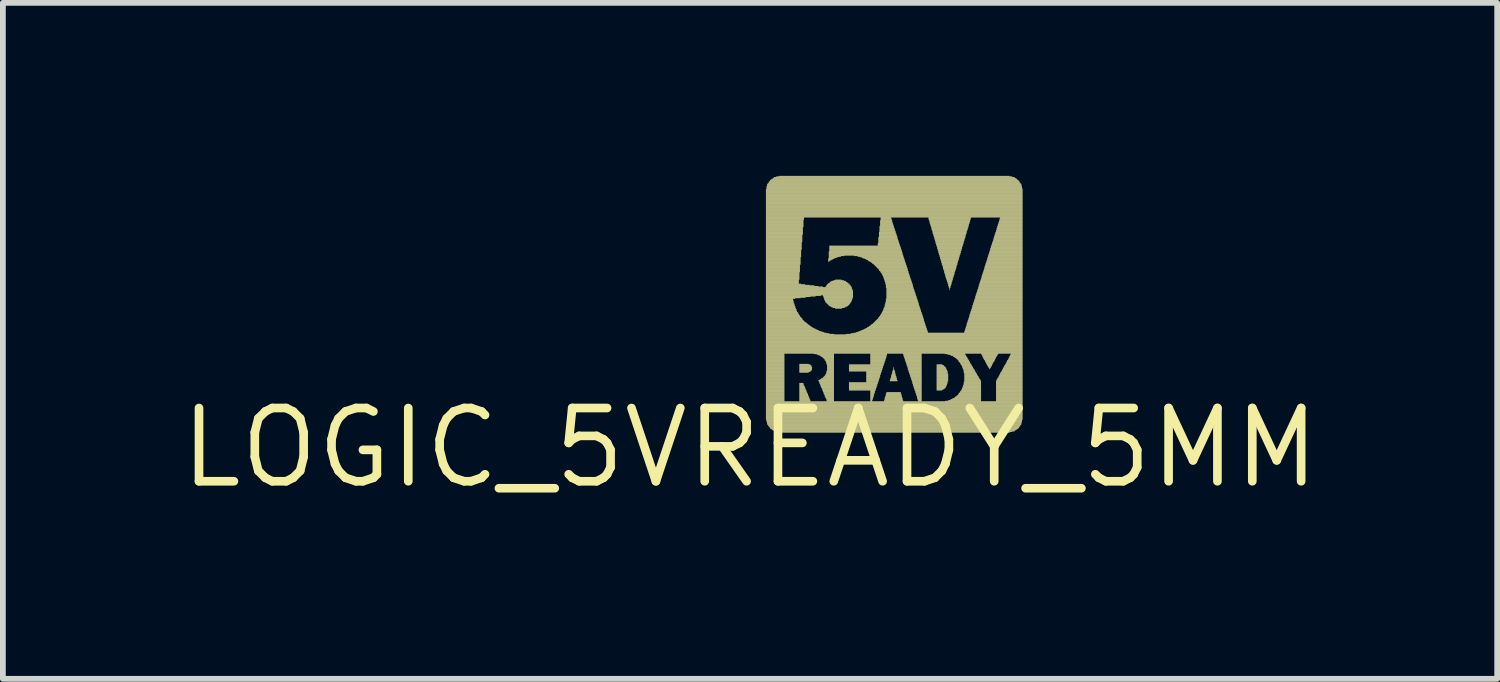
<source format=kicad_pcb>
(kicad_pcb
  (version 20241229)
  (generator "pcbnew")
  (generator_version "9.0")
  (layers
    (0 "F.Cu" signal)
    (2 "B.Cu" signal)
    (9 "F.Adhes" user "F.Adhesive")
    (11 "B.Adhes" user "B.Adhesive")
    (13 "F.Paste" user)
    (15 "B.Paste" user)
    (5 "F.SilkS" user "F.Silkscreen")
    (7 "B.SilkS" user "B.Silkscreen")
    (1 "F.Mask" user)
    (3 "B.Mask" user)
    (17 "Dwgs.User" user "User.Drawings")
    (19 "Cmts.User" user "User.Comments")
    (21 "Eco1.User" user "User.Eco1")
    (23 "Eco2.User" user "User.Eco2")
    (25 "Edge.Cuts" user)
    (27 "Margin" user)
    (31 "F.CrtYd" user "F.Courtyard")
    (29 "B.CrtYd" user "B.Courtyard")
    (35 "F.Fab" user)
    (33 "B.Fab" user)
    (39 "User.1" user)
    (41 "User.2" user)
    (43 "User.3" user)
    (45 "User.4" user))
  (footprint "LOGIC_5VREADY_5MM"
    (layer "F.Cu")
    (at 9.956 4.715)
    (property "Reference" "LOGIC_5VREADY_5MM" (at 0 0 0) (layer "F.SilkS") (effects (font (size 1.27 1.27) (thickness 0.15))))
    (attr through_hole)
    (fp_poly (pts (xy 0.275 -4.475) (xy 4.725 -4.475) (xy 4.725 -4.485) (xy 0.275 -4.485)) (stroke (width 0) (type solid)) (fill yes) (layer "F.SilkS"))
    (fp_poly (pts (xy 0.275 -4.465) (xy 4.725 -4.465) (xy 4.725 -4.475) (xy 0.275 -4.475)) (stroke (width 0) (type solid)) (fill yes) (layer "F.SilkS"))
    (fp_poly (pts (xy 0.275 -4.455) (xy 4.725 -4.455) (xy 4.725 -4.465) (xy 0.275 -4.465)) (stroke (width 0) (type solid)) (fill yes) (layer "F.SilkS"))
    (fp_poly (pts (xy 0.275 -4.445) (xy 4.725 -4.445) (xy 4.725 -4.455) (xy 0.275 -4.455)) (stroke (width 0) (type solid)) (fill yes) (layer "F.SilkS"))
    (fp_poly (pts (xy 0.275 -4.435) (xy 4.725 -4.435) (xy 4.725 -4.445) (xy 0.275 -4.445)) (stroke (width 0) (type solid)) (fill yes) (layer "F.SilkS"))
    (fp_poly (pts (xy 0.275 -4.425) (xy 4.725 -4.425) (xy 4.725 -4.435) (xy 0.275 -4.435)) (stroke (width 0) (type solid)) (fill yes) (layer "F.SilkS"))
    (fp_poly (pts (xy 0.275 -4.415) (xy 4.725 -4.415) (xy 4.725 -4.425) (xy 0.275 -4.425)) (stroke (width 0) (type solid)) (fill yes) (layer "F.SilkS"))
    (fp_poly (pts (xy 0.275 -4.405) (xy 4.725 -4.405) (xy 4.725 -4.415) (xy 0.275 -4.415)) (stroke (width 0) (type solid)) (fill yes) (layer "F.SilkS"))
    (fp_poly (pts (xy 0.275 -4.395) (xy 4.725 -4.395) (xy 4.725 -4.405) (xy 0.275 -4.405)) (stroke (width 0) (type solid)) (fill yes) (layer "F.SilkS"))
    (fp_poly (pts (xy 0.275 -4.385) (xy 4.725 -4.385) (xy 4.725 -4.395) (xy 0.275 -4.395)) (stroke (width 0) (type solid)) (fill yes) (layer "F.SilkS"))
    (fp_poly (pts (xy 0.275 -4.375) (xy 4.725 -4.375) (xy 4.725 -4.385) (xy 0.275 -4.385)) (stroke (width 0) (type solid)) (fill yes) (layer "F.SilkS"))
    (fp_poly (pts (xy 0.275 -4.365) (xy 4.725 -4.365) (xy 4.725 -4.375) (xy 0.275 -4.375)) (stroke (width 0) (type solid)) (fill yes) (layer "F.SilkS"))
    (fp_poly (pts (xy 0.275 -4.355) (xy 4.725 -4.355) (xy 4.725 -4.365) (xy 0.275 -4.365)) (stroke (width 0) (type solid)) (fill yes) (layer "F.SilkS"))
    (fp_poly (pts (xy 0.275 -4.345) (xy 4.725 -4.345) (xy 4.725 -4.355) (xy 0.275 -4.355)) (stroke (width 0) (type solid)) (fill yes) (layer "F.SilkS"))
    (fp_poly (pts (xy 0.275 -4.335) (xy 4.725 -4.335) (xy 4.725 -4.345) (xy 0.275 -4.345)) (stroke (width 0) (type solid)) (fill yes) (layer "F.SilkS"))
    (fp_poly (pts (xy 0.275 -4.325) (xy 4.725 -4.325) (xy 4.725 -4.335) (xy 0.275 -4.335)) (stroke (width 0) (type solid)) (fill yes) (layer "F.SilkS"))
    (fp_poly (pts (xy 0.275 -4.315) (xy 4.725 -4.315) (xy 4.725 -4.325) (xy 0.275 -4.325)) (stroke (width 0) (type solid)) (fill yes) (layer "F.SilkS"))
    (fp_poly (pts (xy 0.275 -4.305) (xy 4.725 -4.305) (xy 4.725 -4.315) (xy 0.275 -4.315)) (stroke (width 0) (type solid)) (fill yes) (layer "F.SilkS"))
    (fp_poly (pts (xy 0.275 -4.295) (xy 4.725 -4.295) (xy 4.725 -4.305) (xy 0.275 -4.305)) (stroke (width 0) (type solid)) (fill yes) (layer "F.SilkS"))
    (fp_poly (pts (xy 0.275 -4.285) (xy 4.725 -4.285) (xy 4.725 -4.295) (xy 0.275 -4.295)) (stroke (width 0) (type solid)) (fill yes) (layer "F.SilkS"))
    (fp_poly (pts (xy 0.275 -4.275) (xy 4.725 -4.275) (xy 4.725 -4.285) (xy 0.275 -4.285)) (stroke (width 0) (type solid)) (fill yes) (layer "F.SilkS"))
    (fp_poly (pts (xy 0.275 -4.265) (xy 4.725 -4.265) (xy 4.725 -4.275) (xy 0.275 -4.275)) (stroke (width 0) (type solid)) (fill yes) (layer "F.SilkS"))
    (fp_poly (pts (xy 0.275 -4.255) (xy 4.725 -4.255) (xy 4.725 -4.265) (xy 0.275 -4.265)) (stroke (width 0) (type solid)) (fill yes) (layer "F.SilkS"))
    (fp_poly (pts (xy 0.275 -4.245) (xy 4.725 -4.245) (xy 4.725 -4.255) (xy 0.275 -4.255)) (stroke (width 0) (type solid)) (fill yes) (layer "F.SilkS"))
    (fp_poly (pts (xy 0.275 -4.235) (xy 4.725 -4.235) (xy 4.725 -4.245) (xy 0.275 -4.245)) (stroke (width 0) (type solid)) (fill yes) (layer "F.SilkS"))
    (fp_poly (pts (xy 0.275 -4.225) (xy 4.725 -4.225) (xy 4.725 -4.235) (xy 0.275 -4.235)) (stroke (width 0) (type solid)) (fill yes) (layer "F.SilkS"))
    (fp_poly (pts (xy 0.275 -4.215) (xy 4.725 -4.215) (xy 4.725 -4.225) (xy 0.275 -4.225)) (stroke (width 0) (type solid)) (fill yes) (layer "F.SilkS"))
    (fp_poly (pts (xy 0.275 -4.205) (xy 4.725 -4.205) (xy 4.725 -4.215) (xy 0.275 -4.215)) (stroke (width 0) (type solid)) (fill yes) (layer "F.SilkS"))
    (fp_poly (pts (xy 0.275 -4.195) (xy 4.725 -4.195) (xy 4.725 -4.205) (xy 0.275 -4.205)) (stroke (width 0) (type solid)) (fill yes) (layer "F.SilkS"))
    (fp_poly (pts (xy 0.275 -4.185) (xy 4.725 -4.185) (xy 4.725 -4.195) (xy 0.275 -4.195)) (stroke (width 0) (type solid)) (fill yes) (layer "F.SilkS"))
    (fp_poly (pts (xy 0.275 -4.175) (xy 4.725 -4.175) (xy 4.725 -4.185) (xy 0.275 -4.185)) (stroke (width 0) (type solid)) (fill yes) (layer "F.SilkS"))
    (fp_poly (pts (xy 0.275 -4.165) (xy 4.725 -4.165) (xy 4.725 -4.175) (xy 0.275 -4.175)) (stroke (width 0) (type solid)) (fill yes) (layer "F.SilkS"))
    (fp_poly (pts (xy 0.275 -4.155) (xy 4.725 -4.155) (xy 4.725 -4.165) (xy 0.275 -4.165)) (stroke (width 0) (type solid)) (fill yes) (layer "F.SilkS"))
    (fp_poly (pts (xy 0.275 -4.145) (xy 4.725 -4.145) (xy 4.725 -4.155) (xy 0.275 -4.155)) (stroke (width 0) (type solid)) (fill yes) (layer "F.SilkS"))
    (fp_poly (pts (xy 0.275 -4.135) (xy 4.725 -4.135) (xy 4.725 -4.145) (xy 0.275 -4.145)) (stroke (width 0) (type solid)) (fill yes) (layer "F.SilkS"))
    (fp_poly (pts (xy 0.275 -4.125) (xy 4.725 -4.125) (xy 4.725 -4.135) (xy 0.275 -4.135)) (stroke (width 0) (type solid)) (fill yes) (layer "F.SilkS"))
    (fp_poly (pts (xy 0.275 -4.115) (xy 4.725 -4.115) (xy 4.725 -4.125) (xy 0.275 -4.125)) (stroke (width 0) (type solid)) (fill yes) (layer "F.SilkS"))
    (fp_poly (pts (xy 0.275 -4.105) (xy 4.725 -4.105) (xy 4.725 -4.115) (xy 0.275 -4.115)) (stroke (width 0) (type solid)) (fill yes) (layer "F.SilkS"))
    (fp_poly (pts (xy 0.275 -4.095) (xy 4.725 -4.095) (xy 4.725 -4.105) (xy 0.275 -4.105)) (stroke (width 0) (type solid)) (fill yes) (layer "F.SilkS"))
    (fp_poly (pts (xy 0.275 -4.085) (xy 4.725 -4.085) (xy 4.725 -4.095) (xy 0.275 -4.095)) (stroke (width 0) (type solid)) (fill yes) (layer "F.SilkS"))
    (fp_poly (pts (xy 0.275 -4.075) (xy 4.725 -4.075) (xy 4.725 -4.085) (xy 0.275 -4.085)) (stroke (width 0) (type solid)) (fill yes) (layer "F.SilkS"))
    (fp_poly (pts (xy 0.275 -4.065) (xy 4.725 -4.065) (xy 4.725 -4.075) (xy 0.275 -4.075)) (stroke (width 0) (type solid)) (fill yes) (layer "F.SilkS"))
    (fp_poly (pts (xy 0.275 -4.055) (xy 4.725 -4.055) (xy 4.725 -4.065) (xy 0.275 -4.065)) (stroke (width 0) (type solid)) (fill yes) (layer "F.SilkS"))
    (fp_poly (pts (xy 0.275 -4.045) (xy 4.725 -4.045) (xy 4.725 -4.055) (xy 0.275 -4.055)) (stroke (width 0) (type solid)) (fill yes) (layer "F.SilkS"))
    (fp_poly (pts (xy 0.275 -4.035) (xy 4.725 -4.035) (xy 4.725 -4.045) (xy 0.275 -4.045)) (stroke (width 0) (type solid)) (fill yes) (layer "F.SilkS"))
    (fp_poly (pts (xy 0.275 -4.025) (xy 4.725 -4.025) (xy 4.725 -4.035) (xy 0.275 -4.035)) (stroke (width 0) (type solid)) (fill yes) (layer "F.SilkS"))
    (fp_poly (pts (xy 0.275 -4.015) (xy 4.725 -4.015) (xy 4.725 -4.025) (xy 0.275 -4.025)) (stroke (width 0) (type solid)) (fill yes) (layer "F.SilkS"))
    (fp_poly (pts (xy 0.275 -4.005) (xy 4.725 -4.005) (xy 4.725 -4.015) (xy 0.275 -4.015)) (stroke (width 0) (type solid)) (fill yes) (layer "F.SilkS"))
    (fp_poly (pts (xy 0.275 -3.995) (xy 4.725 -3.995) (xy 4.725 -4.005) (xy 0.275 -4.005)) (stroke (width 0) (type solid)) (fill yes) (layer "F.SilkS"))
    (fp_poly (pts (xy 0.275 -3.985) (xy 0.935 -3.985) (xy 0.935 -3.995) (xy 0.275 -3.995)) (stroke (width 0) (type solid)) (fill yes) (layer "F.SilkS"))
    (fp_poly (pts (xy 0.275 -3.975) (xy 0.935 -3.975) (xy 0.935 -3.985) (xy 0.275 -3.985)) (stroke (width 0) (type solid)) (fill yes) (layer "F.SilkS"))
    (fp_poly (pts (xy 0.275 -3.965) (xy 0.935 -3.965) (xy 0.935 -3.975) (xy 0.275 -3.975)) (stroke (width 0) (type solid)) (fill yes) (layer "F.SilkS"))
    (fp_poly (pts (xy 0.275 -3.955) (xy 0.935 -3.955) (xy 0.935 -3.965) (xy 0.275 -3.965)) (stroke (width 0) (type solid)) (fill yes) (layer "F.SilkS"))
    (fp_poly (pts (xy 0.275 -3.945) (xy 0.925 -3.945) (xy 0.925 -3.955) (xy 0.275 -3.955)) (stroke (width 0) (type solid)) (fill yes) (layer "F.SilkS"))
    (fp_poly (pts (xy 0.275 -3.935) (xy 0.925 -3.935) (xy 0.925 -3.945) (xy 0.275 -3.945)) (stroke (width 0) (type solid)) (fill yes) (layer "F.SilkS"))
    (fp_poly (pts (xy 0.275 -3.925) (xy 0.925 -3.925) (xy 0.925 -3.935) (xy 0.275 -3.935)) (stroke (width 0) (type solid)) (fill yes) (layer "F.SilkS"))
    (fp_poly (pts (xy 0.275 -3.915) (xy 0.925 -3.915) (xy 0.925 -3.925) (xy 0.275 -3.925)) (stroke (width 0) (type solid)) (fill yes) (layer "F.SilkS"))
    (fp_poly (pts (xy 0.275 -3.905) (xy 0.925 -3.905) (xy 0.925 -3.915) (xy 0.275 -3.915)) (stroke (width 0) (type solid)) (fill yes) (layer "F.SilkS"))
    (fp_poly (pts (xy 0.275 -3.895) (xy 0.925 -3.895) (xy 0.925 -3.905) (xy 0.275 -3.905)) (stroke (width 0) (type solid)) (fill yes) (layer "F.SilkS"))
    (fp_poly (pts (xy 0.275 -3.885) (xy 0.925 -3.885) (xy 0.925 -3.895) (xy 0.275 -3.895)) (stroke (width 0) (type solid)) (fill yes) (layer "F.SilkS"))
    (fp_poly (pts (xy 0.275 -3.875) (xy 0.925 -3.875) (xy 0.925 -3.885) (xy 0.275 -3.885)) (stroke (width 0) (type solid)) (fill yes) (layer "F.SilkS"))
    (fp_poly (pts (xy 0.275 -3.865) (xy 0.925 -3.865) (xy 0.925 -3.875) (xy 0.275 -3.875)) (stroke (width 0) (type solid)) (fill yes) (layer "F.SilkS"))
    (fp_poly (pts (xy 0.275 -3.855) (xy 0.925 -3.855) (xy 0.925 -3.865) (xy 0.275 -3.865)) (stroke (width 0) (type solid)) (fill yes) (layer "F.SilkS"))
    (fp_poly (pts (xy 0.275 -3.845) (xy 0.925 -3.845) (xy 0.925 -3.855) (xy 0.275 -3.855)) (stroke (width 0) (type solid)) (fill yes) (layer "F.SilkS"))
    (fp_poly (pts (xy 0.275 -3.835) (xy 0.925 -3.835) (xy 0.925 -3.845) (xy 0.275 -3.845)) (stroke (width 0) (type solid)) (fill yes) (layer "F.SilkS"))
    (fp_poly (pts (xy 0.275 -3.825) (xy 0.925 -3.825) (xy 0.925 -3.835) (xy 0.275 -3.835)) (stroke (width 0) (type solid)) (fill yes) (layer "F.SilkS"))
    (fp_poly (pts (xy 0.275 -3.815) (xy 0.915 -3.815) (xy 0.915 -3.825) (xy 0.275 -3.825)) (stroke (width 0) (type solid)) (fill yes) (layer "F.SilkS"))
    (fp_poly (pts (xy 0.275 -3.805) (xy 0.915 -3.805) (xy 0.915 -3.815) (xy 0.275 -3.815)) (stroke (width 0) (type solid)) (fill yes) (layer "F.SilkS"))
    (fp_poly (pts (xy 0.275 -3.795) (xy 0.915 -3.795) (xy 0.915 -3.805) (xy 0.275 -3.805)) (stroke (width 0) (type solid)) (fill yes) (layer "F.SilkS"))
    (fp_poly (pts (xy 0.275 -3.785) (xy 0.915 -3.785) (xy 0.915 -3.795) (xy 0.275 -3.795)) (stroke (width 0) (type solid)) (fill yes) (layer "F.SilkS"))
    (fp_poly (pts (xy 0.275 -3.775) (xy 0.915 -3.775) (xy 0.915 -3.785) (xy 0.275 -3.785)) (stroke (width 0) (type solid)) (fill yes) (layer "F.SilkS"))
    (fp_poly (pts (xy 0.275 -3.765) (xy 0.915 -3.765) (xy 0.915 -3.775) (xy 0.275 -3.775)) (stroke (width 0) (type solid)) (fill yes) (layer "F.SilkS"))
    (fp_poly (pts (xy 0.275 -3.755) (xy 0.915 -3.755) (xy 0.915 -3.765) (xy 0.275 -3.765)) (stroke (width 0) (type solid)) (fill yes) (layer "F.SilkS"))
    (fp_poly (pts (xy 0.275 -3.745) (xy 0.915 -3.745) (xy 0.915 -3.755) (xy 0.275 -3.755)) (stroke (width 0) (type solid)) (fill yes) (layer "F.SilkS"))
    (fp_poly (pts (xy 0.275 -3.735) (xy 0.915 -3.735) (xy 0.915 -3.745) (xy 0.275 -3.745)) (stroke (width 0) (type solid)) (fill yes) (layer "F.SilkS"))
    (fp_poly (pts (xy 0.275 -3.725) (xy 0.915 -3.725) (xy 0.915 -3.735) (xy 0.275 -3.735)) (stroke (width 0) (type solid)) (fill yes) (layer "F.SilkS"))
    (fp_poly (pts (xy 0.275 -3.715) (xy 0.915 -3.715) (xy 0.915 -3.725) (xy 0.275 -3.725)) (stroke (width 0) (type solid)) (fill yes) (layer "F.SilkS"))
    (fp_poly (pts (xy 0.275 -3.705) (xy 0.915 -3.705) (xy 0.915 -3.715) (xy 0.275 -3.715)) (stroke (width 0) (type solid)) (fill yes) (layer "F.SilkS"))
    (fp_poly (pts (xy 0.275 -3.695) (xy 0.915 -3.695) (xy 0.915 -3.705) (xy 0.275 -3.705)) (stroke (width 0) (type solid)) (fill yes) (layer "F.SilkS"))
    (fp_poly (pts (xy 0.275 -3.685) (xy 0.905 -3.685) (xy 0.905 -3.695) (xy 0.275 -3.695)) (stroke (width 0) (type solid)) (fill yes) (layer "F.SilkS"))
    (fp_poly (pts (xy 0.275 -3.675) (xy 0.905 -3.675) (xy 0.905 -3.685) (xy 0.275 -3.685)) (stroke (width 0) (type solid)) (fill yes) (layer "F.SilkS"))
    (fp_poly (pts (xy 0.275 -3.665) (xy 0.905 -3.665) (xy 0.905 -3.675) (xy 0.275 -3.675)) (stroke (width 0) (type solid)) (fill yes) (layer "F.SilkS"))
    (fp_poly (pts (xy 0.275 -3.655) (xy 0.905 -3.655) (xy 0.905 -3.665) (xy 0.275 -3.665)) (stroke (width 0) (type solid)) (fill yes) (layer "F.SilkS"))
    (fp_poly (pts (xy 0.275 -3.645) (xy 0.905 -3.645) (xy 0.905 -3.655) (xy 0.275 -3.655)) (stroke (width 0) (type solid)) (fill yes) (layer "F.SilkS"))
    (fp_poly (pts (xy 0.275 -3.635) (xy 0.905 -3.635) (xy 0.905 -3.645) (xy 0.275 -3.645)) (stroke (width 0) (type solid)) (fill yes) (layer "F.SilkS"))
    (fp_poly (pts (xy 0.275 -3.625) (xy 0.905 -3.625) (xy 0.905 -3.635) (xy 0.275 -3.635)) (stroke (width 0) (type solid)) (fill yes) (layer "F.SilkS"))
    (fp_poly (pts (xy 0.275 -3.615) (xy 0.905 -3.615) (xy 0.905 -3.625) (xy 0.275 -3.625)) (stroke (width 0) (type solid)) (fill yes) (layer "F.SilkS"))
    (fp_poly (pts (xy 0.275 -3.605) (xy 0.905 -3.605) (xy 0.905 -3.615) (xy 0.275 -3.615)) (stroke (width 0) (type solid)) (fill yes) (layer "F.SilkS"))
    (fp_poly (pts (xy 0.275 -3.595) (xy 0.905 -3.595) (xy 0.905 -3.605) (xy 0.275 -3.605)) (stroke (width 0) (type solid)) (fill yes) (layer "F.SilkS"))
    (fp_poly (pts (xy 0.275 -3.585) (xy 0.905 -3.585) (xy 0.905 -3.595) (xy 0.275 -3.595)) (stroke (width 0) (type solid)) (fill yes) (layer "F.SilkS"))
    (fp_poly (pts (xy 0.275 -3.575) (xy 0.905 -3.575) (xy 0.905 -3.585) (xy 0.275 -3.585)) (stroke (width 0) (type solid)) (fill yes) (layer "F.SilkS"))
    (fp_poly (pts (xy 0.275 -3.565) (xy 0.905 -3.565) (xy 0.905 -3.575) (xy 0.275 -3.575)) (stroke (width 0) (type solid)) (fill yes) (layer "F.SilkS"))
    (fp_poly (pts (xy 0.275 -3.555) (xy 0.895 -3.555) (xy 0.895 -3.565) (xy 0.275 -3.565)) (stroke (width 0) (type solid)) (fill yes) (layer "F.SilkS"))
    (fp_poly (pts (xy 0.275 -3.545) (xy 0.895 -3.545) (xy 0.895 -3.555) (xy 0.275 -3.555)) (stroke (width 0) (type solid)) (fill yes) (layer "F.SilkS"))
    (fp_poly (pts (xy 0.275 -3.535) (xy 0.895 -3.535) (xy 0.895 -3.545) (xy 0.275 -3.545)) (stroke (width 0) (type solid)) (fill yes) (layer "F.SilkS"))
    (fp_poly (pts (xy 0.275 -3.525) (xy 0.895 -3.525) (xy 0.895 -3.535) (xy 0.275 -3.535)) (stroke (width 0) (type solid)) (fill yes) (layer "F.SilkS"))
    (fp_poly (pts (xy 0.275 -3.515) (xy 0.895 -3.515) (xy 0.895 -3.525) (xy 0.275 -3.525)) (stroke (width 0) (type solid)) (fill yes) (layer "F.SilkS"))
    (fp_poly (pts (xy 0.275 -3.505) (xy 0.895 -3.505) (xy 0.895 -3.515) (xy 0.275 -3.515)) (stroke (width 0) (type solid)) (fill yes) (layer "F.SilkS"))
    (fp_poly (pts (xy 0.275 -3.495) (xy 0.895 -3.495) (xy 0.895 -3.505) (xy 0.275 -3.505)) (stroke (width 0) (type solid)) (fill yes) (layer "F.SilkS"))
    (fp_poly (pts (xy 0.275 -3.485) (xy 0.895 -3.485) (xy 0.895 -3.495) (xy 0.275 -3.495)) (stroke (width 0) (type solid)) (fill yes) (layer "F.SilkS"))
    (fp_poly (pts (xy 0.275 -3.475) (xy 0.895 -3.475) (xy 0.895 -3.485) (xy 0.275 -3.485)) (stroke (width 0) (type solid)) (fill yes) (layer "F.SilkS"))
    (fp_poly (pts (xy 0.275 -3.465) (xy 0.895 -3.465) (xy 0.895 -3.475) (xy 0.275 -3.475)) (stroke (width 0) (type solid)) (fill yes) (layer "F.SilkS"))
    (fp_poly (pts (xy 0.275 -3.455) (xy 0.895 -3.455) (xy 0.895 -3.465) (xy 0.275 -3.465)) (stroke (width 0) (type solid)) (fill yes) (layer "F.SilkS"))
    (fp_poly (pts (xy 0.275 -3.445) (xy 0.895 -3.445) (xy 0.895 -3.455) (xy 0.275 -3.455)) (stroke (width 0) (type solid)) (fill yes) (layer "F.SilkS"))
    (fp_poly (pts (xy 0.275 -3.435) (xy 0.895 -3.435) (xy 0.895 -3.445) (xy 0.275 -3.445)) (stroke (width 0) (type solid)) (fill yes) (layer "F.SilkS"))
    (fp_poly (pts (xy 0.275 -3.425) (xy 0.885 -3.425) (xy 0.885 -3.435) (xy 0.275 -3.435)) (stroke (width 0) (type solid)) (fill yes) (layer "F.SilkS"))
    (fp_poly (pts (xy 0.275 -3.415) (xy 0.885 -3.415) (xy 0.885 -3.425) (xy 0.275 -3.425)) (stroke (width 0) (type solid)) (fill yes) (layer "F.SilkS"))
    (fp_poly (pts (xy 0.275 -3.405) (xy 0.885 -3.405) (xy 0.885 -3.415) (xy 0.275 -3.415)) (stroke (width 0) (type solid)) (fill yes) (layer "F.SilkS"))
    (fp_poly (pts (xy 0.275 -3.395) (xy 0.885 -3.395) (xy 0.885 -3.405) (xy 0.275 -3.405)) (stroke (width 0) (type solid)) (fill yes) (layer "F.SilkS"))
    (fp_poly (pts (xy 0.275 -3.385) (xy 0.885 -3.385) (xy 0.885 -3.395) (xy 0.275 -3.395)) (stroke (width 0) (type solid)) (fill yes) (layer "F.SilkS"))
    (fp_poly (pts (xy 0.275 -3.375) (xy 0.885 -3.375) (xy 0.885 -3.385) (xy 0.275 -3.385)) (stroke (width 0) (type solid)) (fill yes) (layer "F.SilkS"))
    (fp_poly (pts (xy 0.275 -3.365) (xy 0.885 -3.365) (xy 0.885 -3.375) (xy 0.275 -3.375)) (stroke (width 0) (type solid)) (fill yes) (layer "F.SilkS"))
    (fp_poly (pts (xy 0.275 -3.355) (xy 0.885 -3.355) (xy 0.885 -3.365) (xy 0.275 -3.365)) (stroke (width 0) (type solid)) (fill yes) (layer "F.SilkS"))
    (fp_poly (pts (xy 0.275 -3.345) (xy 0.885 -3.345) (xy 0.885 -3.355) (xy 0.275 -3.355)) (stroke (width 0) (type solid)) (fill yes) (layer "F.SilkS"))
    (fp_poly (pts (xy 0.275 -3.335) (xy 0.885 -3.335) (xy 0.885 -3.345) (xy 0.275 -3.345)) (stroke (width 0) (type solid)) (fill yes) (layer "F.SilkS"))
    (fp_poly (pts (xy 0.275 -3.325) (xy 0.885 -3.325) (xy 0.885 -3.335) (xy 0.275 -3.335)) (stroke (width 0) (type solid)) (fill yes) (layer "F.SilkS"))
    (fp_poly (pts (xy 0.275 -3.315) (xy 0.885 -3.315) (xy 0.885 -3.325) (xy 0.275 -3.325)) (stroke (width 0) (type solid)) (fill yes) (layer "F.SilkS"))
    (fp_poly (pts (xy 0.275 -3.305) (xy 0.885 -3.305) (xy 0.885 -3.315) (xy 0.275 -3.315)) (stroke (width 0) (type solid)) (fill yes) (layer "F.SilkS"))
    (fp_poly (pts (xy 0.275 -3.295) (xy 0.875 -3.295) (xy 0.875 -3.305) (xy 0.275 -3.305)) (stroke (width 0) (type solid)) (fill yes) (layer "F.SilkS"))
    (fp_poly (pts (xy 0.275 -3.285) (xy 0.875 -3.285) (xy 0.875 -3.295) (xy 0.275 -3.295)) (stroke (width 0) (type solid)) (fill yes) (layer "F.SilkS"))
    (fp_poly (pts (xy 0.275 -3.275) (xy 0.875 -3.275) (xy 0.875 -3.285) (xy 0.275 -3.285)) (stroke (width 0) (type solid)) (fill yes) (layer "F.SilkS"))
    (fp_poly (pts (xy 0.275 -3.265) (xy 0.875 -3.265) (xy 0.875 -3.275) (xy 0.275 -3.275)) (stroke (width 0) (type solid)) (fill yes) (layer "F.SilkS"))
    (fp_poly (pts (xy 0.275 -3.255) (xy 0.875 -3.255) (xy 0.875 -3.265) (xy 0.275 -3.265)) (stroke (width 0) (type solid)) (fill yes) (layer "F.SilkS"))
    (fp_poly (pts (xy 0.275 -3.245) (xy 0.875 -3.245) (xy 0.875 -3.255) (xy 0.275 -3.255)) (stroke (width 0) (type solid)) (fill yes) (layer "F.SilkS"))
    (fp_poly (pts (xy 0.275 -3.235) (xy 0.875 -3.235) (xy 0.875 -3.245) (xy 0.275 -3.245)) (stroke (width 0) (type solid)) (fill yes) (layer "F.SilkS"))
    (fp_poly (pts (xy 0.275 -3.225) (xy 0.875 -3.225) (xy 0.875 -3.235) (xy 0.275 -3.235)) (stroke (width 0) (type solid)) (fill yes) (layer "F.SilkS"))
    (fp_poly (pts (xy 0.275 -3.215) (xy 0.875 -3.215) (xy 0.875 -3.225) (xy 0.275 -3.225)) (stroke (width 0) (type solid)) (fill yes) (layer "F.SilkS"))
    (fp_poly (pts (xy 0.275 -3.205) (xy 0.875 -3.205) (xy 0.875 -3.215) (xy 0.275 -3.215)) (stroke (width 0) (type solid)) (fill yes) (layer "F.SilkS"))
    (fp_poly (pts (xy 0.275 -3.195) (xy 0.875 -3.195) (xy 0.875 -3.205) (xy 0.275 -3.205)) (stroke (width 0) (type solid)) (fill yes) (layer "F.SilkS"))
    (fp_poly (pts (xy 0.275 -3.185) (xy 0.875 -3.185) (xy 0.875 -3.195) (xy 0.275 -3.195)) (stroke (width 0) (type solid)) (fill yes) (layer "F.SilkS"))
    (fp_poly (pts (xy 0.275 -3.175) (xy 0.875 -3.175) (xy 0.875 -3.185) (xy 0.275 -3.185)) (stroke (width 0) (type solid)) (fill yes) (layer "F.SilkS"))
    (fp_poly (pts (xy 0.275 -3.165) (xy 0.865 -3.165) (xy 0.865 -3.175) (xy 0.275 -3.175)) (stroke (width 0) (type solid)) (fill yes) (layer "F.SilkS"))
    (fp_poly (pts (xy 0.275 -3.155) (xy 0.865 -3.155) (xy 0.865 -3.165) (xy 0.275 -3.165)) (stroke (width 0) (type solid)) (fill yes) (layer "F.SilkS"))
    (fp_poly (pts (xy 0.275 -3.145) (xy 0.865 -3.145) (xy 0.865 -3.155) (xy 0.275 -3.155)) (stroke (width 0) (type solid)) (fill yes) (layer "F.SilkS"))
    (fp_poly (pts (xy 0.275 -3.135) (xy 0.865 -3.135) (xy 0.865 -3.145) (xy 0.275 -3.145)) (stroke (width 0) (type solid)) (fill yes) (layer "F.SilkS"))
    (fp_poly (pts (xy 0.275 -3.125) (xy 0.865 -3.125) (xy 0.865 -3.135) (xy 0.275 -3.135)) (stroke (width 0) (type solid)) (fill yes) (layer "F.SilkS"))
    (fp_poly (pts (xy 0.275 -3.115) (xy 0.865 -3.115) (xy 0.865 -3.125) (xy 0.275 -3.125)) (stroke (width 0) (type solid)) (fill yes) (layer "F.SilkS"))
    (fp_poly (pts (xy 0.275 -3.105) (xy 0.865 -3.105) (xy 0.865 -3.115) (xy 0.275 -3.115)) (stroke (width 0) (type solid)) (fill yes) (layer "F.SilkS"))
    (fp_poly (pts (xy 0.275 -3.095) (xy 0.865 -3.095) (xy 0.865 -3.105) (xy 0.275 -3.105)) (stroke (width 0) (type solid)) (fill yes) (layer "F.SilkS"))
    (fp_poly (pts (xy 0.275 -3.085) (xy 0.865 -3.085) (xy 0.865 -3.095) (xy 0.275 -3.095)) (stroke (width 0) (type solid)) (fill yes) (layer "F.SilkS"))
    (fp_poly (pts (xy 0.275 -3.075) (xy 0.865 -3.075) (xy 0.865 -3.085) (xy 0.275 -3.085)) (stroke (width 0) (type solid)) (fill yes) (layer "F.SilkS"))
    (fp_poly (pts (xy 0.275 -3.065) (xy 0.865 -3.065) (xy 0.865 -3.075) (xy 0.275 -3.075)) (stroke (width 0) (type solid)) (fill yes) (layer "F.SilkS"))
    (fp_poly (pts (xy 0.275 -3.055) (xy 0.865 -3.055) (xy 0.865 -3.065) (xy 0.275 -3.065)) (stroke (width 0) (type solid)) (fill yes) (layer "F.SilkS"))
    (fp_poly (pts (xy 0.275 -3.045) (xy 0.865 -3.045) (xy 0.865 -3.055) (xy 0.275 -3.055)) (stroke (width 0) (type solid)) (fill yes) (layer "F.SilkS"))
    (fp_poly (pts (xy 0.275 -3.035) (xy 0.855 -3.035) (xy 0.855 -3.045) (xy 0.275 -3.045)) (stroke (width 0) (type solid)) (fill yes) (layer "F.SilkS"))
    (fp_poly (pts (xy 0.275 -3.025) (xy 0.855 -3.025) (xy 0.855 -3.035) (xy 0.275 -3.035)) (stroke (width 0) (type solid)) (fill yes) (layer "F.SilkS"))
    (fp_poly (pts (xy 0.275 -3.015) (xy 0.855 -3.015) (xy 0.855 -3.025) (xy 0.275 -3.025)) (stroke (width 0) (type solid)) (fill yes) (layer "F.SilkS"))
    (fp_poly (pts (xy 0.275 -3.005) (xy 0.855 -3.005) (xy 0.855 -3.015) (xy 0.275 -3.015)) (stroke (width 0) (type solid)) (fill yes) (layer "F.SilkS"))
    (fp_poly (pts (xy 0.275 -2.995) (xy 0.855 -2.995) (xy 0.855 -3.005) (xy 0.275 -3.005)) (stroke (width 0) (type solid)) (fill yes) (layer "F.SilkS"))
    (fp_poly (pts (xy 0.275 -2.985) (xy 0.855 -2.985) (xy 0.855 -2.995) (xy 0.275 -2.995)) (stroke (width 0) (type solid)) (fill yes) (layer "F.SilkS"))
    (fp_poly (pts (xy 0.275 -2.975) (xy 0.855 -2.975) (xy 0.855 -2.985) (xy 0.275 -2.985)) (stroke (width 0) (type solid)) (fill yes) (layer "F.SilkS"))
    (fp_poly (pts (xy 0.275 -2.965) (xy 0.855 -2.965) (xy 0.855 -2.975) (xy 0.275 -2.975)) (stroke (width 0) (type solid)) (fill yes) (layer "F.SilkS"))
    (fp_poly (pts (xy 0.275 -2.955) (xy 0.855 -2.955) (xy 0.855 -2.965) (xy 0.275 -2.965)) (stroke (width 0) (type solid)) (fill yes) (layer "F.SilkS"))
    (fp_poly (pts (xy 0.275 -2.945) (xy 0.855 -2.945) (xy 0.855 -2.955) (xy 0.275 -2.955)) (stroke (width 0) (type solid)) (fill yes) (layer "F.SilkS"))
    (fp_poly (pts (xy 0.275 -2.935) (xy 0.855 -2.935) (xy 0.855 -2.945) (xy 0.275 -2.945)) (stroke (width 0) (type solid)) (fill yes) (layer "F.SilkS"))
    (fp_poly (pts (xy 0.275 -2.925) (xy 0.855 -2.925) (xy 0.855 -2.935) (xy 0.275 -2.935)) (stroke (width 0) (type solid)) (fill yes) (layer "F.SilkS"))
    (fp_poly (pts (xy 0.275 -2.915) (xy 0.855 -2.915) (xy 0.855 -2.925) (xy 0.275 -2.925)) (stroke (width 0) (type solid)) (fill yes) (layer "F.SilkS"))
    (fp_poly (pts (xy 0.275 -2.905) (xy 0.845 -2.905) (xy 0.845 -2.915) (xy 0.275 -2.915)) (stroke (width 0) (type solid)) (fill yes) (layer "F.SilkS"))
    (fp_poly (pts (xy 0.275 -2.895) (xy 0.845 -2.895) (xy 0.845 -2.905) (xy 0.275 -2.905)) (stroke (width 0) (type solid)) (fill yes) (layer "F.SilkS"))
    (fp_poly (pts (xy 0.275 -2.885) (xy 0.845 -2.885) (xy 0.845 -2.895) (xy 0.275 -2.895)) (stroke (width 0) (type solid)) (fill yes) (layer "F.SilkS"))
    (fp_poly (pts (xy 0.275 -2.875) (xy 0.845 -2.875) (xy 0.845 -2.885) (xy 0.275 -2.885)) (stroke (width 0) (type solid)) (fill yes) (layer "F.SilkS"))
    (fp_poly (pts (xy 0.275 -2.865) (xy 0.845 -2.865) (xy 0.845 -2.875) (xy 0.275 -2.875)) (stroke (width 0) (type solid)) (fill yes) (layer "F.SilkS"))
    (fp_poly (pts (xy 0.275 -2.855) (xy 0.845 -2.855) (xy 0.845 -2.865) (xy 0.275 -2.865)) (stroke (width 0) (type solid)) (fill yes) (layer "F.SilkS"))
    (fp_poly (pts (xy 0.275 -2.845) (xy 0.845 -2.845) (xy 0.845 -2.855) (xy 0.275 -2.855)) (stroke (width 0) (type solid)) (fill yes) (layer "F.SilkS"))
    (fp_poly (pts (xy 0.275 -2.835) (xy 0.885 -2.835) (xy 0.885 -2.845) (xy 0.275 -2.845)) (stroke (width 0) (type solid)) (fill yes) (layer "F.SilkS"))
    (fp_poly (pts (xy 0.275 -2.825) (xy 0.955 -2.825) (xy 0.955 -2.835) (xy 0.275 -2.835)) (stroke (width 0) (type solid)) (fill yes) (layer "F.SilkS"))
    (fp_poly (pts (xy 0.275 -2.815) (xy 1.035 -2.815) (xy 1.035 -2.825) (xy 0.275 -2.825)) (stroke (width 0) (type solid)) (fill yes) (layer "F.SilkS"))
    (fp_poly (pts (xy 0.275 -2.805) (xy 1.115 -2.805) (xy 1.115 -2.815) (xy 0.275 -2.815)) (stroke (width 0) (type solid)) (fill yes) (layer "F.SilkS"))
    (fp_poly (pts (xy 0.275 -2.795) (xy 1.185 -2.795) (xy 1.185 -2.805) (xy 0.275 -2.805)) (stroke (width 0) (type solid)) (fill yes) (layer "F.SilkS"))
    (fp_poly (pts (xy 0.275 -2.785) (xy 1.265 -2.785) (xy 1.265 -2.795) (xy 0.275 -2.795)) (stroke (width 0) (type solid)) (fill yes) (layer "F.SilkS"))
    (fp_poly (pts (xy 0.275 -2.775) (xy 1.765 -2.775) (xy 1.765 -2.785) (xy 0.275 -2.785)) (stroke (width 0) (type solid)) (fill yes) (layer "F.SilkS"))
    (fp_poly (pts (xy 0.275 -2.765) (xy 1.765 -2.765) (xy 1.765 -2.775) (xy 0.275 -2.775)) (stroke (width 0) (type solid)) (fill yes) (layer "F.SilkS"))
    (fp_poly (pts (xy 0.275 -2.755) (xy 1.765 -2.755) (xy 1.765 -2.765) (xy 0.275 -2.765)) (stroke (width 0) (type solid)) (fill yes) (layer "F.SilkS"))
    (fp_poly (pts (xy 0.275 -2.745) (xy 1.775 -2.745) (xy 1.775 -2.755) (xy 0.275 -2.755)) (stroke (width 0) (type solid)) (fill yes) (layer "F.SilkS"))
    (fp_poly (pts (xy 0.275 -2.735) (xy 1.775 -2.735) (xy 1.775 -2.745) (xy 0.275 -2.745)) (stroke (width 0) (type solid)) (fill yes) (layer "F.SilkS"))
    (fp_poly (pts (xy 0.275 -2.725) (xy 1.775 -2.725) (xy 1.775 -2.735) (xy 0.275 -2.735)) (stroke (width 0) (type solid)) (fill yes) (layer "F.SilkS"))
    (fp_poly (pts (xy 0.275 -2.715) (xy 1.785 -2.715) (xy 1.785 -2.725) (xy 0.275 -2.725)) (stroke (width 0) (type solid)) (fill yes) (layer "F.SilkS"))
    (fp_poly (pts (xy 0.275 -2.705) (xy 1.785 -2.705) (xy 1.785 -2.715) (xy 0.275 -2.715)) (stroke (width 0) (type solid)) (fill yes) (layer "F.SilkS"))
    (fp_poly (pts (xy 0.275 -2.695) (xy 1.785 -2.695) (xy 1.785 -2.705) (xy 0.275 -2.705)) (stroke (width 0) (type solid)) (fill yes) (layer "F.SilkS"))
    (fp_poly (pts (xy 0.275 -2.685) (xy 1.785 -2.685) (xy 1.785 -2.695) (xy 0.275 -2.695)) (stroke (width 0) (type solid)) (fill yes) (layer "F.SilkS"))
    (fp_poly (pts (xy 0.275 -2.675) (xy 1.785 -2.675) (xy 1.785 -2.685) (xy 0.275 -2.685)) (stroke (width 0) (type solid)) (fill yes) (layer "F.SilkS"))
    (fp_poly (pts (xy 0.275 -2.665) (xy 1.785 -2.665) (xy 1.785 -2.675) (xy 0.275 -2.675)) (stroke (width 0) (type solid)) (fill yes) (layer "F.SilkS"))
    (fp_poly (pts (xy 0.275 -2.655) (xy 1.785 -2.655) (xy 1.785 -2.665) (xy 0.275 -2.665)) (stroke (width 0) (type solid)) (fill yes) (layer "F.SilkS"))
    (fp_poly (pts (xy 0.275 -2.645) (xy 1.785 -2.645) (xy 1.785 -2.655) (xy 0.275 -2.655)) (stroke (width 0) (type solid)) (fill yes) (layer "F.SilkS"))
    (fp_poly (pts (xy 0.275 -2.635) (xy 1.225 -2.635) (xy 1.225 -2.645) (xy 0.275 -2.645)) (stroke (width 0) (type solid)) (fill yes) (layer "F.SilkS"))
    (fp_poly (pts (xy 0.275 -2.625) (xy 1.135 -2.625) (xy 1.135 -2.635) (xy 0.275 -2.635)) (stroke (width 0) (type solid)) (fill yes) (layer "F.SilkS"))
    (fp_poly (pts (xy 0.275 -2.615) (xy 1.045 -2.615) (xy 1.045 -2.625) (xy 0.275 -2.625)) (stroke (width 0) (type solid)) (fill yes) (layer "F.SilkS"))
    (fp_poly (pts (xy 0.275 -2.605) (xy 0.965 -2.605) (xy 0.965 -2.615) (xy 0.275 -2.615)) (stroke (width 0) (type solid)) (fill yes) (layer "F.SilkS"))
    (fp_poly (pts (xy 0.275 -2.595) (xy 0.875 -2.595) (xy 0.875 -2.605) (xy 0.275 -2.605)) (stroke (width 0) (type solid)) (fill yes) (layer "F.SilkS"))
    (fp_poly (pts (xy 0.275 -2.585) (xy 0.785 -2.585) (xy 0.785 -2.595) (xy 0.275 -2.595)) (stroke (width 0) (type solid)) (fill yes) (layer "F.SilkS"))
    (fp_poly (pts (xy 0.275 -2.575) (xy 0.745 -2.575) (xy 0.745 -2.585) (xy 0.275 -2.585)) (stroke (width 0) (type solid)) (fill yes) (layer "F.SilkS"))
    (fp_poly (pts (xy 0.275 -2.565) (xy 0.745 -2.565) (xy 0.745 -2.575) (xy 0.275 -2.575)) (stroke (width 0) (type solid)) (fill yes) (layer "F.SilkS"))
    (fp_poly (pts (xy 0.275 -2.555) (xy 0.745 -2.555) (xy 0.745 -2.565) (xy 0.275 -2.565)) (stroke (width 0) (type solid)) (fill yes) (layer "F.SilkS"))
    (fp_poly (pts (xy 0.275 -2.545) (xy 0.755 -2.545) (xy 0.755 -2.555) (xy 0.275 -2.555)) (stroke (width 0) (type solid)) (fill yes) (layer "F.SilkS"))
    (fp_poly (pts (xy 0.275 -2.535) (xy 0.755 -2.535) (xy 0.755 -2.545) (xy 0.275 -2.545)) (stroke (width 0) (type solid)) (fill yes) (layer "F.SilkS"))
    (fp_poly (pts (xy 0.275 -2.525) (xy 0.755 -2.525) (xy 0.755 -2.535) (xy 0.275 -2.535)) (stroke (width 0) (type solid)) (fill yes) (layer "F.SilkS"))
    (fp_poly (pts (xy 0.275 -2.515) (xy 0.755 -2.515) (xy 0.755 -2.525) (xy 0.275 -2.525)) (stroke (width 0) (type solid)) (fill yes) (layer "F.SilkS"))
    (fp_poly (pts (xy 0.275 -2.505) (xy 0.765 -2.505) (xy 0.765 -2.515) (xy 0.275 -2.515)) (stroke (width 0) (type solid)) (fill yes) (layer "F.SilkS"))
    (fp_poly (pts (xy 0.275 -2.495) (xy 0.765 -2.495) (xy 0.765 -2.505) (xy 0.275 -2.505)) (stroke (width 0) (type solid)) (fill yes) (layer "F.SilkS"))
    (fp_poly (pts (xy 0.275 -2.485) (xy 0.765 -2.485) (xy 0.765 -2.495) (xy 0.275 -2.495)) (stroke (width 0) (type solid)) (fill yes) (layer "F.SilkS"))
    (fp_poly (pts (xy 0.275 -2.475) (xy 0.775 -2.475) (xy 0.775 -2.485) (xy 0.275 -2.485)) (stroke (width 0) (type solid)) (fill yes) (layer "F.SilkS"))
    (fp_poly (pts (xy 0.275 -2.465) (xy 0.775 -2.465) (xy 0.775 -2.475) (xy 0.275 -2.475)) (stroke (width 0) (type solid)) (fill yes) (layer "F.SilkS"))
    (fp_poly (pts (xy 0.275 -2.455) (xy 0.775 -2.455) (xy 0.775 -2.465) (xy 0.275 -2.465)) (stroke (width 0) (type solid)) (fill yes) (layer "F.SilkS"))
    (fp_poly (pts (xy 0.275 -2.445) (xy 0.785 -2.445) (xy 0.785 -2.455) (xy 0.275 -2.455)) (stroke (width 0) (type solid)) (fill yes) (layer "F.SilkS"))
    (fp_poly (pts (xy 0.275 -2.435) (xy 0.785 -2.435) (xy 0.785 -2.445) (xy 0.275 -2.445)) (stroke (width 0) (type solid)) (fill yes) (layer "F.SilkS"))
    (fp_poly (pts (xy 0.275 -2.425) (xy 0.785 -2.425) (xy 0.785 -2.435) (xy 0.275 -2.435)) (stroke (width 0) (type solid)) (fill yes) (layer "F.SilkS"))
    (fp_poly (pts (xy 0.275 -2.415) (xy 0.795 -2.415) (xy 0.795 -2.425) (xy 0.275 -2.425)) (stroke (width 0) (type solid)) (fill yes) (layer "F.SilkS"))
    (fp_poly (pts (xy 0.275 -2.405) (xy 0.795 -2.405) (xy 0.795 -2.415) (xy 0.275 -2.415)) (stroke (width 0) (type solid)) (fill yes) (layer "F.SilkS"))
    (fp_poly (pts (xy 0.275 -2.395) (xy 0.805 -2.395) (xy 0.805 -2.405) (xy 0.275 -2.405)) (stroke (width 0) (type solid)) (fill yes) (layer "F.SilkS"))
    (fp_poly (pts (xy 0.275 -2.385) (xy 0.805 -2.385) (xy 0.805 -2.395) (xy 0.275 -2.395)) (stroke (width 0) (type solid)) (fill yes) (layer "F.SilkS"))
    (fp_poly (pts (xy 0.275 -2.375) (xy 0.805 -2.375) (xy 0.805 -2.385) (xy 0.275 -2.385)) (stroke (width 0) (type solid)) (fill yes) (layer "F.SilkS"))
    (fp_poly (pts (xy 0.275 -2.365) (xy 0.815 -2.365) (xy 0.815 -2.375) (xy 0.275 -2.375)) (stroke (width 0) (type solid)) (fill yes) (layer "F.SilkS"))
    (fp_poly (pts (xy 0.275 -2.355) (xy 0.815 -2.355) (xy 0.815 -2.365) (xy 0.275 -2.365)) (stroke (width 0) (type solid)) (fill yes) (layer "F.SilkS"))
    (fp_poly (pts (xy 0.275 -2.345) (xy 0.825 -2.345) (xy 0.825 -2.355) (xy 0.275 -2.355)) (stroke (width 0) (type solid)) (fill yes) (layer "F.SilkS"))
    (fp_poly (pts (xy 0.275 -2.335) (xy 0.835 -2.335) (xy 0.835 -2.345) (xy 0.275 -2.345)) (stroke (width 0) (type solid)) (fill yes) (layer "F.SilkS"))
    (fp_poly (pts (xy 0.275 -2.325) (xy 0.835 -2.325) (xy 0.835 -2.335) (xy 0.275 -2.335)) (stroke (width 0) (type solid)) (fill yes) (layer "F.SilkS"))
    (fp_poly (pts (xy 0.275 -2.315) (xy 0.845 -2.315) (xy 0.845 -2.325) (xy 0.275 -2.325)) (stroke (width 0) (type solid)) (fill yes) (layer "F.SilkS"))
    (fp_poly (pts (xy 0.275 -2.305) (xy 0.845 -2.305) (xy 0.845 -2.315) (xy 0.275 -2.315)) (stroke (width 0) (type solid)) (fill yes) (layer "F.SilkS"))
    (fp_poly (pts (xy 0.275 -2.295) (xy 0.855 -2.295) (xy 0.855 -2.305) (xy 0.275 -2.305)) (stroke (width 0) (type solid)) (fill yes) (layer "F.SilkS"))
    (fp_poly (pts (xy 0.275 -2.285) (xy 0.865 -2.285) (xy 0.865 -2.295) (xy 0.275 -2.295)) (stroke (width 0) (type solid)) (fill yes) (layer "F.SilkS"))
    (fp_poly (pts (xy 0.275 -2.275) (xy 0.865 -2.275) (xy 0.865 -2.285) (xy 0.275 -2.285)) (stroke (width 0) (type solid)) (fill yes) (layer "F.SilkS"))
    (fp_poly (pts (xy 0.275 -2.265) (xy 0.875 -2.265) (xy 0.875 -2.275) (xy 0.275 -2.275)) (stroke (width 0) (type solid)) (fill yes) (layer "F.SilkS"))
    (fp_poly (pts (xy 0.275 -2.255) (xy 0.885 -2.255) (xy 0.885 -2.265) (xy 0.275 -2.265)) (stroke (width 0) (type solid)) (fill yes) (layer "F.SilkS"))
    (fp_poly (pts (xy 0.275 -2.245) (xy 0.895 -2.245) (xy 0.895 -2.255) (xy 0.275 -2.255)) (stroke (width 0) (type solid)) (fill yes) (layer "F.SilkS"))
    (fp_poly (pts (xy 0.275 -2.235) (xy 0.905 -2.235) (xy 0.905 -2.245) (xy 0.275 -2.245)) (stroke (width 0) (type solid)) (fill yes) (layer "F.SilkS"))
    (fp_poly (pts (xy 0.275 -2.225) (xy 0.905 -2.225) (xy 0.905 -2.235) (xy 0.275 -2.235)) (stroke (width 0) (type solid)) (fill yes) (layer "F.SilkS"))
    (fp_poly (pts (xy 0.275 -2.215) (xy 0.915 -2.215) (xy 0.915 -2.225) (xy 0.275 -2.225)) (stroke (width 0) (type solid)) (fill yes) (layer "F.SilkS"))
    (fp_poly (pts (xy 0.275 -2.205) (xy 0.925 -2.205) (xy 0.925 -2.215) (xy 0.275 -2.215)) (stroke (width 0) (type solid)) (fill yes) (layer "F.SilkS"))
    (fp_poly (pts (xy 0.275 -2.195) (xy 0.935 -2.195) (xy 0.935 -2.205) (xy 0.275 -2.205)) (stroke (width 0) (type solid)) (fill yes) (layer "F.SilkS"))
    (fp_poly (pts (xy 0.275 -2.185) (xy 0.945 -2.185) (xy 0.945 -2.195) (xy 0.275 -2.195)) (stroke (width 0) (type solid)) (fill yes) (layer "F.SilkS"))
    (fp_poly (pts (xy 0.275 -2.175) (xy 0.955 -2.175) (xy 0.955 -2.185) (xy 0.275 -2.185)) (stroke (width 0) (type solid)) (fill yes) (layer "F.SilkS"))
    (fp_poly (pts (xy 0.275 -2.165) (xy 0.975 -2.165) (xy 0.975 -2.175) (xy 0.275 -2.175)) (stroke (width 0) (type solid)) (fill yes) (layer "F.SilkS"))
    (fp_poly (pts (xy 0.275 -2.155) (xy 0.985 -2.155) (xy 0.985 -2.165) (xy 0.275 -2.165)) (stroke (width 0) (type solid)) (fill yes) (layer "F.SilkS"))
    (fp_poly (pts (xy 0.275 -2.145) (xy 0.995 -2.145) (xy 0.995 -2.155) (xy 0.275 -2.155)) (stroke (width 0) (type solid)) (fill yes) (layer "F.SilkS"))
    (fp_poly (pts (xy 0.275 -2.135) (xy 1.005 -2.135) (xy 1.005 -2.145) (xy 0.275 -2.145)) (stroke (width 0) (type solid)) (fill yes) (layer "F.SilkS"))
    (fp_poly (pts (xy 0.275 -2.125) (xy 1.025 -2.125) (xy 1.025 -2.135) (xy 0.275 -2.135)) (stroke (width 0) (type solid)) (fill yes) (layer "F.SilkS"))
    (fp_poly (pts (xy 0.275 -2.115) (xy 1.035 -2.115) (xy 1.035 -2.125) (xy 0.275 -2.125)) (stroke (width 0) (type solid)) (fill yes) (layer "F.SilkS"))
    (fp_poly (pts (xy 0.275 -2.105) (xy 1.045 -2.105) (xy 1.045 -2.115) (xy 0.275 -2.115)) (stroke (width 0) (type solid)) (fill yes) (layer "F.SilkS"))
    (fp_poly (pts (xy 0.275 -2.095) (xy 1.065 -2.095) (xy 1.065 -2.105) (xy 0.275 -2.105)) (stroke (width 0) (type solid)) (fill yes) (layer "F.SilkS"))
    (fp_poly (pts (xy 0.275 -2.085) (xy 1.075 -2.085) (xy 1.075 -2.095) (xy 0.275 -2.095)) (stroke (width 0) (type solid)) (fill yes) (layer "F.SilkS"))
    (fp_poly (pts (xy 0.275 -2.075) (xy 1.095 -2.075) (xy 1.095 -2.085) (xy 0.275 -2.085)) (stroke (width 0) (type solid)) (fill yes) (layer "F.SilkS"))
    (fp_poly (pts (xy 0.275 -2.065) (xy 1.115 -2.065) (xy 1.115 -2.075) (xy 0.275 -2.075)) (stroke (width 0) (type solid)) (fill yes) (layer "F.SilkS"))
    (fp_poly (pts (xy 0.275 -2.055) (xy 1.135 -2.055) (xy 1.135 -2.065) (xy 0.275 -2.065)) (stroke (width 0) (type solid)) (fill yes) (layer "F.SilkS"))
    (fp_poly (pts (xy 0.275 -2.045) (xy 1.155 -2.045) (xy 1.155 -2.055) (xy 0.275 -2.055)) (stroke (width 0) (type solid)) (fill yes) (layer "F.SilkS"))
    (fp_poly (pts (xy 0.275 -2.035) (xy 1.175 -2.035) (xy 1.175 -2.045) (xy 0.275 -2.045)) (stroke (width 0) (type solid)) (fill yes) (layer "F.SilkS"))
    (fp_poly (pts (xy 0.275 -2.025) (xy 1.195 -2.025) (xy 1.195 -2.035) (xy 0.275 -2.035)) (stroke (width 0) (type solid)) (fill yes) (layer "F.SilkS"))
    (fp_poly (pts (xy 0.275 -2.015) (xy 1.225 -2.015) (xy 1.225 -2.025) (xy 0.275 -2.025)) (stroke (width 0) (type solid)) (fill yes) (layer "F.SilkS"))
    (fp_poly (pts (xy 0.275 -2.005) (xy 1.255 -2.005) (xy 1.255 -2.015) (xy 0.275 -2.015)) (stroke (width 0) (type solid)) (fill yes) (layer "F.SilkS"))
    (fp_poly (pts (xy 0.275 -1.995) (xy 1.285 -1.995) (xy 1.285 -2.005) (xy 0.275 -2.005)) (stroke (width 0) (type solid)) (fill yes) (layer "F.SilkS"))
    (fp_poly (pts (xy 0.275 -1.985) (xy 1.325 -1.985) (xy 1.325 -1.995) (xy 0.275 -1.995)) (stroke (width 0) (type solid)) (fill yes) (layer "F.SilkS"))
    (fp_poly (pts (xy 0.275 -1.975) (xy 1.375 -1.975) (xy 1.375 -1.985) (xy 0.275 -1.985)) (stroke (width 0) (type solid)) (fill yes) (layer "F.SilkS"))
    (fp_poly (pts (xy 0.275 -1.965) (xy 1.455 -1.965) (xy 1.455 -1.975) (xy 0.275 -1.975)) (stroke (width 0) (type solid)) (fill yes) (layer "F.SilkS"))
    (fp_poly (pts (xy 0.275 -1.955) (xy 4.725 -1.955) (xy 4.725 -1.965) (xy 0.275 -1.965)) (stroke (width 0) (type solid)) (fill yes) (layer "F.SilkS"))
    (fp_poly (pts (xy 0.275 -1.945) (xy 4.725 -1.945) (xy 4.725 -1.955) (xy 0.275 -1.955)) (stroke (width 0) (type solid)) (fill yes) (layer "F.SilkS"))
    (fp_poly (pts (xy 0.275 -1.935) (xy 4.725 -1.935) (xy 4.725 -1.945) (xy 0.275 -1.945)) (stroke (width 0) (type solid)) (fill yes) (layer "F.SilkS"))
    (fp_poly (pts (xy 0.275 -1.925) (xy 4.725 -1.925) (xy 4.725 -1.935) (xy 0.275 -1.935)) (stroke (width 0) (type solid)) (fill yes) (layer "F.SilkS"))
    (fp_poly (pts (xy 0.275 -1.915) (xy 4.725 -1.915) (xy 4.725 -1.925) (xy 0.275 -1.925)) (stroke (width 0) (type solid)) (fill yes) (layer "F.SilkS"))
    (fp_poly (pts (xy 0.275 -1.905) (xy 4.725 -1.905) (xy 4.725 -1.915) (xy 0.275 -1.915)) (stroke (width 0) (type solid)) (fill yes) (layer "F.SilkS"))
    (fp_poly (pts (xy 0.275 -1.895) (xy 4.725 -1.895) (xy 4.725 -1.905) (xy 0.275 -1.905)) (stroke (width 0) (type solid)) (fill yes) (layer "F.SilkS"))
    (fp_poly (pts (xy 0.275 -1.885) (xy 4.725 -1.885) (xy 4.725 -1.895) (xy 0.275 -1.895)) (stroke (width 0) (type solid)) (fill yes) (layer "F.SilkS"))
    (fp_poly (pts (xy 0.275 -1.875) (xy 4.725 -1.875) (xy 4.725 -1.885) (xy 0.275 -1.885)) (stroke (width 0) (type solid)) (fill yes) (layer "F.SilkS"))
    (fp_poly (pts (xy 0.275 -1.865) (xy 4.725 -1.865) (xy 4.725 -1.875) (xy 0.275 -1.875)) (stroke (width 0) (type solid)) (fill yes) (layer "F.SilkS"))
    (fp_poly (pts (xy 0.275 -1.855) (xy 4.725 -1.855) (xy 4.725 -1.865) (xy 0.275 -1.865)) (stroke (width 0) (type solid)) (fill yes) (layer "F.SilkS"))
    (fp_poly (pts (xy 0.275 -1.845) (xy 4.725 -1.845) (xy 4.725 -1.855) (xy 0.275 -1.855)) (stroke (width 0) (type solid)) (fill yes) (layer "F.SilkS"))
    (fp_poly (pts (xy 0.275 -1.835) (xy 4.725 -1.835) (xy 4.725 -1.845) (xy 0.275 -1.845)) (stroke (width 0) (type solid)) (fill yes) (layer "F.SilkS"))
    (fp_poly (pts (xy 0.275 -1.825) (xy 4.725 -1.825) (xy 4.725 -1.835) (xy 0.275 -1.835)) (stroke (width 0) (type solid)) (fill yes) (layer "F.SilkS"))
    (fp_poly (pts (xy 0.275 -1.815) (xy 4.725 -1.815) (xy 4.725 -1.825) (xy 0.275 -1.825)) (stroke (width 0) (type solid)) (fill yes) (layer "F.SilkS"))
    (fp_poly (pts (xy 0.275 -1.805) (xy 4.725 -1.805) (xy 4.725 -1.815) (xy 0.275 -1.815)) (stroke (width 0) (type solid)) (fill yes) (layer "F.SilkS"))
    (fp_poly (pts (xy 0.275 -1.795) (xy 4.725 -1.795) (xy 4.725 -1.805) (xy 0.275 -1.805)) (stroke (width 0) (type solid)) (fill yes) (layer "F.SilkS"))
    (fp_poly (pts (xy 0.275 -1.785) (xy 4.725 -1.785) (xy 4.725 -1.795) (xy 0.275 -1.795)) (stroke (width 0) (type solid)) (fill yes) (layer "F.SilkS"))
    (fp_poly (pts (xy 0.275 -1.775) (xy 4.725 -1.775) (xy 4.725 -1.785) (xy 0.275 -1.785)) (stroke (width 0) (type solid)) (fill yes) (layer "F.SilkS"))
    (fp_poly (pts (xy 0.275 -1.765) (xy 4.725 -1.765) (xy 4.725 -1.775) (xy 0.275 -1.775)) (stroke (width 0) (type solid)) (fill yes) (layer "F.SilkS"))
    (fp_poly (pts (xy 0.275 -1.755) (xy 4.725 -1.755) (xy 4.725 -1.765) (xy 0.275 -1.765)) (stroke (width 0) (type solid)) (fill yes) (layer "F.SilkS"))
    (fp_poly (pts (xy 0.275 -1.745) (xy 4.725 -1.745) (xy 4.725 -1.755) (xy 0.275 -1.755)) (stroke (width 0) (type solid)) (fill yes) (layer "F.SilkS"))
    (fp_poly (pts (xy 0.275 -1.735) (xy 4.725 -1.735) (xy 4.725 -1.745) (xy 0.275 -1.745)) (stroke (width 0) (type solid)) (fill yes) (layer "F.SilkS"))
    (fp_poly (pts (xy 0.275 -1.725) (xy 4.725 -1.725) (xy 4.725 -1.735) (xy 0.275 -1.735)) (stroke (width 0) (type solid)) (fill yes) (layer "F.SilkS"))
    (fp_poly (pts (xy 0.275 -1.715) (xy 4.725 -1.715) (xy 4.725 -1.725) (xy 0.275 -1.725)) (stroke (width 0) (type solid)) (fill yes) (layer "F.SilkS"))
    (fp_poly (pts (xy 0.275 -1.705) (xy 4.725 -1.705) (xy 4.725 -1.715) (xy 0.275 -1.715)) (stroke (width 0) (type solid)) (fill yes) (layer "F.SilkS"))
    (fp_poly (pts (xy 0.275 -1.695) (xy 4.725 -1.695) (xy 4.725 -1.705) (xy 0.275 -1.705)) (stroke (width 0) (type solid)) (fill yes) (layer "F.SilkS"))
    (fp_poly (pts (xy 0.275 -1.685) (xy 4.725 -1.685) (xy 4.725 -1.695) (xy 0.275 -1.695)) (stroke (width 0) (type solid)) (fill yes) (layer "F.SilkS"))
    (fp_poly (pts (xy 0.275 -1.675) (xy 4.725 -1.675) (xy 4.725 -1.685) (xy 0.275 -1.685)) (stroke (width 0) (type solid)) (fill yes) (layer "F.SilkS"))
    (fp_poly (pts (xy 0.275 -1.665) (xy 4.725 -1.665) (xy 4.725 -1.675) (xy 0.275 -1.675)) (stroke (width 0) (type solid)) (fill yes) (layer "F.SilkS"))
    (fp_poly (pts (xy 0.275 -1.655) (xy 4.725 -1.655) (xy 4.725 -1.665) (xy 0.275 -1.665)) (stroke (width 0) (type solid)) (fill yes) (layer "F.SilkS"))
    (fp_poly (pts (xy 0.275 -1.645) (xy 4.725 -1.645) (xy 4.725 -1.655) (xy 0.275 -1.655)) (stroke (width 0) (type solid)) (fill yes) (layer "F.SilkS"))
    (fp_poly (pts (xy 0.275 -1.635) (xy 4.725 -1.635) (xy 4.725 -1.645) (xy 0.275 -1.645)) (stroke (width 0) (type solid)) (fill yes) (layer "F.SilkS"))
    (fp_poly (pts (xy 0.275 -1.625) (xy 0.595 -1.625) (xy 0.595 -1.635) (xy 0.275 -1.635)) (stroke (width 0) (type solid)) (fill yes) (layer "F.SilkS"))
    (fp_poly (pts (xy 0.275 -1.615) (xy 0.595 -1.615) (xy 0.595 -1.625) (xy 0.275 -1.625)) (stroke (width 0) (type solid)) (fill yes) (layer "F.SilkS"))
    (fp_poly (pts (xy 0.275 -1.605) (xy 0.595 -1.605) (xy 0.595 -1.615) (xy 0.275 -1.615)) (stroke (width 0) (type solid)) (fill yes) (layer "F.SilkS"))
    (fp_poly (pts (xy 0.275 -1.595) (xy 0.595 -1.595) (xy 0.595 -1.605) (xy 0.275 -1.605)) (stroke (width 0) (type solid)) (fill yes) (layer "F.SilkS"))
    (fp_poly (pts (xy 0.275 -1.585) (xy 0.595 -1.585) (xy 0.595 -1.595) (xy 0.275 -1.595)) (stroke (width 0) (type solid)) (fill yes) (layer "F.SilkS"))
    (fp_poly (pts (xy 0.275 -1.575) (xy 0.595 -1.575) (xy 0.595 -1.585) (xy 0.275 -1.585)) (stroke (width 0) (type solid)) (fill yes) (layer "F.SilkS"))
    (fp_poly (pts (xy 0.275 -1.565) (xy 0.595 -1.565) (xy 0.595 -1.575) (xy 0.275 -1.575)) (stroke (width 0) (type solid)) (fill yes) (layer "F.SilkS"))
    (fp_poly (pts (xy 0.275 -1.555) (xy 0.595 -1.555) (xy 0.595 -1.565) (xy 0.275 -1.565)) (stroke (width 0) (type solid)) (fill yes) (layer "F.SilkS"))
    (fp_poly (pts (xy 0.275 -1.545) (xy 0.595 -1.545) (xy 0.595 -1.555) (xy 0.275 -1.555)) (stroke (width 0) (type solid)) (fill yes) (layer "F.SilkS"))
    (fp_poly (pts (xy 0.275 -1.535) (xy 0.595 -1.535) (xy 0.595 -1.545) (xy 0.275 -1.545)) (stroke (width 0) (type solid)) (fill yes) (layer "F.SilkS"))
    (fp_poly (pts (xy 0.275 -1.525) (xy 0.595 -1.525) (xy 0.595 -1.535) (xy 0.275 -1.535)) (stroke (width 0) (type solid)) (fill yes) (layer "F.SilkS"))
    (fp_poly (pts (xy 0.275 -1.515) (xy 0.595 -1.515) (xy 0.595 -1.525) (xy 0.275 -1.525)) (stroke (width 0) (type solid)) (fill yes) (layer "F.SilkS"))
    (fp_poly (pts (xy 0.275 -1.505) (xy 0.595 -1.505) (xy 0.595 -1.515) (xy 0.275 -1.515)) (stroke (width 0) (type solid)) (fill yes) (layer "F.SilkS"))
    (fp_poly (pts (xy 0.275 -1.495) (xy 0.595 -1.495) (xy 0.595 -1.505) (xy 0.275 -1.505)) (stroke (width 0) (type solid)) (fill yes) (layer "F.SilkS"))
    (fp_poly (pts (xy 0.275 -1.485) (xy 0.595 -1.485) (xy 0.595 -1.495) (xy 0.275 -1.495)) (stroke (width 0) (type solid)) (fill yes) (layer "F.SilkS"))
    (fp_poly (pts (xy 0.275 -1.475) (xy 0.595 -1.475) (xy 0.595 -1.485) (xy 0.275 -1.485)) (stroke (width 0) (type solid)) (fill yes) (layer "F.SilkS"))
    (fp_poly (pts (xy 0.275 -1.465) (xy 0.595 -1.465) (xy 0.595 -1.475) (xy 0.275 -1.475)) (stroke (width 0) (type solid)) (fill yes) (layer "F.SilkS"))
    (fp_poly (pts (xy 0.275 -1.455) (xy 0.595 -1.455) (xy 0.595 -1.465) (xy 0.275 -1.465)) (stroke (width 0) (type solid)) (fill yes) (layer "F.SilkS"))
    (fp_poly (pts (xy 0.275 -1.445) (xy 0.595 -1.445) (xy 0.595 -1.455) (xy 0.275 -1.455)) (stroke (width 0) (type solid)) (fill yes) (layer "F.SilkS"))
    (fp_poly (pts (xy 0.275 -1.435) (xy 0.595 -1.435) (xy 0.595 -1.445) (xy 0.275 -1.445)) (stroke (width 0) (type solid)) (fill yes) (layer "F.SilkS"))
    (fp_poly (pts (xy 0.275 -1.425) (xy 0.595 -1.425) (xy 0.595 -1.435) (xy 0.275 -1.435)) (stroke (width 0) (type solid)) (fill yes) (layer "F.SilkS"))
    (fp_poly (pts (xy 0.275 -1.415) (xy 0.595 -1.415) (xy 0.595 -1.425) (xy 0.275 -1.425)) (stroke (width 0) (type solid)) (fill yes) (layer "F.SilkS"))
    (fp_poly (pts (xy 0.275 -1.405) (xy 0.595 -1.405) (xy 0.595 -1.415) (xy 0.275 -1.415)) (stroke (width 0) (type solid)) (fill yes) (layer "F.SilkS"))
    (fp_poly (pts (xy 0.275 -1.395) (xy 0.595 -1.395) (xy 0.595 -1.405) (xy 0.275 -1.405)) (stroke (width 0) (type solid)) (fill yes) (layer "F.SilkS"))
    (fp_poly (pts (xy 0.275 -1.385) (xy 0.595 -1.385) (xy 0.595 -1.395) (xy 0.275 -1.395)) (stroke (width 0) (type solid)) (fill yes) (layer "F.SilkS"))
    (fp_poly (pts (xy 0.275 -1.375) (xy 0.595 -1.375) (xy 0.595 -1.385) (xy 0.275 -1.385)) (stroke (width 0) (type solid)) (fill yes) (layer "F.SilkS"))
    (fp_poly (pts (xy 0.275 -1.365) (xy 0.595 -1.365) (xy 0.595 -1.375) (xy 0.275 -1.375)) (stroke (width 0) (type solid)) (fill yes) (layer "F.SilkS"))
    (fp_poly (pts (xy 0.275 -1.355) (xy 0.595 -1.355) (xy 0.595 -1.365) (xy 0.275 -1.365)) (stroke (width 0) (type solid)) (fill yes) (layer "F.SilkS"))
    (fp_poly (pts (xy 0.275 -1.345) (xy 0.595 -1.345) (xy 0.595 -1.355) (xy 0.275 -1.355)) (stroke (width 0) (type solid)) (fill yes) (layer "F.SilkS"))
    (fp_poly (pts (xy 0.275 -1.335) (xy 0.595 -1.335) (xy 0.595 -1.345) (xy 0.275 -1.345)) (stroke (width 0) (type solid)) (fill yes) (layer "F.SilkS"))
    (fp_poly (pts (xy 0.275 -1.325) (xy 0.595 -1.325) (xy 0.595 -1.335) (xy 0.275 -1.335)) (stroke (width 0) (type solid)) (fill yes) (layer "F.SilkS"))
    (fp_poly (pts (xy 0.275 -1.315) (xy 0.595 -1.315) (xy 0.595 -1.325) (xy 0.275 -1.325)) (stroke (width 0) (type solid)) (fill yes) (layer "F.SilkS"))
    (fp_poly (pts (xy 0.275 -1.305) (xy 0.595 -1.305) (xy 0.595 -1.315) (xy 0.275 -1.315)) (stroke (width 0) (type solid)) (fill yes) (layer "F.SilkS"))
    (fp_poly (pts (xy 0.275 -1.295) (xy 0.595 -1.295) (xy 0.595 -1.305) (xy 0.275 -1.305)) (stroke (width 0) (type solid)) (fill yes) (layer "F.SilkS"))
    (fp_poly (pts (xy 0.275 -1.285) (xy 0.595 -1.285) (xy 0.595 -1.295) (xy 0.275 -1.295)) (stroke (width 0) (type solid)) (fill yes) (layer "F.SilkS"))
    (fp_poly (pts (xy 0.275 -1.275) (xy 0.595 -1.275) (xy 0.595 -1.285) (xy 0.275 -1.285)) (stroke (width 0) (type solid)) (fill yes) (layer "F.SilkS"))
    (fp_poly (pts (xy 0.275 -1.265) (xy 0.595 -1.265) (xy 0.595 -1.275) (xy 0.275 -1.275)) (stroke (width 0) (type solid)) (fill yes) (layer "F.SilkS"))
    (fp_poly (pts (xy 0.275 -1.255) (xy 0.595 -1.255) (xy 0.595 -1.265) (xy 0.275 -1.265)) (stroke (width 0) (type solid)) (fill yes) (layer "F.SilkS"))
    (fp_poly (pts (xy 0.275 -1.245) (xy 0.595 -1.245) (xy 0.595 -1.255) (xy 0.275 -1.255)) (stroke (width 0) (type solid)) (fill yes) (layer "F.SilkS"))
    (fp_poly (pts (xy 0.275 -1.235) (xy 0.595 -1.235) (xy 0.595 -1.245) (xy 0.275 -1.245)) (stroke (width 0) (type solid)) (fill yes) (layer "F.SilkS"))
    (fp_poly (pts (xy 0.275 -1.225) (xy 0.595 -1.225) (xy 0.595 -1.235) (xy 0.275 -1.235)) (stroke (width 0) (type solid)) (fill yes) (layer "F.SilkS"))
    (fp_poly (pts (xy 0.275 -1.215) (xy 0.595 -1.215) (xy 0.595 -1.225) (xy 0.275 -1.225)) (stroke (width 0) (type solid)) (fill yes) (layer "F.SilkS"))
    (fp_poly (pts (xy 0.275 -1.205) (xy 0.595 -1.205) (xy 0.595 -1.215) (xy 0.275 -1.215)) (stroke (width 0) (type solid)) (fill yes) (layer "F.SilkS"))
    (fp_poly (pts (xy 0.275 -1.195) (xy 0.595 -1.195) (xy 0.595 -1.205) (xy 0.275 -1.205)) (stroke (width 0) (type solid)) (fill yes) (layer "F.SilkS"))
    (fp_poly (pts (xy 0.275 -1.185) (xy 0.595 -1.185) (xy 0.595 -1.195) (xy 0.275 -1.195)) (stroke (width 0) (type solid)) (fill yes) (layer "F.SilkS"))
    (fp_poly (pts (xy 0.275 -1.175) (xy 0.595 -1.175) (xy 0.595 -1.185) (xy 0.275 -1.185)) (stroke (width 0) (type solid)) (fill yes) (layer "F.SilkS"))
    (fp_poly (pts (xy 0.275 -1.165) (xy 0.595 -1.165) (xy 0.595 -1.175) (xy 0.275 -1.175)) (stroke (width 0) (type solid)) (fill yes) (layer "F.SilkS"))
    (fp_poly (pts (xy 0.275 -1.155) (xy 0.595 -1.155) (xy 0.595 -1.165) (xy 0.275 -1.165)) (stroke (width 0) (type solid)) (fill yes) (layer "F.SilkS"))
    (fp_poly (pts (xy 0.275 -1.145) (xy 0.595 -1.145) (xy 0.595 -1.155) (xy 0.275 -1.155)) (stroke (width 0) (type solid)) (fill yes) (layer "F.SilkS"))
    (fp_poly (pts (xy 0.275 -1.135) (xy 0.595 -1.135) (xy 0.595 -1.145) (xy 0.275 -1.145)) (stroke (width 0) (type solid)) (fill yes) (layer "F.SilkS"))
    (fp_poly (pts (xy 0.275 -1.125) (xy 0.595 -1.125) (xy 0.595 -1.135) (xy 0.275 -1.135)) (stroke (width 0) (type solid)) (fill yes) (layer "F.SilkS"))
    (fp_poly (pts (xy 0.275 -1.115) (xy 0.595 -1.115) (xy 0.595 -1.125) (xy 0.275 -1.125)) (stroke (width 0) (type solid)) (fill yes) (layer "F.SilkS"))
    (fp_poly (pts (xy 0.275 -1.105) (xy 0.595 -1.105) (xy 0.595 -1.115) (xy 0.275 -1.115)) (stroke (width 0) (type solid)) (fill yes) (layer "F.SilkS"))
    (fp_poly (pts (xy 0.275 -1.095) (xy 0.595 -1.095) (xy 0.595 -1.105) (xy 0.275 -1.105)) (stroke (width 0) (type solid)) (fill yes) (layer "F.SilkS"))
    (fp_poly (pts (xy 0.275 -1.085) (xy 0.595 -1.085) (xy 0.595 -1.095) (xy 0.275 -1.095)) (stroke (width 0) (type solid)) (fill yes) (layer "F.SilkS"))
    (fp_poly (pts (xy 0.275 -1.075) (xy 0.595 -1.075) (xy 0.595 -1.085) (xy 0.275 -1.085)) (stroke (width 0) (type solid)) (fill yes) (layer "F.SilkS"))
    (fp_poly (pts (xy 0.275 -1.065) (xy 0.595 -1.065) (xy 0.595 -1.075) (xy 0.275 -1.075)) (stroke (width 0) (type solid)) (fill yes) (layer "F.SilkS"))
    (fp_poly (pts (xy 0.275 -1.055) (xy 0.595 -1.055) (xy 0.595 -1.065) (xy 0.275 -1.065)) (stroke (width 0) (type solid)) (fill yes) (layer "F.SilkS"))
    (fp_poly (pts (xy 0.275 -1.045) (xy 0.595 -1.045) (xy 0.595 -1.055) (xy 0.275 -1.055)) (stroke (width 0) (type solid)) (fill yes) (layer "F.SilkS"))
    (fp_poly (pts (xy 0.275 -1.035) (xy 0.595 -1.035) (xy 0.595 -1.045) (xy 0.275 -1.045)) (stroke (width 0) (type solid)) (fill yes) (layer "F.SilkS"))
    (fp_poly (pts (xy 0.275 -1.025) (xy 0.595 -1.025) (xy 0.595 -1.035) (xy 0.275 -1.035)) (stroke (width 0) (type solid)) (fill yes) (layer "F.SilkS"))
    (fp_poly (pts (xy 0.275 -1.015) (xy 0.595 -1.015) (xy 0.595 -1.025) (xy 0.275 -1.025)) (stroke (width 0) (type solid)) (fill yes) (layer "F.SilkS"))
    (fp_poly (pts (xy 0.275 -1.005) (xy 0.595 -1.005) (xy 0.595 -1.015) (xy 0.275 -1.015)) (stroke (width 0) (type solid)) (fill yes) (layer "F.SilkS"))
    (fp_poly (pts (xy 0.275 -0.995) (xy 0.595 -0.995) (xy 0.595 -1.005) (xy 0.275 -1.005)) (stroke (width 0) (type solid)) (fill yes) (layer "F.SilkS"))
    (fp_poly (pts (xy 0.275 -0.985) (xy 0.595 -0.985) (xy 0.595 -0.995) (xy 0.275 -0.995)) (stroke (width 0) (type solid)) (fill yes) (layer "F.SilkS"))
    (fp_poly (pts (xy 0.275 -0.975) (xy 0.595 -0.975) (xy 0.595 -0.985) (xy 0.275 -0.985)) (stroke (width 0) (type solid)) (fill yes) (layer "F.SilkS"))
    (fp_poly (pts (xy 0.275 -0.965) (xy 0.595 -0.965) (xy 0.595 -0.975) (xy 0.275 -0.975)) (stroke (width 0) (type solid)) (fill yes) (layer "F.SilkS"))
    (fp_poly (pts (xy 0.275 -0.955) (xy 0.595 -0.955) (xy 0.595 -0.965) (xy 0.275 -0.965)) (stroke (width 0) (type solid)) (fill yes) (layer "F.SilkS"))
    (fp_poly (pts (xy 0.275 -0.945) (xy 0.595 -0.945) (xy 0.595 -0.955) (xy 0.275 -0.955)) (stroke (width 0) (type solid)) (fill yes) (layer "F.SilkS"))
    (fp_poly (pts (xy 0.275 -0.935) (xy 0.595 -0.935) (xy 0.595 -0.945) (xy 0.275 -0.945)) (stroke (width 0) (type solid)) (fill yes) (layer "F.SilkS"))
    (fp_poly (pts (xy 0.275 -0.925) (xy 0.595 -0.925) (xy 0.595 -0.935) (xy 0.275 -0.935)) (stroke (width 0) (type solid)) (fill yes) (layer "F.SilkS"))
    (fp_poly (pts (xy 0.275 -0.915) (xy 0.595 -0.915) (xy 0.595 -0.925) (xy 0.275 -0.925)) (stroke (width 0) (type solid)) (fill yes) (layer "F.SilkS"))
    (fp_poly (pts (xy 0.275 -0.905) (xy 0.595 -0.905) (xy 0.595 -0.915) (xy 0.275 -0.915)) (stroke (width 0) (type solid)) (fill yes) (layer "F.SilkS"))
    (fp_poly (pts (xy 0.275 -0.895) (xy 0.595 -0.895) (xy 0.595 -0.905) (xy 0.275 -0.905)) (stroke (width 0) (type solid)) (fill yes) (layer "F.SilkS"))
    (fp_poly (pts (xy 0.275 -0.885) (xy 0.595 -0.885) (xy 0.595 -0.895) (xy 0.275 -0.895)) (stroke (width 0) (type solid)) (fill yes) (layer "F.SilkS"))
    (fp_poly (pts (xy 0.275 -0.875) (xy 0.595 -0.875) (xy 0.595 -0.885) (xy 0.275 -0.885)) (stroke (width 0) (type solid)) (fill yes) (layer "F.SilkS"))
    (fp_poly (pts (xy 0.275 -0.865) (xy 0.595 -0.865) (xy 0.595 -0.875) (xy 0.275 -0.875)) (stroke (width 0) (type solid)) (fill yes) (layer "F.SilkS"))
    (fp_poly (pts (xy 0.275 -0.855) (xy 0.595 -0.855) (xy 0.595 -0.865) (xy 0.275 -0.865)) (stroke (width 0) (type solid)) (fill yes) (layer "F.SilkS"))
    (fp_poly (pts (xy 0.275 -0.845) (xy 0.595 -0.845) (xy 0.595 -0.855) (xy 0.275 -0.855)) (stroke (width 0) (type solid)) (fill yes) (layer "F.SilkS"))
    (fp_poly (pts (xy 0.275 -0.835) (xy 0.595 -0.835) (xy 0.595 -0.845) (xy 0.275 -0.845)) (stroke (width 0) (type solid)) (fill yes) (layer "F.SilkS"))
    (fp_poly (pts (xy 0.275 -0.825) (xy 0.595 -0.825) (xy 0.595 -0.835) (xy 0.275 -0.835)) (stroke (width 0) (type solid)) (fill yes) (layer "F.SilkS"))
    (fp_poly (pts (xy 0.275 -0.815) (xy 0.595 -0.815) (xy 0.595 -0.825) (xy 0.275 -0.825)) (stroke (width 0) (type solid)) (fill yes) (layer "F.SilkS"))
    (fp_poly (pts (xy 0.275 -0.805) (xy 0.595 -0.805) (xy 0.595 -0.815) (xy 0.275 -0.815)) (stroke (width 0) (type solid)) (fill yes) (layer "F.SilkS"))
    (fp_poly (pts (xy 0.275 -0.795) (xy 4.725 -0.795) (xy 4.725 -0.805) (xy 0.275 -0.805)) (stroke (width 0) (type solid)) (fill yes) (layer "F.SilkS"))
    (fp_poly (pts (xy 0.275 -0.785) (xy 4.725 -0.785) (xy 4.725 -0.795) (xy 0.275 -0.795)) (stroke (width 0) (type solid)) (fill yes) (layer "F.SilkS"))
    (fp_poly (pts (xy 0.275 -0.775) (xy 4.725 -0.775) (xy 4.725 -0.785) (xy 0.275 -0.785)) (stroke (width 0) (type solid)) (fill yes) (layer "F.SilkS"))
    (fp_poly (pts (xy 0.275 -0.765) (xy 4.725 -0.765) (xy 4.725 -0.775) (xy 0.275 -0.775)) (stroke (width 0) (type solid)) (fill yes) (layer "F.SilkS"))
    (fp_poly (pts (xy 0.275 -0.755) (xy 4.725 -0.755) (xy 4.725 -0.765) (xy 0.275 -0.765)) (stroke (width 0) (type solid)) (fill yes) (layer "F.SilkS"))
    (fp_poly (pts (xy 0.275 -0.745) (xy 4.725 -0.745) (xy 4.725 -0.755) (xy 0.275 -0.755)) (stroke (width 0) (type solid)) (fill yes) (layer "F.SilkS"))
    (fp_poly (pts (xy 0.275 -0.735) (xy 4.725 -0.735) (xy 4.725 -0.745) (xy 0.275 -0.745)) (stroke (width 0) (type solid)) (fill yes) (layer "F.SilkS"))
    (fp_poly (pts (xy 0.275 -0.725) (xy 4.725 -0.725) (xy 4.725 -0.735) (xy 0.275 -0.735)) (stroke (width 0) (type solid)) (fill yes) (layer "F.SilkS"))
    (fp_poly (pts (xy 0.275 -0.715) (xy 4.725 -0.715) (xy 4.725 -0.725) (xy 0.275 -0.725)) (stroke (width 0) (type solid)) (fill yes) (layer "F.SilkS"))
    (fp_poly (pts (xy 0.275 -0.705) (xy 4.725 -0.705) (xy 4.725 -0.715) (xy 0.275 -0.715)) (stroke (width 0) (type solid)) (fill yes) (layer "F.SilkS"))
    (fp_poly (pts (xy 0.275 -0.695) (xy 4.725 -0.695) (xy 4.725 -0.705) (xy 0.275 -0.705)) (stroke (width 0) (type solid)) (fill yes) (layer "F.SilkS"))
    (fp_poly (pts (xy 0.275 -0.685) (xy 4.725 -0.685) (xy 4.725 -0.695) (xy 0.275 -0.695)) (stroke (width 0) (type solid)) (fill yes) (layer "F.SilkS"))
    (fp_poly (pts (xy 0.275 -0.675) (xy 4.725 -0.675) (xy 4.725 -0.685) (xy 0.275 -0.685)) (stroke (width 0) (type solid)) (fill yes) (layer "F.SilkS"))
    (fp_poly (pts (xy 0.275 -0.665) (xy 4.725 -0.665) (xy 4.725 -0.675) (xy 0.275 -0.675)) (stroke (width 0) (type solid)) (fill yes) (layer "F.SilkS"))
    (fp_poly (pts (xy 0.275 -0.655) (xy 4.725 -0.655) (xy 4.725 -0.665) (xy 0.275 -0.665)) (stroke (width 0) (type solid)) (fill yes) (layer "F.SilkS"))
    (fp_poly (pts (xy 0.275 -0.645) (xy 4.725 -0.645) (xy 4.725 -0.655) (xy 0.275 -0.655)) (stroke (width 0) (type solid)) (fill yes) (layer "F.SilkS"))
    (fp_poly (pts (xy 0.275 -0.635) (xy 4.725 -0.635) (xy 4.725 -0.645) (xy 0.275 -0.645)) (stroke (width 0) (type solid)) (fill yes) (layer "F.SilkS"))
    (fp_poly (pts (xy 0.275 -0.625) (xy 4.725 -0.625) (xy 4.725 -0.635) (xy 0.275 -0.635)) (stroke (width 0) (type solid)) (fill yes) (layer "F.SilkS"))
    (fp_poly (pts (xy 0.275 -0.615) (xy 4.725 -0.615) (xy 4.725 -0.625) (xy 0.275 -0.625)) (stroke (width 0) (type solid)) (fill yes) (layer "F.SilkS"))
    (fp_poly (pts (xy 0.275 -0.605) (xy 4.725 -0.605) (xy 4.725 -0.615) (xy 0.275 -0.615)) (stroke (width 0) (type solid)) (fill yes) (layer "F.SilkS"))
    (fp_poly (pts (xy 0.275 -0.595) (xy 4.725 -0.595) (xy 4.725 -0.605) (xy 0.275 -0.605)) (stroke (width 0) (type solid)) (fill yes) (layer "F.SilkS"))
    (fp_poly (pts (xy 0.275 -0.585) (xy 4.725 -0.585) (xy 4.725 -0.595) (xy 0.275 -0.595)) (stroke (width 0) (type solid)) (fill yes) (layer "F.SilkS"))
    (fp_poly (pts (xy 0.275 -0.575) (xy 4.725 -0.575) (xy 4.725 -0.585) (xy 0.275 -0.585)) (stroke (width 0) (type solid)) (fill yes) (layer "F.SilkS"))
    (fp_poly (pts (xy 0.275 -0.565) (xy 4.725 -0.565) (xy 4.725 -0.575) (xy 0.275 -0.575)) (stroke (width 0) (type solid)) (fill yes) (layer "F.SilkS"))
    (fp_poly (pts (xy 0.275 -0.555) (xy 4.725 -0.555) (xy 4.725 -0.565) (xy 0.275 -0.565)) (stroke (width 0) (type solid)) (fill yes) (layer "F.SilkS"))
    (fp_poly (pts (xy 0.275 -0.545) (xy 4.725 -0.545) (xy 4.725 -0.555) (xy 0.275 -0.555)) (stroke (width 0) (type solid)) (fill yes) (layer "F.SilkS"))
    (fp_poly (pts (xy 0.275 -0.535) (xy 4.725 -0.535) (xy 4.725 -0.545) (xy 0.275 -0.545)) (stroke (width 0) (type solid)) (fill yes) (layer "F.SilkS"))
    (fp_poly (pts (xy 0.275 -0.525) (xy 4.725 -0.525) (xy 4.725 -0.535) (xy 0.275 -0.535)) (stroke (width 0) (type solid)) (fill yes) (layer "F.SilkS"))
    (fp_poly (pts (xy 0.275 -0.515) (xy 4.725 -0.515) (xy 4.725 -0.525) (xy 0.275 -0.525)) (stroke (width 0) (type solid)) (fill yes) (layer "F.SilkS"))
    (fp_poly (pts (xy 0.275 -0.505) (xy 4.725 -0.505) (xy 4.725 -0.515) (xy 0.275 -0.515)) (stroke (width 0) (type solid)) (fill yes) (layer "F.SilkS"))
    (fp_poly (pts (xy 0.275 -0.495) (xy 4.725 -0.495) (xy 4.725 -0.505) (xy 0.275 -0.505)) (stroke (width 0) (type solid)) (fill yes) (layer "F.SilkS"))
    (fp_poly (pts (xy 0.275 -0.485) (xy 4.725 -0.485) (xy 4.725 -0.495) (xy 0.275 -0.495)) (stroke (width 0) (type solid)) (fill yes) (layer "F.SilkS"))
    (fp_poly (pts (xy 0.285 -4.525) (xy 4.715 -4.525) (xy 4.715 -4.535) (xy 0.285 -4.535)) (stroke (width 0) (type solid)) (fill yes) (layer "F.SilkS"))
    (fp_poly (pts (xy 0.285 -4.515) (xy 4.715 -4.515) (xy 4.715 -4.525) (xy 0.285 -4.525)) (stroke (width 0) (type solid)) (fill yes) (layer "F.SilkS"))
    (fp_poly (pts (xy 0.285 -4.505) (xy 4.715 -4.505) (xy 4.715 -4.515) (xy 0.285 -4.515)) (stroke (width 0) (type solid)) (fill yes) (layer "F.SilkS"))
    (fp_poly (pts (xy 0.285 -4.495) (xy 4.715 -4.495) (xy 4.715 -4.505) (xy 0.285 -4.505)) (stroke (width 0) (type solid)) (fill yes) (layer "F.SilkS"))
    (fp_poly (pts (xy 0.285 -4.485) (xy 4.725 -4.485) (xy 4.725 -4.495) (xy 0.285 -4.495)) (stroke (width 0) (type solid)) (fill yes) (layer "F.SilkS"))
    (fp_poly (pts (xy 0.285 -0.475) (xy 4.715 -0.475) (xy 4.715 -0.485) (xy 0.285 -0.485)) (stroke (width 0) (type solid)) (fill yes) (layer "F.SilkS"))
    (fp_poly (pts (xy 0.285 -0.465) (xy 4.715 -0.465) (xy 4.715 -0.475) (xy 0.285 -0.475)) (stroke (width 0) (type solid)) (fill yes) (layer "F.SilkS"))
    (fp_poly (pts (xy 0.285 -0.455) (xy 4.715 -0.455) (xy 4.715 -0.465) (xy 0.285 -0.465)) (stroke (width 0) (type solid)) (fill yes) (layer "F.SilkS"))
    (fp_poly (pts (xy 0.285 -0.445) (xy 4.715 -0.445) (xy 4.715 -0.455) (xy 0.285 -0.455)) (stroke (width 0) (type solid)) (fill yes) (layer "F.SilkS"))
    (fp_poly (pts (xy 0.295 -4.565) (xy 4.705 -4.565) (xy 4.705 -4.575) (xy 0.295 -4.575)) (stroke (width 0) (type solid)) (fill yes) (layer "F.SilkS"))
    (fp_poly (pts (xy 0.295 -4.555) (xy 4.705 -4.555) (xy 4.705 -4.565) (xy 0.295 -4.565)) (stroke (width 0) (type solid)) (fill yes) (layer "F.SilkS"))
    (fp_poly (pts (xy 0.295 -4.545) (xy 4.705 -4.545) (xy 4.705 -4.555) (xy 0.295 -4.555)) (stroke (width 0) (type solid)) (fill yes) (layer "F.SilkS"))
    (fp_poly (pts (xy 0.295 -4.535) (xy 4.705 -4.535) (xy 4.705 -4.545) (xy 0.295 -4.545)) (stroke (width 0) (type solid)) (fill yes) (layer "F.SilkS"))
    (fp_poly (pts (xy 0.295 -0.435) (xy 4.705 -0.435) (xy 4.705 -0.445) (xy 0.295 -0.445)) (stroke (width 0) (type solid)) (fill yes) (layer "F.SilkS"))
    (fp_poly (pts (xy 0.295 -0.425) (xy 4.705 -0.425) (xy 4.705 -0.435) (xy 0.295 -0.435)) (stroke (width 0) (type solid)) (fill yes) (layer "F.SilkS"))
    (fp_poly (pts (xy 0.295 -0.415) (xy 4.705 -0.415) (xy 4.705 -0.425) (xy 0.295 -0.425)) (stroke (width 0) (type solid)) (fill yes) (layer "F.SilkS"))
    (fp_poly (pts (xy 0.295 -0.405) (xy 4.705 -0.405) (xy 4.705 -0.415) (xy 0.295 -0.415)) (stroke (width 0) (type solid)) (fill yes) (layer "F.SilkS"))
    (fp_poly (pts (xy 0.305 -4.575) (xy 4.695 -4.575) (xy 4.695 -4.585) (xy 0.305 -4.585)) (stroke (width 0) (type solid)) (fill yes) (layer "F.SilkS"))
    (fp_poly (pts (xy 0.305 -0.395) (xy 4.695 -0.395) (xy 4.695 -0.405) (xy 0.305 -0.405)) (stroke (width 0) (type solid)) (fill yes) (layer "F.SilkS"))
    (fp_poly (pts (xy 0.315 -4.585) (xy 4.685 -4.585) (xy 4.685 -4.595) (xy 0.315 -4.595)) (stroke (width 0) (type solid)) (fill yes) (layer "F.SilkS"))
    (fp_poly (pts (xy 0.315 -0.385) (xy 4.685 -0.385) (xy 4.685 -0.395) (xy 0.315 -0.395)) (stroke (width 0) (type solid)) (fill yes) (layer "F.SilkS"))
    (fp_poly (pts (xy 0.315 -0.375) (xy 4.685 -0.375) (xy 4.685 -0.385) (xy 0.315 -0.385)) (stroke (width 0) (type solid)) (fill yes) (layer "F.SilkS"))
    (fp_poly (pts (xy 0.325 -4.605) (xy 4.675 -4.605) (xy 4.675 -4.615) (xy 0.325 -4.615)) (stroke (width 0) (type solid)) (fill yes) (layer "F.SilkS"))
    (fp_poly (pts (xy 0.325 -4.595) (xy 4.675 -4.595) (xy 4.675 -4.605) (xy 0.325 -4.605)) (stroke (width 0) (type solid)) (fill yes) (layer "F.SilkS"))
    (fp_poly (pts (xy 0.325 -0.365) (xy 4.675 -0.365) (xy 4.675 -0.375) (xy 0.325 -0.375)) (stroke (width 0) (type solid)) (fill yes) (layer "F.SilkS"))
    (fp_poly (pts (xy 0.335 -4.615) (xy 4.665 -4.615) (xy 4.665 -4.625) (xy 0.335 -4.625)) (stroke (width 0) (type solid)) (fill yes) (layer "F.SilkS"))
    (fp_poly (pts (xy 0.335 -0.355) (xy 4.665 -0.355) (xy 4.665 -0.365) (xy 0.335 -0.365)) (stroke (width 0) (type solid)) (fill yes) (layer "F.SilkS"))
    (fp_poly (pts (xy 0.345 -4.635) (xy 4.655 -4.635) (xy 4.655 -4.645) (xy 0.345 -4.645)) (stroke (width 0) (type solid)) (fill yes) (layer "F.SilkS"))
    (fp_poly (pts (xy 0.345 -4.625) (xy 4.655 -4.625) (xy 4.655 -4.635) (xy 0.345 -4.635)) (stroke (width 0) (type solid)) (fill yes) (layer "F.SilkS"))
    (fp_poly (pts (xy 0.345 -0.345) (xy 4.665 -0.345) (xy 4.665 -0.355) (xy 0.345 -0.355)) (stroke (width 0) (type solid)) (fill yes) (layer "F.SilkS"))
    (fp_poly (pts (xy 0.345 -0.335) (xy 4.655 -0.335) (xy 4.655 -0.345) (xy 0.345 -0.345)) (stroke (width 0) (type solid)) (fill yes) (layer "F.SilkS"))
    (fp_poly (pts (xy 0.355 -0.325) (xy 4.645 -0.325) (xy 4.645 -0.335) (xy 0.355 -0.335)) (stroke (width 0) (type solid)) (fill yes) (layer "F.SilkS"))
    (fp_poly (pts (xy 0.365 -4.645) (xy 4.635 -4.645) (xy 4.635 -4.655) (xy 0.365 -4.655)) (stroke (width 0) (type solid)) (fill yes) (layer "F.SilkS"))
    (fp_poly (pts (xy 0.375 -4.655) (xy 4.625 -4.655) (xy 4.625 -4.665) (xy 0.375 -4.665)) (stroke (width 0) (type solid)) (fill yes) (layer "F.SilkS"))
    (fp_poly (pts (xy 0.375 -0.315) (xy 4.625 -0.315) (xy 4.625 -0.325) (xy 0.375 -0.325)) (stroke (width 0) (type solid)) (fill yes) (layer "F.SilkS"))
    (fp_poly (pts (xy 0.385 -0.305) (xy 4.615 -0.305) (xy 4.615 -0.315) (xy 0.385 -0.315)) (stroke (width 0) (type solid)) (fill yes) (layer "F.SilkS"))
    (fp_poly (pts (xy 0.395 -4.665) (xy 4.615 -4.665) (xy 4.615 -4.675) (xy 0.395 -4.675)) (stroke (width 0) (type solid)) (fill yes) (layer "F.SilkS"))
    (fp_poly (pts (xy 0.405 -4.675) (xy 4.595 -4.675) (xy 4.595 -4.685) (xy 0.405 -4.685)) (stroke (width 0) (type solid)) (fill yes) (layer "F.SilkS"))
    (fp_poly (pts (xy 0.405 -0.295) (xy 4.595 -0.295) (xy 4.595 -0.305) (xy 0.405 -0.305)) (stroke (width 0) (type solid)) (fill yes) (layer "F.SilkS"))
    (fp_poly (pts (xy 0.415 -4.685) (xy 4.585 -4.685) (xy 4.585 -4.695) (xy 0.415 -4.695)) (stroke (width 0) (type solid)) (fill yes) (layer "F.SilkS"))
    (fp_poly (pts (xy 0.415 -0.285) (xy 4.585 -0.285) (xy 4.585 -0.295) (xy 0.415 -0.295)) (stroke (width 0) (type solid)) (fill yes) (layer "F.SilkS"))
    (fp_poly (pts (xy 0.455 -4.695) (xy 4.545 -4.695) (xy 4.545 -4.705) (xy 0.455 -4.705)) (stroke (width 0) (type solid)) (fill yes) (layer "F.SilkS"))
    (fp_poly (pts (xy 0.455 -0.275) (xy 4.545 -0.275) (xy 4.545 -0.285) (xy 0.455 -0.285)) (stroke (width 0) (type solid)) (fill yes) (layer "F.SilkS"))
    (fp_poly (pts (xy 0.495 -0.265) (xy 4.505 -0.265) (xy 4.505 -0.275) (xy 0.495 -0.275)) (stroke (width 0) (type solid)) (fill yes) (layer "F.SilkS"))
    (fp_poly (pts (xy 0.505 -4.705) (xy 4.495 -4.705) (xy 4.495 -4.715) (xy 0.505 -4.715)) (stroke (width 0) (type solid)) (fill yes) (layer "F.SilkS"))
    (fp_poly (pts (xy 0.855 -1.445) (xy 1.015 -1.445) (xy 1.015 -1.455) (xy 0.855 -1.455)) (stroke (width 0) (type solid)) (fill yes) (layer "F.SilkS"))
    (fp_poly (pts (xy 0.855 -1.435) (xy 1.045 -1.435) (xy 1.045 -1.445) (xy 0.855 -1.445)) (stroke (width 0) (type solid)) (fill yes) (layer "F.SilkS"))
    (fp_poly (pts (xy 0.855 -1.425) (xy 1.055 -1.425) (xy 1.055 -1.435) (xy 0.855 -1.435)) (stroke (width 0) (type solid)) (fill yes) (layer "F.SilkS"))
    (fp_poly (pts (xy 0.855 -1.415) (xy 1.065 -1.415) (xy 1.065 -1.425) (xy 0.855 -1.425)) (stroke (width 0) (type solid)) (fill yes) (layer "F.SilkS"))
    (fp_poly (pts (xy 0.855 -1.405) (xy 1.065 -1.405) (xy 1.065 -1.415) (xy 0.855 -1.415)) (stroke (width 0) (type solid)) (fill yes) (layer "F.SilkS"))
    (fp_poly (pts (xy 0.855 -1.395) (xy 1.075 -1.395) (xy 1.075 -1.405) (xy 0.855 -1.405)) (stroke (width 0) (type solid)) (fill yes) (layer "F.SilkS"))
    (fp_poly (pts (xy 0.855 -1.385) (xy 1.075 -1.385) (xy 1.075 -1.395) (xy 0.855 -1.395)) (stroke (width 0) (type solid)) (fill yes) (layer "F.SilkS"))
    (fp_poly (pts (xy 0.855 -1.375) (xy 1.075 -1.375) (xy 1.075 -1.385) (xy 0.855 -1.385)) (stroke (width 0) (type solid)) (fill yes) (layer "F.SilkS"))
    (fp_poly (pts (xy 0.855 -1.365) (xy 1.075 -1.365) (xy 1.075 -1.375) (xy 0.855 -1.375)) (stroke (width 0) (type solid)) (fill yes) (layer "F.SilkS"))
    (fp_poly (pts (xy 0.855 -1.355) (xy 1.075 -1.355) (xy 1.075 -1.365) (xy 0.855 -1.365)) (stroke (width 0) (type solid)) (fill yes) (layer "F.SilkS"))
    (fp_poly (pts (xy 0.855 -1.345) (xy 1.065 -1.345) (xy 1.065 -1.355) (xy 0.855 -1.355)) (stroke (width 0) (type solid)) (fill yes) (layer "F.SilkS"))
    (fp_poly (pts (xy 0.855 -1.335) (xy 1.065 -1.335) (xy 1.065 -1.345) (xy 0.855 -1.345)) (stroke (width 0) (type solid)) (fill yes) (layer "F.SilkS"))
    (fp_poly (pts (xy 0.855 -1.325) (xy 1.055 -1.325) (xy 1.055 -1.335) (xy 0.855 -1.335)) (stroke (width 0) (type solid)) (fill yes) (layer "F.SilkS"))
    (fp_poly (pts (xy 0.855 -1.315) (xy 1.035 -1.315) (xy 1.035 -1.325) (xy 0.855 -1.325)) (stroke (width 0) (type solid)) (fill yes) (layer "F.SilkS"))
    (fp_poly (pts (xy 0.855 -1.305) (xy 1.015 -1.305) (xy 1.015 -1.315) (xy 0.855 -1.315)) (stroke (width 0) (type solid)) (fill yes) (layer "F.SilkS"))
    (fp_poly (pts (xy 0.855 -1.115) (xy 0.925 -1.115) (xy 0.925 -1.125) (xy 0.855 -1.125)) (stroke (width 0) (type solid)) (fill yes) (layer "F.SilkS"))
    (fp_poly (pts (xy 0.855 -1.105) (xy 0.925 -1.105) (xy 0.925 -1.115) (xy 0.855 -1.115)) (stroke (width 0) (type solid)) (fill yes) (layer "F.SilkS"))
    (fp_poly (pts (xy 0.855 -1.095) (xy 0.925 -1.095) (xy 0.925 -1.105) (xy 0.855 -1.105)) (stroke (width 0) (type solid)) (fill yes) (layer "F.SilkS"))
    (fp_poly (pts (xy 0.855 -1.085) (xy 0.935 -1.085) (xy 0.935 -1.095) (xy 0.855 -1.095)) (stroke (width 0) (type solid)) (fill yes) (layer "F.SilkS"))
    (fp_poly (pts (xy 0.855 -1.075) (xy 0.935 -1.075) (xy 0.935 -1.085) (xy 0.855 -1.085)) (stroke (width 0) (type solid)) (fill yes) (layer "F.SilkS"))
    (fp_poly (pts (xy 0.855 -1.065) (xy 0.945 -1.065) (xy 0.945 -1.075) (xy 0.855 -1.075)) (stroke (width 0) (type solid)) (fill yes) (layer "F.SilkS"))
    (fp_poly (pts (xy 0.855 -1.055) (xy 0.945 -1.055) (xy 0.945 -1.065) (xy 0.855 -1.065)) (stroke (width 0) (type solid)) (fill yes) (layer "F.SilkS"))
    (fp_poly (pts (xy 0.855 -1.045) (xy 0.955 -1.045) (xy 0.955 -1.055) (xy 0.855 -1.055)) (stroke (width 0) (type solid)) (fill yes) (layer "F.SilkS"))
    (fp_poly (pts (xy 0.855 -1.035) (xy 0.955 -1.035) (xy 0.955 -1.045) (xy 0.855 -1.045)) (stroke (width 0) (type solid)) (fill yes) (layer "F.SilkS"))
    (fp_poly (pts (xy 0.855 -1.025) (xy 0.955 -1.025) (xy 0.955 -1.035) (xy 0.855 -1.035)) (stroke (width 0) (type solid)) (fill yes) (layer "F.SilkS"))
    (fp_poly (pts (xy 0.855 -1.015) (xy 0.965 -1.015) (xy 0.965 -1.025) (xy 0.855 -1.025)) (stroke (width 0) (type solid)) (fill yes) (layer "F.SilkS"))
    (fp_poly (pts (xy 0.855 -1.005) (xy 0.965 -1.005) (xy 0.965 -1.015) (xy 0.855 -1.015)) (stroke (width 0) (type solid)) (fill yes) (layer "F.SilkS"))
    (fp_poly (pts (xy 0.855 -0.995) (xy 0.975 -0.995) (xy 0.975 -1.005) (xy 0.855 -1.005)) (stroke (width 0) (type solid)) (fill yes) (layer "F.SilkS"))
    (fp_poly (pts (xy 0.855 -0.985) (xy 0.975 -0.985) (xy 0.975 -0.995) (xy 0.855 -0.995)) (stroke (width 0) (type solid)) (fill yes) (layer "F.SilkS"))
    (fp_poly (pts (xy 0.855 -0.975) (xy 0.975 -0.975) (xy 0.975 -0.985) (xy 0.855 -0.985)) (stroke (width 0) (type solid)) (fill yes) (layer "F.SilkS"))
    (fp_poly (pts (xy 0.855 -0.965) (xy 0.985 -0.965) (xy 0.985 -0.975) (xy 0.855 -0.975)) (stroke (width 0) (type solid)) (fill yes) (layer "F.SilkS"))
    (fp_poly (pts (xy 0.855 -0.955) (xy 0.985 -0.955) (xy 0.985 -0.965) (xy 0.855 -0.965)) (stroke (width 0) (type solid)) (fill yes) (layer "F.SilkS"))
    (fp_poly (pts (xy 0.855 -0.945) (xy 0.995 -0.945) (xy 0.995 -0.955) (xy 0.855 -0.955)) (stroke (width 0) (type solid)) (fill yes) (layer "F.SilkS"))
    (fp_poly (pts (xy 0.855 -0.935) (xy 0.995 -0.935) (xy 0.995 -0.945) (xy 0.855 -0.945)) (stroke (width 0) (type solid)) (fill yes) (layer "F.SilkS"))
    (fp_poly (pts (xy 0.855 -0.925) (xy 1.005 -0.925) (xy 1.005 -0.935) (xy 0.855 -0.935)) (stroke (width 0) (type solid)) (fill yes) (layer "F.SilkS"))
    (fp_poly (pts (xy 0.855 -0.915) (xy 1.005 -0.915) (xy 1.005 -0.925) (xy 0.855 -0.925)) (stroke (width 0) (type solid)) (fill yes) (layer "F.SilkS"))
    (fp_poly (pts (xy 0.855 -0.905) (xy 1.005 -0.905) (xy 1.005 -0.915) (xy 0.855 -0.915)) (stroke (width 0) (type solid)) (fill yes) (layer "F.SilkS"))
    (fp_poly (pts (xy 0.855 -0.895) (xy 1.015 -0.895) (xy 1.015 -0.905) (xy 0.855 -0.905)) (stroke (width 0) (type solid)) (fill yes) (layer "F.SilkS"))
    (fp_poly (pts (xy 0.855 -0.885) (xy 1.015 -0.885) (xy 1.015 -0.895) (xy 0.855 -0.895)) (stroke (width 0) (type solid)) (fill yes) (layer "F.SilkS"))
    (fp_poly (pts (xy 0.855 -0.875) (xy 1.025 -0.875) (xy 1.025 -0.885) (xy 0.855 -0.885)) (stroke (width 0) (type solid)) (fill yes) (layer "F.SilkS"))
    (fp_poly (pts (xy 0.855 -0.865) (xy 1.025 -0.865) (xy 1.025 -0.875) (xy 0.855 -0.875)) (stroke (width 0) (type solid)) (fill yes) (layer "F.SilkS"))
    (fp_poly (pts (xy 0.855 -0.855) (xy 1.025 -0.855) (xy 1.025 -0.865) (xy 0.855 -0.865)) (stroke (width 0) (type solid)) (fill yes) (layer "F.SilkS"))
    (fp_poly (pts (xy 0.855 -0.845) (xy 1.035 -0.845) (xy 1.035 -0.855) (xy 0.855 -0.855)) (stroke (width 0) (type solid)) (fill yes) (layer "F.SilkS"))
    (fp_poly (pts (xy 0.855 -0.835) (xy 1.035 -0.835) (xy 1.035 -0.845) (xy 0.855 -0.845)) (stroke (width 0) (type solid)) (fill yes) (layer "F.SilkS"))
    (fp_poly (pts (xy 0.855 -0.825) (xy 1.045 -0.825) (xy 1.045 -0.835) (xy 0.855 -0.835)) (stroke (width 0) (type solid)) (fill yes) (layer "F.SilkS"))
    (fp_poly (pts (xy 0.855 -0.815) (xy 1.045 -0.815) (xy 1.045 -0.825) (xy 0.855 -0.825)) (stroke (width 0) (type solid)) (fill yes) (layer "F.SilkS"))
    (fp_poly (pts (xy 0.855 -0.805) (xy 1.045 -0.805) (xy 1.045 -0.815) (xy 0.855 -0.815)) (stroke (width 0) (type solid)) (fill yes) (layer "F.SilkS"))
    (fp_poly (pts (xy 1.105 -1.625) (xy 1.455 -1.625) (xy 1.455 -1.635) (xy 1.105 -1.635)) (stroke (width 0) (type solid)) (fill yes) (layer "F.SilkS"))
    (fp_poly (pts (xy 1.155 -1.615) (xy 1.455 -1.615) (xy 1.455 -1.625) (xy 1.155 -1.625)) (stroke (width 0) (type solid)) (fill yes) (layer "F.SilkS"))
    (fp_poly (pts (xy 1.185 -1.605) (xy 1.455 -1.605) (xy 1.455 -1.615) (xy 1.185 -1.615)) (stroke (width 0) (type solid)) (fill yes) (layer "F.SilkS"))
    (fp_poly (pts (xy 1.185 -1.165) (xy 1.455 -1.165) (xy 1.455 -1.175) (xy 1.185 -1.175)) (stroke (width 0) (type solid)) (fill yes) (layer "F.SilkS"))
    (fp_poly (pts (xy 1.185 -1.155) (xy 1.455 -1.155) (xy 1.455 -1.165) (xy 1.185 -1.165)) (stroke (width 0) (type solid)) (fill yes) (layer "F.SilkS"))
    (fp_poly (pts (xy 1.195 -1.145) (xy 1.455 -1.145) (xy 1.455 -1.155) (xy 1.195 -1.155)) (stroke (width 0) (type solid)) (fill yes) (layer "F.SilkS"))
    (fp_poly (pts (xy 1.195 -1.135) (xy 1.455 -1.135) (xy 1.455 -1.145) (xy 1.195 -1.145)) (stroke (width 0) (type solid)) (fill yes) (layer "F.SilkS"))
    (fp_poly (pts (xy 1.205 -1.595) (xy 1.455 -1.595) (xy 1.455 -1.605) (xy 1.205 -1.605)) (stroke (width 0) (type solid)) (fill yes) (layer "F.SilkS"))
    (fp_poly (pts (xy 1.205 -1.175) (xy 1.455 -1.175) (xy 1.455 -1.185) (xy 1.205 -1.185)) (stroke (width 0) (type solid)) (fill yes) (layer "F.SilkS"))
    (fp_poly (pts (xy 1.205 -1.125) (xy 1.455 -1.125) (xy 1.455 -1.135) (xy 1.205 -1.135)) (stroke (width 0) (type solid)) (fill yes) (layer "F.SilkS"))
    (fp_poly (pts (xy 1.205 -1.115) (xy 1.455 -1.115) (xy 1.455 -1.125) (xy 1.205 -1.125)) (stroke (width 0) (type solid)) (fill yes) (layer "F.SilkS"))
    (fp_poly (pts (xy 1.205 -1.105) (xy 1.455 -1.105) (xy 1.455 -1.115) (xy 1.205 -1.115)) (stroke (width 0) (type solid)) (fill yes) (layer "F.SilkS"))
    (fp_poly (pts (xy 1.215 -1.095) (xy 1.455 -1.095) (xy 1.455 -1.105) (xy 1.215 -1.105)) (stroke (width 0) (type solid)) (fill yes) (layer "F.SilkS"))
    (fp_poly (pts (xy 1.215 -1.085) (xy 1.455 -1.085) (xy 1.455 -1.095) (xy 1.215 -1.095)) (stroke (width 0) (type solid)) (fill yes) (layer "F.SilkS"))
    (fp_poly (pts (xy 1.225 -1.585) (xy 1.455 -1.585) (xy 1.455 -1.595) (xy 1.225 -1.595)) (stroke (width 0) (type solid)) (fill yes) (layer "F.SilkS"))
    (fp_poly (pts (xy 1.225 -1.185) (xy 1.455 -1.185) (xy 1.455 -1.195) (xy 1.225 -1.195)) (stroke (width 0) (type solid)) (fill yes) (layer "F.SilkS"))
    (fp_poly (pts (xy 1.225 -1.075) (xy 1.455 -1.075) (xy 1.455 -1.085) (xy 1.225 -1.085)) (stroke (width 0) (type solid)) (fill yes) (layer "F.SilkS"))
    (fp_poly (pts (xy 1.225 -1.065) (xy 1.455 -1.065) (xy 1.455 -1.075) (xy 1.225 -1.075)) (stroke (width 0) (type solid)) (fill yes) (layer "F.SilkS"))
    (fp_poly (pts (xy 1.225 -1.055) (xy 1.455 -1.055) (xy 1.455 -1.065) (xy 1.225 -1.065)) (stroke (width 0) (type solid)) (fill yes) (layer "F.SilkS"))
    (fp_poly (pts (xy 1.235 -1.575) (xy 1.455 -1.575) (xy 1.455 -1.585) (xy 1.235 -1.585)) (stroke (width 0) (type solid)) (fill yes) (layer "F.SilkS"))
    (fp_poly (pts (xy 1.235 -1.195) (xy 1.455 -1.195) (xy 1.455 -1.205) (xy 1.235 -1.205)) (stroke (width 0) (type solid)) (fill yes) (layer "F.SilkS"))
    (fp_poly (pts (xy 1.235 -1.045) (xy 1.455 -1.045) (xy 1.455 -1.055) (xy 1.235 -1.055)) (stroke (width 0) (type solid)) (fill yes) (layer "F.SilkS"))
    (fp_poly (pts (xy 1.235 -1.035) (xy 1.455 -1.035) (xy 1.455 -1.045) (xy 1.235 -1.045)) (stroke (width 0) (type solid)) (fill yes) (layer "F.SilkS"))
    (fp_poly (pts (xy 1.245 -1.025) (xy 1.455 -1.025) (xy 1.455 -1.035) (xy 1.245 -1.035)) (stroke (width 0) (type solid)) (fill yes) (layer "F.SilkS"))
    (fp_poly (pts (xy 1.245 -1.015) (xy 1.455 -1.015) (xy 1.455 -1.025) (xy 1.245 -1.025)) (stroke (width 0) (type solid)) (fill yes) (layer "F.SilkS"))
    (fp_poly (pts (xy 1.255 -1.565) (xy 1.455 -1.565) (xy 1.455 -1.575) (xy 1.255 -1.575)) (stroke (width 0) (type solid)) (fill yes) (layer "F.SilkS"))
    (fp_poly (pts (xy 1.255 -1.205) (xy 1.455 -1.205) (xy 1.455 -1.215) (xy 1.255 -1.215)) (stroke (width 0) (type solid)) (fill yes) (layer "F.SilkS"))
    (fp_poly (pts (xy 1.255 -1.005) (xy 1.455 -1.005) (xy 1.455 -1.015) (xy 1.255 -1.015)) (stroke (width 0) (type solid)) (fill yes) (layer "F.SilkS"))
    (fp_poly (pts (xy 1.255 -0.995) (xy 1.455 -0.995) (xy 1.455 -1.005) (xy 1.255 -1.005)) (stroke (width 0) (type solid)) (fill yes) (layer "F.SilkS"))
    (fp_poly (pts (xy 1.255 -0.985) (xy 1.455 -0.985) (xy 1.455 -0.995) (xy 1.255 -0.995)) (stroke (width 0) (type solid)) (fill yes) (layer "F.SilkS"))
    (fp_poly (pts (xy 1.265 -2.635) (xy 1.785 -2.635) (xy 1.785 -2.645) (xy 1.265 -2.645)) (stroke (width 0) (type solid)) (fill yes) (layer "F.SilkS"))
    (fp_poly (pts (xy 1.265 -2.625) (xy 1.785 -2.625) (xy 1.785 -2.635) (xy 1.265 -2.635)) (stroke (width 0) (type solid)) (fill yes) (layer "F.SilkS"))
    (fp_poly (pts (xy 1.265 -1.555) (xy 1.455 -1.555) (xy 1.455 -1.565) (xy 1.265 -1.565)) (stroke (width 0) (type solid)) (fill yes) (layer "F.SilkS"))
    (fp_poly (pts (xy 1.265 -1.215) (xy 1.455 -1.215) (xy 1.455 -1.225) (xy 1.265 -1.225)) (stroke (width 0) (type solid)) (fill yes) (layer "F.SilkS"))
    (fp_poly (pts (xy 1.265 -0.975) (xy 1.455 -0.975) (xy 1.455 -0.985) (xy 1.265 -0.985)) (stroke (width 0) (type solid)) (fill yes) (layer "F.SilkS"))
    (fp_poly (pts (xy 1.265 -0.965) (xy 1.455 -0.965) (xy 1.455 -0.975) (xy 1.265 -0.975)) (stroke (width 0) (type solid)) (fill yes) (layer "F.SilkS"))
    (fp_poly (pts (xy 1.275 -2.615) (xy 1.785 -2.615) (xy 1.785 -2.625) (xy 1.275 -2.625)) (stroke (width 0) (type solid)) (fill yes) (layer "F.SilkS"))
    (fp_poly (pts (xy 1.275 -2.605) (xy 1.785 -2.605) (xy 1.785 -2.615) (xy 1.275 -2.615)) (stroke (width 0) (type solid)) (fill yes) (layer "F.SilkS"))
    (fp_poly (pts (xy 1.275 -2.595) (xy 1.775 -2.595) (xy 1.775 -2.605) (xy 1.275 -2.605)) (stroke (width 0) (type solid)) (fill yes) (layer "F.SilkS"))
    (fp_poly (pts (xy 1.275 -1.545) (xy 1.455 -1.545) (xy 1.455 -1.555) (xy 1.275 -1.555)) (stroke (width 0) (type solid)) (fill yes) (layer "F.SilkS"))
    (fp_poly (pts (xy 1.275 -1.225) (xy 1.455 -1.225) (xy 1.455 -1.235) (xy 1.275 -1.235)) (stroke (width 0) (type solid)) (fill yes) (layer "F.SilkS"))
    (fp_poly (pts (xy 1.275 -0.955) (xy 1.455 -0.955) (xy 1.455 -0.965) (xy 1.275 -0.965)) (stroke (width 0) (type solid)) (fill yes) (layer "F.SilkS"))
    (fp_poly (pts (xy 1.275 -0.945) (xy 1.455 -0.945) (xy 1.455 -0.955) (xy 1.275 -0.955)) (stroke (width 0) (type solid)) (fill yes) (layer "F.SilkS"))
    (fp_poly (pts (xy 1.275 -0.935) (xy 1.455 -0.935) (xy 1.455 -0.945) (xy 1.275 -0.945)) (stroke (width 0) (type solid)) (fill yes) (layer "F.SilkS"))
    (fp_poly (pts (xy 1.285 -2.585) (xy 1.775 -2.585) (xy 1.775 -2.595) (xy 1.285 -2.595)) (stroke (width 0) (type solid)) (fill yes) (layer "F.SilkS"))
    (fp_poly (pts (xy 1.285 -2.575) (xy 1.775 -2.575) (xy 1.775 -2.585) (xy 1.285 -2.585)) (stroke (width 0) (type solid)) (fill yes) (layer "F.SilkS"))
    (fp_poly (pts (xy 1.285 -2.565) (xy 1.765 -2.565) (xy 1.765 -2.575) (xy 1.285 -2.575)) (stroke (width 0) (type solid)) (fill yes) (layer "F.SilkS"))
    (fp_poly (pts (xy 1.285 -1.535) (xy 1.455 -1.535) (xy 1.455 -1.545) (xy 1.285 -1.545)) (stroke (width 0) (type solid)) (fill yes) (layer "F.SilkS"))
    (fp_poly (pts (xy 1.285 -1.235) (xy 1.455 -1.235) (xy 1.455 -1.245) (xy 1.285 -1.245)) (stroke (width 0) (type solid)) (fill yes) (layer "F.SilkS"))
    (fp_poly (pts (xy 1.285 -0.925) (xy 1.455 -0.925) (xy 1.455 -0.935) (xy 1.285 -0.935)) (stroke (width 0) (type solid)) (fill yes) (layer "F.SilkS"))
    (fp_poly (pts (xy 1.285 -0.915) (xy 1.455 -0.915) (xy 1.455 -0.925) (xy 1.285 -0.925)) (stroke (width 0) (type solid)) (fill yes) (layer "F.SilkS"))
    (fp_poly (pts (xy 1.295 -2.555) (xy 1.765 -2.555) (xy 1.765 -2.565) (xy 1.295 -2.565)) (stroke (width 0) (type solid)) (fill yes) (layer "F.SilkS"))
    (fp_poly (pts (xy 1.295 -2.545) (xy 1.765 -2.545) (xy 1.765 -2.555) (xy 1.295 -2.555)) (stroke (width 0) (type solid)) (fill yes) (layer "F.SilkS"))
    (fp_poly (pts (xy 1.295 -1.525) (xy 1.455 -1.525) (xy 1.455 -1.535) (xy 1.295 -1.535)) (stroke (width 0) (type solid)) (fill yes) (layer "F.SilkS"))
    (fp_poly (pts (xy 1.295 -1.515) (xy 1.455 -1.515) (xy 1.455 -1.525) (xy 1.295 -1.525)) (stroke (width 0) (type solid)) (fill yes) (layer "F.SilkS"))
    (fp_poly (pts (xy 1.295 -1.245) (xy 1.455 -1.245) (xy 1.455 -1.255) (xy 1.295 -1.255)) (stroke (width 0) (type solid)) (fill yes) (layer "F.SilkS"))
    (fp_poly (pts (xy 1.295 -0.905) (xy 1.455 -0.905) (xy 1.455 -0.915) (xy 1.295 -0.915)) (stroke (width 0) (type solid)) (fill yes) (layer "F.SilkS"))
    (fp_poly (pts (xy 1.295 -0.895) (xy 1.455 -0.895) (xy 1.455 -0.905) (xy 1.295 -0.905)) (stroke (width 0) (type solid)) (fill yes) (layer "F.SilkS"))
    (fp_poly (pts (xy 1.295 -0.885) (xy 1.455 -0.885) (xy 1.455 -0.895) (xy 1.295 -0.895)) (stroke (width 0) (type solid)) (fill yes) (layer "F.SilkS"))
    (fp_poly (pts (xy 1.305 -2.785) (xy 1.755 -2.785) (xy 1.755 -2.795) (xy 1.305 -2.795)) (stroke (width 0) (type solid)) (fill yes) (layer "F.SilkS"))
    (fp_poly (pts (xy 1.305 -2.535) (xy 1.755 -2.535) (xy 1.755 -2.545) (xy 1.305 -2.545)) (stroke (width 0) (type solid)) (fill yes) (layer "F.SilkS"))
    (fp_poly (pts (xy 1.305 -2.525) (xy 1.755 -2.525) (xy 1.755 -2.535) (xy 1.305 -2.535)) (stroke (width 0) (type solid)) (fill yes) (layer "F.SilkS"))
    (fp_poly (pts (xy 1.305 -1.505) (xy 1.455 -1.505) (xy 1.455 -1.515) (xy 1.305 -1.515)) (stroke (width 0) (type solid)) (fill yes) (layer "F.SilkS"))
    (fp_poly (pts (xy 1.305 -1.265) (xy 1.455 -1.265) (xy 1.455 -1.275) (xy 1.305 -1.275)) (stroke (width 0) (type solid)) (fill yes) (layer "F.SilkS"))
    (fp_poly (pts (xy 1.305 -1.255) (xy 1.455 -1.255) (xy 1.455 -1.265) (xy 1.305 -1.265)) (stroke (width 0) (type solid)) (fill yes) (layer "F.SilkS"))
    (fp_poly (pts (xy 1.305 -0.875) (xy 1.455 -0.875) (xy 1.455 -0.885) (xy 1.305 -0.885)) (stroke (width 0) (type solid)) (fill yes) (layer "F.SilkS"))
    (fp_poly (pts (xy 1.305 -0.865) (xy 1.455 -0.865) (xy 1.455 -0.875) (xy 1.305 -0.875)) (stroke (width 0) (type solid)) (fill yes) (layer "F.SilkS"))
    (fp_poly (pts (xy 1.315 -2.795) (xy 1.755 -2.795) (xy 1.755 -2.805) (xy 1.315 -2.805)) (stroke (width 0) (type solid)) (fill yes) (layer "F.SilkS"))
    (fp_poly (pts (xy 1.315 -2.515) (xy 1.745 -2.515) (xy 1.745 -2.525) (xy 1.315 -2.525)) (stroke (width 0) (type solid)) (fill yes) (layer "F.SilkS"))
    (fp_poly (pts (xy 1.315 -1.495) (xy 1.455 -1.495) (xy 1.455 -1.505) (xy 1.315 -1.505)) (stroke (width 0) (type solid)) (fill yes) (layer "F.SilkS"))
    (fp_poly (pts (xy 1.315 -1.485) (xy 1.455 -1.485) (xy 1.455 -1.495) (xy 1.315 -1.495)) (stroke (width 0) (type solid)) (fill yes) (layer "F.SilkS"))
    (fp_poly (pts (xy 1.315 -1.475) (xy 1.455 -1.475) (xy 1.455 -1.485) (xy 1.315 -1.485)) (stroke (width 0) (type solid)) (fill yes) (layer "F.SilkS"))
    (fp_poly (pts (xy 1.315 -1.285) (xy 1.455 -1.285) (xy 1.455 -1.295) (xy 1.315 -1.295)) (stroke (width 0) (type solid)) (fill yes) (layer "F.SilkS"))
    (fp_poly (pts (xy 1.315 -1.275) (xy 1.455 -1.275) (xy 1.455 -1.285) (xy 1.315 -1.285)) (stroke (width 0) (type solid)) (fill yes) (layer "F.SilkS"))
    (fp_poly (pts (xy 1.315 -0.855) (xy 1.455 -0.855) (xy 1.455 -0.865) (xy 1.315 -0.865)) (stroke (width 0) (type solid)) (fill yes) (layer "F.SilkS"))
    (fp_poly (pts (xy 1.315 -0.845) (xy 1.455 -0.845) (xy 1.455 -0.855) (xy 1.315 -0.855)) (stroke (width 0) (type solid)) (fill yes) (layer "F.SilkS"))
    (fp_poly (pts (xy 1.325 -2.815) (xy 1.735 -2.815) (xy 1.735 -2.825) (xy 1.325 -2.825)) (stroke (width 0) (type solid)) (fill yes) (layer "F.SilkS"))
    (fp_poly (pts (xy 1.325 -2.805) (xy 1.745 -2.805) (xy 1.745 -2.815) (xy 1.325 -2.815)) (stroke (width 0) (type solid)) (fill yes) (layer "F.SilkS"))
    (fp_poly (pts (xy 1.325 -2.505) (xy 1.735 -2.505) (xy 1.735 -2.515) (xy 1.325 -2.515)) (stroke (width 0) (type solid)) (fill yes) (layer "F.SilkS"))
    (fp_poly (pts (xy 1.325 -1.465) (xy 1.455 -1.465) (xy 1.455 -1.475) (xy 1.325 -1.475)) (stroke (width 0) (type solid)) (fill yes) (layer "F.SilkS"))
    (fp_poly (pts (xy 1.325 -1.455) (xy 1.455 -1.455) (xy 1.455 -1.465) (xy 1.325 -1.465)) (stroke (width 0) (type solid)) (fill yes) (layer "F.SilkS"))
    (fp_poly (pts (xy 1.325 -1.445) (xy 1.455 -1.445) (xy 1.455 -1.455) (xy 1.325 -1.455)) (stroke (width 0) (type solid)) (fill yes) (layer "F.SilkS"))
    (fp_poly (pts (xy 1.325 -1.325) (xy 1.455 -1.325) (xy 1.455 -1.335) (xy 1.325 -1.335)) (stroke (width 0) (type solid)) (fill yes) (layer "F.SilkS"))
    (fp_poly (pts (xy 1.325 -1.315) (xy 1.455 -1.315) (xy 1.455 -1.325) (xy 1.325 -1.325)) (stroke (width 0) (type solid)) (fill yes) (layer "F.SilkS"))
    (fp_poly (pts (xy 1.325 -1.305) (xy 1.455 -1.305) (xy 1.455 -1.315) (xy 1.325 -1.315)) (stroke (width 0) (type solid)) (fill yes) (layer "F.SilkS"))
    (fp_poly (pts (xy 1.325 -1.295) (xy 1.455 -1.295) (xy 1.455 -1.305) (xy 1.325 -1.305)) (stroke (width 0) (type solid)) (fill yes) (layer "F.SilkS"))
    (fp_poly (pts (xy 1.325 -0.835) (xy 1.455 -0.835) (xy 1.455 -0.845) (xy 1.325 -0.845)) (stroke (width 0) (type solid)) (fill yes) (layer "F.SilkS"))
    (fp_poly (pts (xy 1.325 -0.825) (xy 1.455 -0.825) (xy 1.455 -0.835) (xy 1.325 -0.835)) (stroke (width 0) (type solid)) (fill yes) (layer "F.SilkS"))
    (fp_poly (pts (xy 1.325 -0.815) (xy 1.455 -0.815) (xy 1.455 -0.825) (xy 1.325 -0.825)) (stroke (width 0) (type solid)) (fill yes) (layer "F.SilkS"))
    (fp_poly (pts (xy 1.335 -2.825) (xy 1.725 -2.825) (xy 1.725 -2.835) (xy 1.335 -2.835)) (stroke (width 0) (type solid)) (fill yes) (layer "F.SilkS"))
    (fp_poly (pts (xy 1.335 -2.495) (xy 1.735 -2.495) (xy 1.735 -2.505) (xy 1.335 -2.505)) (stroke (width 0) (type solid)) (fill yes) (layer "F.SilkS"))
    (fp_poly (pts (xy 1.335 -1.435) (xy 1.455 -1.435) (xy 1.455 -1.445) (xy 1.335 -1.445)) (stroke (width 0) (type solid)) (fill yes) (layer "F.SilkS"))
    (fp_poly (pts (xy 1.335 -1.425) (xy 1.455 -1.425) (xy 1.455 -1.435) (xy 1.335 -1.435)) (stroke (width 0) (type solid)) (fill yes) (layer "F.SilkS"))
    (fp_poly (pts (xy 1.335 -1.415) (xy 1.455 -1.415) (xy 1.455 -1.425) (xy 1.335 -1.425)) (stroke (width 0) (type solid)) (fill yes) (layer "F.SilkS"))
    (fp_poly (pts (xy 1.335 -1.405) (xy 1.455 -1.405) (xy 1.455 -1.415) (xy 1.335 -1.415)) (stroke (width 0) (type solid)) (fill yes) (layer "F.SilkS"))
    (fp_poly (pts (xy 1.335 -1.395) (xy 1.455 -1.395) (xy 1.455 -1.405) (xy 1.335 -1.405)) (stroke (width 0) (type solid)) (fill yes) (layer "F.SilkS"))
    (fp_poly (pts (xy 1.335 -1.385) (xy 1.455 -1.385) (xy 1.455 -1.395) (xy 1.335 -1.395)) (stroke (width 0) (type solid)) (fill yes) (layer "F.SilkS"))
    (fp_poly (pts (xy 1.335 -1.375) (xy 1.455 -1.375) (xy 1.455 -1.385) (xy 1.335 -1.385)) (stroke (width 0) (type solid)) (fill yes) (layer "F.SilkS"))
    (fp_poly (pts (xy 1.335 -1.365) (xy 1.455 -1.365) (xy 1.455 -1.375) (xy 1.335 -1.375)) (stroke (width 0) (type solid)) (fill yes) (layer "F.SilkS"))
    (fp_poly (pts (xy 1.335 -1.355) (xy 1.455 -1.355) (xy 1.455 -1.365) (xy 1.335 -1.365)) (stroke (width 0) (type solid)) (fill yes) (layer "F.SilkS"))
    (fp_poly (pts (xy 1.335 -1.345) (xy 1.455 -1.345) (xy 1.455 -1.355) (xy 1.335 -1.355)) (stroke (width 0) (type solid)) (fill yes) (layer "F.SilkS"))
    (fp_poly (pts (xy 1.335 -1.335) (xy 1.455 -1.335) (xy 1.455 -1.345) (xy 1.335 -1.345)) (stroke (width 0) (type solid)) (fill yes) (layer "F.SilkS"))
    (fp_poly (pts (xy 1.335 -0.805) (xy 1.455 -0.805) (xy 1.455 -0.815) (xy 1.335 -0.815)) (stroke (width 0) (type solid)) (fill yes) (layer "F.SilkS"))
    (fp_poly (pts (xy 1.345 -2.835) (xy 1.725 -2.835) (xy 1.725 -2.845) (xy 1.345 -2.845)) (stroke (width 0) (type solid)) (fill yes) (layer "F.SilkS"))
    (fp_poly (pts (xy 1.345 -2.485) (xy 1.725 -2.485) (xy 1.725 -2.495) (xy 1.345 -2.495)) (stroke (width 0) (type solid)) (fill yes) (layer "F.SilkS"))
    (fp_poly (pts (xy 1.355 -3.275) (xy 1.455 -3.275) (xy 1.455 -3.285) (xy 1.355 -3.285)) (stroke (width 0) (type solid)) (fill yes) (layer "F.SilkS"))
    (fp_poly (pts (xy 1.355 -3.265) (xy 1.435 -3.265) (xy 1.435 -3.275) (xy 1.355 -3.275)) (stroke (width 0) (type solid)) (fill yes) (layer "F.SilkS"))
    (fp_poly (pts (xy 1.355 -3.255) (xy 1.415 -3.255) (xy 1.415 -3.265) (xy 1.355 -3.265)) (stroke (width 0) (type solid)) (fill yes) (layer "F.SilkS"))
    (fp_poly (pts (xy 1.355 -3.245) (xy 1.395 -3.245) (xy 1.395 -3.255) (xy 1.355 -3.255)) (stroke (width 0) (type solid)) (fill yes) (layer "F.SilkS"))
    (fp_poly (pts (xy 1.355 -3.235) (xy 1.385 -3.235) (xy 1.385 -3.245) (xy 1.355 -3.245)) (stroke (width 0) (type solid)) (fill yes) (layer "F.SilkS"))
    (fp_poly (pts (xy 1.355 -3.225) (xy 1.365 -3.225) (xy 1.365 -3.235) (xy 1.355 -3.235)) (stroke (width 0) (type solid)) (fill yes) (layer "F.SilkS"))
    (fp_poly (pts (xy 1.355 -2.845) (xy 1.705 -2.845) (xy 1.705 -2.855) (xy 1.355 -2.855)) (stroke (width 0) (type solid)) (fill yes) (layer "F.SilkS"))
    (fp_poly (pts (xy 1.355 -2.475) (xy 1.715 -2.475) (xy 1.715 -2.485) (xy 1.355 -2.485)) (stroke (width 0) (type solid)) (fill yes) (layer "F.SilkS"))
    (fp_poly (pts (xy 1.365 -3.395) (xy 2.635 -3.395) (xy 2.635 -3.405) (xy 1.365 -3.405)) (stroke (width 0) (type solid)) (fill yes) (layer "F.SilkS"))
    (fp_poly (pts (xy 1.365 -3.385) (xy 2.635 -3.385) (xy 2.635 -3.395) (xy 1.365 -3.395)) (stroke (width 0) (type solid)) (fill yes) (layer "F.SilkS"))
    (fp_poly (pts (xy 1.365 -3.375) (xy 2.645 -3.375) (xy 2.645 -3.385) (xy 1.365 -3.385)) (stroke (width 0) (type solid)) (fill yes) (layer "F.SilkS"))
    (fp_poly (pts (xy 1.365 -3.365) (xy 2.645 -3.365) (xy 2.645 -3.375) (xy 1.365 -3.375)) (stroke (width 0) (type solid)) (fill yes) (layer "F.SilkS"))
    (fp_poly (pts (xy 1.365 -3.355) (xy 2.645 -3.355) (xy 2.645 -3.365) (xy 1.365 -3.365)) (stroke (width 0) (type solid)) (fill yes) (layer "F.SilkS"))
    (fp_poly (pts (xy 1.365 -3.345) (xy 2.645 -3.345) (xy 2.645 -3.355) (xy 1.365 -3.355)) (stroke (width 0) (type solid)) (fill yes) (layer "F.SilkS"))
    (fp_poly (pts (xy 1.365 -3.335) (xy 2.655 -3.335) (xy 2.655 -3.345) (xy 1.365 -3.345)) (stroke (width 0) (type solid)) (fill yes) (layer "F.SilkS"))
    (fp_poly (pts (xy 1.365 -3.325) (xy 1.635 -3.325) (xy 1.635 -3.335) (xy 1.365 -3.335)) (stroke (width 0) (type solid)) (fill yes) (layer "F.SilkS"))
    (fp_poly (pts (xy 1.365 -3.315) (xy 1.575 -3.315) (xy 1.575 -3.325) (xy 1.365 -3.325)) (stroke (width 0) (type solid)) (fill yes) (layer "F.SilkS"))
    (fp_poly (pts (xy 1.365 -3.305) (xy 1.535 -3.305) (xy 1.535 -3.315) (xy 1.365 -3.315)) (stroke (width 0) (type solid)) (fill yes) (layer "F.SilkS"))
    (fp_poly (pts (xy 1.365 -3.295) (xy 1.505 -3.295) (xy 1.505 -3.305) (xy 1.365 -3.305)) (stroke (width 0) (type solid)) (fill yes) (layer "F.SilkS"))
    (fp_poly (pts (xy 1.365 -3.285) (xy 1.475 -3.285) (xy 1.475 -3.295) (xy 1.365 -3.295)) (stroke (width 0) (type solid)) (fill yes) (layer "F.SilkS"))
    (fp_poly (pts (xy 1.365 -2.465) (xy 1.705 -2.465) (xy 1.705 -2.475) (xy 1.365 -2.475)) (stroke (width 0) (type solid)) (fill yes) (layer "F.SilkS"))
    (fp_poly (pts (xy 1.375 -3.495) (xy 2.605 -3.495) (xy 2.605 -3.505) (xy 1.375 -3.505)) (stroke (width 0) (type solid)) (fill yes) (layer "F.SilkS"))
    (fp_poly (pts (xy 1.375 -3.485) (xy 2.605 -3.485) (xy 2.605 -3.495) (xy 1.375 -3.495)) (stroke (width 0) (type solid)) (fill yes) (layer "F.SilkS"))
    (fp_poly (pts (xy 1.375 -3.475) (xy 2.605 -3.475) (xy 2.605 -3.485) (xy 1.375 -3.485)) (stroke (width 0) (type solid)) (fill yes) (layer "F.SilkS"))
    (fp_poly (pts (xy 1.375 -3.465) (xy 2.615 -3.465) (xy 2.615 -3.475) (xy 1.375 -3.475)) (stroke (width 0) (type solid)) (fill yes) (layer "F.SilkS"))
    (fp_poly (pts (xy 1.375 -3.455) (xy 2.615 -3.455) (xy 2.615 -3.465) (xy 1.375 -3.465)) (stroke (width 0) (type solid)) (fill yes) (layer "F.SilkS"))
    (fp_poly (pts (xy 1.375 -3.445) (xy 2.615 -3.445) (xy 2.615 -3.455) (xy 1.375 -3.455)) (stroke (width 0) (type solid)) (fill yes) (layer "F.SilkS"))
    (fp_poly (pts (xy 1.375 -3.435) (xy 2.625 -3.435) (xy 2.625 -3.445) (xy 1.375 -3.445)) (stroke (width 0) (type solid)) (fill yes) (layer "F.SilkS"))
    (fp_poly (pts (xy 1.375 -3.425) (xy 2.625 -3.425) (xy 2.625 -3.435) (xy 1.375 -3.435)) (stroke (width 0) (type solid)) (fill yes) (layer "F.SilkS"))
    (fp_poly (pts (xy 1.375 -3.415) (xy 2.625 -3.415) (xy 2.625 -3.425) (xy 1.375 -3.425)) (stroke (width 0) (type solid)) (fill yes) (layer "F.SilkS"))
    (fp_poly (pts (xy 1.375 -3.405) (xy 2.635 -3.405) (xy 2.635 -3.415) (xy 1.375 -3.415)) (stroke (width 0) (type solid)) (fill yes) (layer "F.SilkS"))
    (fp_poly (pts (xy 1.375 -2.855) (xy 1.695 -2.855) (xy 1.695 -2.865) (xy 1.375 -2.865)) (stroke (width 0) (type solid)) (fill yes) (layer "F.SilkS"))
    (fp_poly (pts (xy 1.375 -2.455) (xy 1.695 -2.455) (xy 1.695 -2.465) (xy 1.375 -2.465)) (stroke (width 0) (type solid)) (fill yes) (layer "F.SilkS"))
    (fp_poly (pts (xy 1.385 -2.865) (xy 1.685 -2.865) (xy 1.685 -2.875) (xy 1.385 -2.875)) (stroke (width 0) (type solid)) (fill yes) (layer "F.SilkS"))
    (fp_poly (pts (xy 1.395 -2.875) (xy 1.665 -2.875) (xy 1.665 -2.885) (xy 1.395 -2.885)) (stroke (width 0) (type solid)) (fill yes) (layer "F.SilkS"))
    (fp_poly (pts (xy 1.395 -2.445) (xy 1.675 -2.445) (xy 1.675 -2.455) (xy 1.395 -2.455)) (stroke (width 0) (type solid)) (fill yes) (layer "F.SilkS"))
    (fp_poly (pts (xy 1.415 -2.885) (xy 1.655 -2.885) (xy 1.655 -2.895) (xy 1.415 -2.895)) (stroke (width 0) (type solid)) (fill yes) (layer "F.SilkS"))
    (fp_poly (pts (xy 1.415 -2.435) (xy 1.655 -2.435) (xy 1.655 -2.445) (xy 1.415 -2.445)) (stroke (width 0) (type solid)) (fill yes) (layer "F.SilkS"))
    (fp_poly (pts (xy 1.435 -2.425) (xy 1.635 -2.425) (xy 1.635 -2.435) (xy 1.435 -2.435)) (stroke (width 0) (type solid)) (fill yes) (layer "F.SilkS"))
    (fp_poly (pts (xy 1.445 -2.895) (xy 1.625 -2.895) (xy 1.625 -2.905) (xy 1.445 -2.905)) (stroke (width 0) (type solid)) (fill yes) (layer "F.SilkS"))
    (fp_poly (pts (xy 1.475 -2.905) (xy 1.585 -2.905) (xy 1.585 -2.915) (xy 1.475 -2.915)) (stroke (width 0) (type solid)) (fill yes) (layer "F.SilkS"))
    (fp_poly (pts (xy 1.475 -2.415) (xy 1.595 -2.415) (xy 1.595 -2.425) (xy 1.475 -2.425)) (stroke (width 0) (type solid)) (fill yes) (layer "F.SilkS"))
    (fp_poly (pts (xy 1.665 -1.965) (xy 4.725 -1.965) (xy 4.725 -1.975) (xy 1.665 -1.975)) (stroke (width 0) (type solid)) (fill yes) (layer "F.SilkS"))
    (fp_poly (pts (xy 1.715 -1.435) (xy 2.315 -1.435) (xy 2.315 -1.445) (xy 1.715 -1.445)) (stroke (width 0) (type solid)) (fill yes) (layer "F.SilkS"))
    (fp_poly (pts (xy 1.715 -1.425) (xy 2.315 -1.425) (xy 2.315 -1.435) (xy 1.715 -1.435)) (stroke (width 0) (type solid)) (fill yes) (layer "F.SilkS"))
    (fp_poly (pts (xy 1.715 -1.415) (xy 2.315 -1.415) (xy 2.315 -1.425) (xy 1.715 -1.425)) (stroke (width 0) (type solid)) (fill yes) (layer "F.SilkS"))
    (fp_poly (pts (xy 1.715 -1.405) (xy 2.305 -1.405) (xy 2.305 -1.415) (xy 1.715 -1.415)) (stroke (width 0) (type solid)) (fill yes) (layer "F.SilkS"))
    (fp_poly (pts (xy 1.715 -1.395) (xy 2.305 -1.395) (xy 2.305 -1.405) (xy 1.715 -1.405)) (stroke (width 0) (type solid)) (fill yes) (layer "F.SilkS"))
    (fp_poly (pts (xy 1.715 -1.385) (xy 2.305 -1.385) (xy 2.305 -1.395) (xy 1.715 -1.395)) (stroke (width 0) (type solid)) (fill yes) (layer "F.SilkS"))
    (fp_poly (pts (xy 1.715 -1.375) (xy 2.295 -1.375) (xy 2.295 -1.385) (xy 1.715 -1.385)) (stroke (width 0) (type solid)) (fill yes) (layer "F.SilkS"))
    (fp_poly (pts (xy 1.715 -1.365) (xy 2.295 -1.365) (xy 2.295 -1.375) (xy 1.715 -1.375)) (stroke (width 0) (type solid)) (fill yes) (layer "F.SilkS"))
    (fp_poly (pts (xy 1.715 -1.355) (xy 2.295 -1.355) (xy 2.295 -1.365) (xy 1.715 -1.365)) (stroke (width 0) (type solid)) (fill yes) (layer "F.SilkS"))
    (fp_poly (pts (xy 1.715 -1.345) (xy 2.285 -1.345) (xy 2.285 -1.355) (xy 1.715 -1.355)) (stroke (width 0) (type solid)) (fill yes) (layer "F.SilkS"))
    (fp_poly (pts (xy 1.715 -1.335) (xy 2.285 -1.335) (xy 2.285 -1.345) (xy 1.715 -1.345)) (stroke (width 0) (type solid)) (fill yes) (layer "F.SilkS"))
    (fp_poly (pts (xy 1.715 -1.325) (xy 2.285 -1.325) (xy 2.285 -1.335) (xy 1.715 -1.335)) (stroke (width 0) (type solid)) (fill yes) (layer "F.SilkS"))
    (fp_poly (pts (xy 1.715 -1.125) (xy 2.215 -1.125) (xy 2.215 -1.135) (xy 1.715 -1.135)) (stroke (width 0) (type solid)) (fill yes) (layer "F.SilkS"))
    (fp_poly (pts (xy 1.715 -1.115) (xy 2.215 -1.115) (xy 2.215 -1.125) (xy 1.715 -1.125)) (stroke (width 0) (type solid)) (fill yes) (layer "F.SilkS"))
    (fp_poly (pts (xy 1.715 -1.105) (xy 2.215 -1.105) (xy 2.215 -1.115) (xy 1.715 -1.115)) (stroke (width 0) (type solid)) (fill yes) (layer "F.SilkS"))
    (fp_poly (pts (xy 1.715 -1.095) (xy 2.205 -1.095) (xy 2.205 -1.105) (xy 1.715 -1.105)) (stroke (width 0) (type solid)) (fill yes) (layer "F.SilkS"))
    (fp_poly (pts (xy 1.715 -1.085) (xy 2.205 -1.085) (xy 2.205 -1.095) (xy 1.715 -1.095)) (stroke (width 0) (type solid)) (fill yes) (layer "F.SilkS"))
    (fp_poly (pts (xy 1.715 -1.075) (xy 2.205 -1.075) (xy 2.205 -1.085) (xy 1.715 -1.085)) (stroke (width 0) (type solid)) (fill yes) (layer "F.SilkS"))
    (fp_poly (pts (xy 1.715 -1.065) (xy 2.195 -1.065) (xy 2.195 -1.075) (xy 1.715 -1.075)) (stroke (width 0) (type solid)) (fill yes) (layer "F.SilkS"))
    (fp_poly (pts (xy 1.715 -1.055) (xy 2.195 -1.055) (xy 2.195 -1.065) (xy 1.715 -1.065)) (stroke (width 0) (type solid)) (fill yes) (layer "F.SilkS"))
    (fp_poly (pts (xy 1.715 -1.045) (xy 2.195 -1.045) (xy 2.195 -1.055) (xy 1.715 -1.055)) (stroke (width 0) (type solid)) (fill yes) (layer "F.SilkS"))
    (fp_poly (pts (xy 1.715 -1.035) (xy 2.185 -1.035) (xy 2.185 -1.045) (xy 1.715 -1.045)) (stroke (width 0) (type solid)) (fill yes) (layer "F.SilkS"))
    (fp_poly (pts (xy 1.715 -1.025) (xy 2.185 -1.025) (xy 2.185 -1.035) (xy 1.715 -1.035)) (stroke (width 0) (type solid)) (fill yes) (layer "F.SilkS"))
    (fp_poly (pts (xy 1.715 -1.015) (xy 2.185 -1.015) (xy 2.185 -1.025) (xy 1.715 -1.025)) (stroke (width 0) (type solid)) (fill yes) (layer "F.SilkS"))
    (fp_poly (pts (xy 1.715 -1.005) (xy 2.175 -1.005) (xy 2.175 -1.015) (xy 1.715 -1.015)) (stroke (width 0) (type solid)) (fill yes) (layer "F.SilkS"))
    (fp_poly (pts (xy 1.715 -0.995) (xy 2.175 -0.995) (xy 2.175 -1.005) (xy 1.715 -1.005)) (stroke (width 0) (type solid)) (fill yes) (layer "F.SilkS"))
    (fp_poly (pts (xy 1.745 -1.975) (xy 4.725 -1.975) (xy 4.725 -1.985) (xy 1.745 -1.985)) (stroke (width 0) (type solid)) (fill yes) (layer "F.SilkS"))
    (fp_poly (pts (xy 1.795 -1.985) (xy 4.725 -1.985) (xy 4.725 -1.995) (xy 1.795 -1.995)) (stroke (width 0) (type solid)) (fill yes) (layer "F.SilkS"))
    (fp_poly (pts (xy 1.805 -3.325) (xy 2.655 -3.325) (xy 2.655 -3.335) (xy 1.805 -3.335)) (stroke (width 0) (type solid)) (fill yes) (layer "F.SilkS"))
    (fp_poly (pts (xy 1.835 -1.995) (xy 3.085 -1.995) (xy 3.085 -2.005) (xy 1.835 -2.005)) (stroke (width 0) (type solid)) (fill yes) (layer "F.SilkS"))
    (fp_poly (pts (xy 1.865 -3.315) (xy 2.655 -3.315) (xy 2.655 -3.325) (xy 1.865 -3.325)) (stroke (width 0) (type solid)) (fill yes) (layer "F.SilkS"))
    (fp_poly (pts (xy 1.865 -2.005) (xy 3.085 -2.005) (xy 3.085 -2.015) (xy 1.865 -2.015)) (stroke (width 0) (type solid)) (fill yes) (layer "F.SilkS"))
    (fp_poly (pts (xy 1.895 -2.015) (xy 3.075 -2.015) (xy 3.075 -2.025) (xy 1.895 -2.025)) (stroke (width 0) (type solid)) (fill yes) (layer "F.SilkS"))
    (fp_poly (pts (xy 1.905 -3.305) (xy 2.665 -3.305) (xy 2.665 -3.315) (xy 1.905 -3.315)) (stroke (width 0) (type solid)) (fill yes) (layer "F.SilkS"))
    (fp_poly (pts (xy 1.915 -2.025) (xy 3.075 -2.025) (xy 3.075 -2.035) (xy 1.915 -2.035)) (stroke (width 0) (type solid)) (fill yes) (layer "F.SilkS"))
    (fp_poly (pts (xy 1.935 -3.295) (xy 2.665 -3.295) (xy 2.665 -3.305) (xy 1.935 -3.305)) (stroke (width 0) (type solid)) (fill yes) (layer "F.SilkS"))
    (fp_poly (pts (xy 1.945 -2.035) (xy 3.075 -2.035) (xy 3.075 -2.045) (xy 1.945 -2.045)) (stroke (width 0) (type solid)) (fill yes) (layer "F.SilkS"))
    (fp_poly (pts (xy 1.955 -3.285) (xy 2.665 -3.285) (xy 2.665 -3.295) (xy 1.955 -3.295)) (stroke (width 0) (type solid)) (fill yes) (layer "F.SilkS"))
    (fp_poly (pts (xy 1.965 -2.045) (xy 3.065 -2.045) (xy 3.065 -2.055) (xy 1.965 -2.055)) (stroke (width 0) (type solid)) (fill yes) (layer "F.SilkS"))
    (fp_poly (pts (xy 1.985 -3.275) (xy 2.675 -3.275) (xy 2.675 -3.285) (xy 1.985 -3.285)) (stroke (width 0) (type solid)) (fill yes) (layer "F.SilkS"))
    (fp_poly (pts (xy 1.985 -2.055) (xy 3.065 -2.055) (xy 3.065 -2.065) (xy 1.985 -2.065)) (stroke (width 0) (type solid)) (fill yes) (layer "F.SilkS"))
    (fp_poly (pts (xy 2.005 -3.265) (xy 2.675 -3.265) (xy 2.675 -3.275) (xy 2.005 -3.275)) (stroke (width 0) (type solid)) (fill yes) (layer "F.SilkS"))
    (fp_poly (pts (xy 2.005 -2.065) (xy 3.065 -2.065) (xy 3.065 -2.075) (xy 2.005 -2.075)) (stroke (width 0) (type solid)) (fill yes) (layer "F.SilkS"))
    (fp_poly (pts (xy 2.015 -1.315) (xy 2.275 -1.315) (xy 2.275 -1.325) (xy 2.015 -1.325)) (stroke (width 0) (type solid)) (fill yes) (layer "F.SilkS"))
    (fp_poly (pts (xy 2.015 -1.305) (xy 2.275 -1.305) (xy 2.275 -1.315) (xy 2.015 -1.315)) (stroke (width 0) (type solid)) (fill yes) (layer "F.SilkS"))
    (fp_poly (pts (xy 2.015 -1.295) (xy 2.275 -1.295) (xy 2.275 -1.305) (xy 2.015 -1.305)) (stroke (width 0) (type solid)) (fill yes) (layer "F.SilkS"))
    (fp_poly (pts (xy 2.015 -1.285) (xy 2.265 -1.285) (xy 2.265 -1.295) (xy 2.015 -1.295)) (stroke (width 0) (type solid)) (fill yes) (layer "F.SilkS"))
    (fp_poly (pts (xy 2.015 -1.275) (xy 2.265 -1.275) (xy 2.265 -1.285) (xy 2.015 -1.285)) (stroke (width 0) (type solid)) (fill yes) (layer "F.SilkS"))
    (fp_poly (pts (xy 2.015 -1.265) (xy 2.265 -1.265) (xy 2.265 -1.275) (xy 2.015 -1.275)) (stroke (width 0) (type solid)) (fill yes) (layer "F.SilkS"))
    (fp_poly (pts (xy 2.015 -1.255) (xy 2.255 -1.255) (xy 2.255 -1.265) (xy 2.015 -1.265)) (stroke (width 0) (type solid)) (fill yes) (layer "F.SilkS"))
    (fp_poly (pts (xy 2.015 -1.245) (xy 2.255 -1.245) (xy 2.255 -1.255) (xy 2.015 -1.255)) (stroke (width 0) (type solid)) (fill yes) (layer "F.SilkS"))
    (fp_poly (pts (xy 2.015 -1.235) (xy 2.255 -1.235) (xy 2.255 -1.245) (xy 2.015 -1.245)) (stroke (width 0) (type solid)) (fill yes) (layer "F.SilkS"))
    (fp_poly (pts (xy 2.015 -1.225) (xy 2.255 -1.225) (xy 2.255 -1.235) (xy 2.015 -1.235)) (stroke (width 0) (type solid)) (fill yes) (layer "F.SilkS"))
    (fp_poly (pts (xy 2.015 -1.215) (xy 2.245 -1.215) (xy 2.245 -1.225) (xy 2.015 -1.225)) (stroke (width 0) (type solid)) (fill yes) (layer "F.SilkS"))
    (fp_poly (pts (xy 2.015 -1.205) (xy 2.245 -1.205) (xy 2.245 -1.215) (xy 2.015 -1.215)) (stroke (width 0) (type solid)) (fill yes) (layer "F.SilkS"))
    (fp_poly (pts (xy 2.015 -1.195) (xy 2.245 -1.195) (xy 2.245 -1.205) (xy 2.015 -1.205)) (stroke (width 0) (type solid)) (fill yes) (layer "F.SilkS"))
    (fp_poly (pts (xy 2.015 -1.185) (xy 2.235 -1.185) (xy 2.235 -1.195) (xy 2.015 -1.195)) (stroke (width 0) (type solid)) (fill yes) (layer "F.SilkS"))
    (fp_poly (pts (xy 2.015 -1.175) (xy 2.235 -1.175) (xy 2.235 -1.185) (xy 2.015 -1.185)) (stroke (width 0) (type solid)) (fill yes) (layer "F.SilkS"))
    (fp_poly (pts (xy 2.015 -1.165) (xy 2.235 -1.165) (xy 2.235 -1.175) (xy 2.015 -1.175)) (stroke (width 0) (type solid)) (fill yes) (layer "F.SilkS"))
    (fp_poly (pts (xy 2.015 -1.155) (xy 2.225 -1.155) (xy 2.225 -1.165) (xy 2.015 -1.165)) (stroke (width 0) (type solid)) (fill yes) (layer "F.SilkS"))
    (fp_poly (pts (xy 2.015 -1.145) (xy 2.225 -1.145) (xy 2.225 -1.155) (xy 2.015 -1.155)) (stroke (width 0) (type solid)) (fill yes) (layer "F.SilkS"))
    (fp_poly (pts (xy 2.015 -1.135) (xy 2.225 -1.135) (xy 2.225 -1.145) (xy 2.015 -1.145)) (stroke (width 0) (type solid)) (fill yes) (layer "F.SilkS"))
    (fp_poly (pts (xy 2.025 -3.255) (xy 2.675 -3.255) (xy 2.675 -3.265) (xy 2.025 -3.265)) (stroke (width 0) (type solid)) (fill yes) (layer "F.SilkS"))
    (fp_poly (pts (xy 2.025 -2.075) (xy 3.055 -2.075) (xy 3.055 -2.085) (xy 2.025 -2.085)) (stroke (width 0) (type solid)) (fill yes) (layer "F.SilkS"))
    (fp_poly (pts (xy 2.035 -2.085) (xy 3.055 -2.085) (xy 3.055 -2.095) (xy 2.035 -2.095)) (stroke (width 0) (type solid)) (fill yes) (layer "F.SilkS"))
    (fp_poly (pts (xy 2.045 -3.245) (xy 2.685 -3.245) (xy 2.685 -3.255) (xy 2.045 -3.255)) (stroke (width 0) (type solid)) (fill yes) (layer "F.SilkS"))
    (fp_poly (pts (xy 2.055 -3.235) (xy 2.685 -3.235) (xy 2.685 -3.245) (xy 2.055 -3.245)) (stroke (width 0) (type solid)) (fill yes) (layer "F.SilkS"))
    (fp_poly (pts (xy 2.055 -2.095) (xy 3.055 -2.095) (xy 3.055 -2.105) (xy 2.055 -2.105)) (stroke (width 0) (type solid)) (fill yes) (layer "F.SilkS"))
    (fp_poly (pts (xy 2.065 -2.105) (xy 3.045 -2.105) (xy 3.045 -2.115) (xy 2.065 -2.115)) (stroke (width 0) (type solid)) (fill yes) (layer "F.SilkS"))
    (fp_poly (pts (xy 2.075 -3.225) (xy 2.685 -3.225) (xy 2.685 -3.235) (xy 2.075 -3.235)) (stroke (width 0) (type solid)) (fill yes) (layer "F.SilkS"))
    (fp_poly (pts (xy 2.085 -2.115) (xy 3.045 -2.115) (xy 3.045 -2.125) (xy 2.085 -2.125)) (stroke (width 0) (type solid)) (fill yes) (layer "F.SilkS"))
    (fp_poly (pts (xy 2.085 -1.625) (xy 2.375 -1.625) (xy 2.375 -1.635) (xy 2.085 -1.635)) (stroke (width 0) (type solid)) (fill yes) (layer "F.SilkS"))
    (fp_poly (pts (xy 2.085 -1.615) (xy 2.375 -1.615) (xy 2.375 -1.625) (xy 2.085 -1.625)) (stroke (width 0) (type solid)) (fill yes) (layer "F.SilkS"))
    (fp_poly (pts (xy 2.085 -1.605) (xy 2.375 -1.605) (xy 2.375 -1.615) (xy 2.085 -1.615)) (stroke (width 0) (type solid)) (fill yes) (layer "F.SilkS"))
    (fp_poly (pts (xy 2.085 -1.595) (xy 2.365 -1.595) (xy 2.365 -1.605) (xy 2.085 -1.605)) (stroke (width 0) (type solid)) (fill yes) (layer "F.SilkS"))
    (fp_poly (pts (xy 2.085 -1.585) (xy 2.365 -1.585) (xy 2.365 -1.595) (xy 2.085 -1.595)) (stroke (width 0) (type solid)) (fill yes) (layer "F.SilkS"))
    (fp_poly (pts (xy 2.085 -1.575) (xy 2.365 -1.575) (xy 2.365 -1.585) (xy 2.085 -1.585)) (stroke (width 0) (type solid)) (fill yes) (layer "F.SilkS"))
    (fp_poly (pts (xy 2.085 -1.565) (xy 2.365 -1.565) (xy 2.365 -1.575) (xy 2.085 -1.575)) (stroke (width 0) (type solid)) (fill yes) (layer "F.SilkS"))
    (fp_poly (pts (xy 2.085 -1.555) (xy 2.355 -1.555) (xy 2.355 -1.565) (xy 2.085 -1.565)) (stroke (width 0) (type solid)) (fill yes) (layer "F.SilkS"))
    (fp_poly (pts (xy 2.085 -1.545) (xy 2.355 -1.545) (xy 2.355 -1.555) (xy 2.085 -1.555)) (stroke (width 0) (type solid)) (fill yes) (layer "F.SilkS"))
    (fp_poly (pts (xy 2.085 -1.535) (xy 2.355 -1.535) (xy 2.355 -1.545) (xy 2.085 -1.545)) (stroke (width 0) (type solid)) (fill yes) (layer "F.SilkS"))
    (fp_poly (pts (xy 2.085 -1.525) (xy 2.345 -1.525) (xy 2.345 -1.535) (xy 2.085 -1.535)) (stroke (width 0) (type solid)) (fill yes) (layer "F.SilkS"))
    (fp_poly (pts (xy 2.085 -1.515) (xy 2.345 -1.515) (xy 2.345 -1.525) (xy 2.085 -1.525)) (stroke (width 0) (type solid)) (fill yes) (layer "F.SilkS"))
    (fp_poly (pts (xy 2.085 -1.505) (xy 2.345 -1.505) (xy 2.345 -1.515) (xy 2.085 -1.515)) (stroke (width 0) (type solid)) (fill yes) (layer "F.SilkS"))
    (fp_poly (pts (xy 2.085 -1.495) (xy 2.335 -1.495) (xy 2.335 -1.505) (xy 2.085 -1.505)) (stroke (width 0) (type solid)) (fill yes) (layer "F.SilkS"))
    (fp_poly (pts (xy 2.085 -1.485) (xy 2.335 -1.485) (xy 2.335 -1.495) (xy 2.085 -1.495)) (stroke (width 0) (type solid)) (fill yes) (layer "F.SilkS"))
    (fp_poly (pts (xy 2.085 -1.475) (xy 2.335 -1.475) (xy 2.335 -1.485) (xy 2.085 -1.485)) (stroke (width 0) (type solid)) (fill yes) (layer "F.SilkS"))
    (fp_poly (pts (xy 2.085 -1.465) (xy 2.325 -1.465) (xy 2.325 -1.475) (xy 2.085 -1.475)) (stroke (width 0) (type solid)) (fill yes) (layer "F.SilkS"))
    (fp_poly (pts (xy 2.085 -1.455) (xy 2.325 -1.455) (xy 2.325 -1.465) (xy 2.085 -1.465)) (stroke (width 0) (type solid)) (fill yes) (layer "F.SilkS"))
    (fp_poly (pts (xy 2.085 -1.445) (xy 2.325 -1.445) (xy 2.325 -1.455) (xy 2.085 -1.455)) (stroke (width 0) (type solid)) (fill yes) (layer "F.SilkS"))
    (fp_poly (pts (xy 2.085 -0.985) (xy 2.175 -0.985) (xy 2.175 -0.995) (xy 2.085 -0.995)) (stroke (width 0) (type solid)) (fill yes) (layer "F.SilkS"))
    (fp_poly (pts (xy 2.085 -0.975) (xy 2.165 -0.975) (xy 2.165 -0.985) (xy 2.085 -0.985)) (stroke (width 0) (type solid)) (fill yes) (layer "F.SilkS"))
    (fp_poly (pts (xy 2.085 -0.965) (xy 2.165 -0.965) (xy 2.165 -0.975) (xy 2.085 -0.975)) (stroke (width 0) (type solid)) (fill yes) (layer "F.SilkS"))
    (fp_poly (pts (xy 2.085 -0.955) (xy 2.165 -0.955) (xy 2.165 -0.965) (xy 2.085 -0.965)) (stroke (width 0) (type solid)) (fill yes) (layer "F.SilkS"))
    (fp_poly (pts (xy 2.085 -0.945) (xy 2.155 -0.945) (xy 2.155 -0.955) (xy 2.085 -0.955)) (stroke (width 0) (type solid)) (fill yes) (layer "F.SilkS"))
    (fp_poly (pts (xy 2.085 -0.935) (xy 2.155 -0.935) (xy 2.155 -0.945) (xy 2.085 -0.945)) (stroke (width 0) (type solid)) (fill yes) (layer "F.SilkS"))
    (fp_poly (pts (xy 2.085 -0.925) (xy 2.155 -0.925) (xy 2.155 -0.935) (xy 2.085 -0.935)) (stroke (width 0) (type solid)) (fill yes) (layer "F.SilkS"))
    (fp_poly (pts (xy 2.085 -0.915) (xy 2.145 -0.915) (xy 2.145 -0.925) (xy 2.085 -0.925)) (stroke (width 0) (type solid)) (fill yes) (layer "F.SilkS"))
    (fp_poly (pts (xy 2.085 -0.905) (xy 2.145 -0.905) (xy 2.145 -0.915) (xy 2.085 -0.915)) (stroke (width 0) (type solid)) (fill yes) (layer "F.SilkS"))
    (fp_poly (pts (xy 2.085 -0.895) (xy 2.145 -0.895) (xy 2.145 -0.905) (xy 2.085 -0.905)) (stroke (width 0) (type solid)) (fill yes) (layer "F.SilkS"))
    (fp_poly (pts (xy 2.085 -0.885) (xy 2.145 -0.885) (xy 2.145 -0.895) (xy 2.085 -0.895)) (stroke (width 0) (type solid)) (fill yes) (layer "F.SilkS"))
    (fp_poly (pts (xy 2.085 -0.875) (xy 2.135 -0.875) (xy 2.135 -0.885) (xy 2.085 -0.885)) (stroke (width 0) (type solid)) (fill yes) (layer "F.SilkS"))
    (fp_poly (pts (xy 2.085 -0.865) (xy 2.135 -0.865) (xy 2.135 -0.875) (xy 2.085 -0.875)) (stroke (width 0) (type solid)) (fill yes) (layer "F.SilkS"))
    (fp_poly (pts (xy 2.085 -0.855) (xy 2.135 -0.855) (xy 2.135 -0.865) (xy 2.085 -0.865)) (stroke (width 0) (type solid)) (fill yes) (layer "F.SilkS"))
    (fp_poly (pts (xy 2.085 -0.845) (xy 2.125 -0.845) (xy 2.125 -0.855) (xy 2.085 -0.855)) (stroke (width 0) (type solid)) (fill yes) (layer "F.SilkS"))
    (fp_poly (pts (xy 2.085 -0.835) (xy 2.125 -0.835) (xy 2.125 -0.845) (xy 2.085 -0.845)) (stroke (width 0) (type solid)) (fill yes) (layer "F.SilkS"))
    (fp_poly (pts (xy 2.085 -0.825) (xy 2.125 -0.825) (xy 2.125 -0.835) (xy 2.085 -0.835)) (stroke (width 0) (type solid)) (fill yes) (layer "F.SilkS"))
    (fp_poly (pts (xy 2.085 -0.815) (xy 2.115 -0.815) (xy 2.115 -0.825) (xy 2.085 -0.825)) (stroke (width 0) (type solid)) (fill yes) (layer "F.SilkS"))
    (fp_poly (pts (xy 2.085 -0.805) (xy 2.115 -0.805) (xy 2.115 -0.815) (xy 2.085 -0.815)) (stroke (width 0) (type solid)) (fill yes) (layer "F.SilkS"))
    (fp_poly (pts (xy 2.095 -3.215) (xy 2.695 -3.215) (xy 2.695 -3.225) (xy 2.095 -3.225)) (stroke (width 0) (type solid)) (fill yes) (layer "F.SilkS"))
    (fp_poly (pts (xy 2.095 -2.125) (xy 3.045 -2.125) (xy 3.045 -2.135) (xy 2.095 -2.135)) (stroke (width 0) (type solid)) (fill yes) (layer "F.SilkS"))
    (fp_poly (pts (xy 2.105 -3.205) (xy 2.695 -3.205) (xy 2.695 -3.215) (xy 2.105 -3.215)) (stroke (width 0) (type solid)) (fill yes) (layer "F.SilkS"))
    (fp_poly (pts (xy 2.105 -2.135) (xy 3.035 -2.135) (xy 3.035 -2.145) (xy 2.105 -2.145)) (stroke (width 0) (type solid)) (fill yes) (layer "F.SilkS"))
    (fp_poly (pts (xy 2.115 -3.195) (xy 2.695 -3.195) (xy 2.695 -3.205) (xy 2.115 -3.205)) (stroke (width 0) (type solid)) (fill yes) (layer "F.SilkS"))
    (fp_poly (pts (xy 2.125 -2.145) (xy 3.035 -2.145) (xy 3.035 -2.155) (xy 2.125 -2.155)) (stroke (width 0) (type solid)) (fill yes) (layer "F.SilkS"))
    (fp_poly (pts (xy 2.135 -3.185) (xy 2.705 -3.185) (xy 2.705 -3.195) (xy 2.135 -3.195)) (stroke (width 0) (type solid)) (fill yes) (layer "F.SilkS"))
    (fp_poly (pts (xy 2.135 -2.155) (xy 3.035 -2.155) (xy 3.035 -2.165) (xy 2.135 -2.165)) (stroke (width 0) (type solid)) (fill yes) (layer "F.SilkS"))
    (fp_poly (pts (xy 2.145 -3.175) (xy 2.705 -3.175) (xy 2.705 -3.185) (xy 2.145 -3.185)) (stroke (width 0) (type solid)) (fill yes) (layer "F.SilkS"))
    (fp_poly (pts (xy 2.145 -2.165) (xy 3.025 -2.165) (xy 3.025 -2.175) (xy 2.145 -2.175)) (stroke (width 0) (type solid)) (fill yes) (layer "F.SilkS"))
    (fp_poly (pts (xy 2.155 -3.165) (xy 2.705 -3.165) (xy 2.705 -3.175) (xy 2.155 -3.175)) (stroke (width 0) (type solid)) (fill yes) (layer "F.SilkS"))
    (fp_poly (pts (xy 2.155 -2.175) (xy 3.025 -2.175) (xy 3.025 -2.185) (xy 2.155 -2.185)) (stroke (width 0) (type solid)) (fill yes) (layer "F.SilkS"))
    (fp_poly (pts (xy 2.165 -3.155) (xy 2.715 -3.155) (xy 2.715 -3.165) (xy 2.165 -3.165)) (stroke (width 0) (type solid)) (fill yes) (layer "F.SilkS"))
    (fp_poly (pts (xy 2.165 -2.185) (xy 3.025 -2.185) (xy 3.025 -2.195) (xy 2.165 -2.195)) (stroke (width 0) (type solid)) (fill yes) (layer "F.SilkS"))
    (fp_poly (pts (xy 2.175 -3.145) (xy 2.715 -3.145) (xy 2.715 -3.155) (xy 2.175 -3.155)) (stroke (width 0) (type solid)) (fill yes) (layer "F.SilkS"))
    (fp_poly (pts (xy 2.175 -2.195) (xy 3.015 -2.195) (xy 3.015 -2.205) (xy 2.175 -2.205)) (stroke (width 0) (type solid)) (fill yes) (layer "F.SilkS"))
    (fp_poly (pts (xy 2.185 -3.135) (xy 2.715 -3.135) (xy 2.715 -3.145) (xy 2.185 -3.145)) (stroke (width 0) (type solid)) (fill yes) (layer "F.SilkS"))
    (fp_poly (pts (xy 2.185 -2.205) (xy 3.015 -2.205) (xy 3.015 -2.215) (xy 2.185 -2.215)) (stroke (width 0) (type solid)) (fill yes) (layer "F.SilkS"))
    (fp_poly (pts (xy 2.195 -3.125) (xy 2.725 -3.125) (xy 2.725 -3.135) (xy 2.195 -3.135)) (stroke (width 0) (type solid)) (fill yes) (layer "F.SilkS"))
    (fp_poly (pts (xy 2.195 -2.215) (xy 3.015 -2.215) (xy 3.015 -2.225) (xy 2.195 -2.225)) (stroke (width 0) (type solid)) (fill yes) (layer "F.SilkS"))
    (fp_poly (pts (xy 2.205 -3.115) (xy 2.725 -3.115) (xy 2.725 -3.125) (xy 2.205 -3.125)) (stroke (width 0) (type solid)) (fill yes) (layer "F.SilkS"))
    (fp_poly (pts (xy 2.205 -2.225) (xy 3.015 -2.225) (xy 3.015 -2.235) (xy 2.205 -2.235)) (stroke (width 0) (type solid)) (fill yes) (layer "F.SilkS"))
    (fp_poly (pts (xy 2.215 -3.545) (xy 2.585 -3.545) (xy 2.585 -3.555) (xy 2.215 -3.555)) (stroke (width 0) (type solid)) (fill yes) (layer "F.SilkS"))
    (fp_poly (pts (xy 2.215 -3.535) (xy 2.585 -3.535) (xy 2.585 -3.545) (xy 2.215 -3.545)) (stroke (width 0) (type solid)) (fill yes) (layer "F.SilkS"))
    (fp_poly (pts (xy 2.215 -3.525) (xy 2.595 -3.525) (xy 2.595 -3.535) (xy 2.215 -3.535)) (stroke (width 0) (type solid)) (fill yes) (layer "F.SilkS"))
    (fp_poly (pts (xy 2.215 -3.515) (xy 2.595 -3.515) (xy 2.595 -3.525) (xy 2.215 -3.525)) (stroke (width 0) (type solid)) (fill yes) (layer "F.SilkS"))
    (fp_poly (pts (xy 2.215 -3.505) (xy 2.595 -3.505) (xy 2.595 -3.515) (xy 2.215 -3.515)) (stroke (width 0) (type solid)) (fill yes) (layer "F.SilkS"))
    (fp_poly (pts (xy 2.215 -3.105) (xy 2.725 -3.105) (xy 2.725 -3.115) (xy 2.215 -3.115)) (stroke (width 0) (type solid)) (fill yes) (layer "F.SilkS"))
    (fp_poly (pts (xy 2.215 -2.235) (xy 3.005 -2.235) (xy 3.005 -2.245) (xy 2.215 -2.245)) (stroke (width 0) (type solid)) (fill yes) (layer "F.SilkS"))
    (fp_poly (pts (xy 2.225 -3.645) (xy 2.555 -3.645) (xy 2.555 -3.655) (xy 2.225 -3.655)) (stroke (width 0) (type solid)) (fill yes) (layer "F.SilkS"))
    (fp_poly (pts (xy 2.225 -3.635) (xy 2.555 -3.635) (xy 2.555 -3.645) (xy 2.225 -3.645)) (stroke (width 0) (type solid)) (fill yes) (layer "F.SilkS"))
    (fp_poly (pts (xy 2.225 -3.625) (xy 2.555 -3.625) (xy 2.555 -3.635) (xy 2.225 -3.635)) (stroke (width 0) (type solid)) (fill yes) (layer "F.SilkS"))
    (fp_poly (pts (xy 2.225 -3.615) (xy 2.565 -3.615) (xy 2.565 -3.625) (xy 2.225 -3.625)) (stroke (width 0) (type solid)) (fill yes) (layer "F.SilkS"))
    (fp_poly (pts (xy 2.225 -3.605) (xy 2.565 -3.605) (xy 2.565 -3.615) (xy 2.225 -3.615)) (stroke (width 0) (type solid)) (fill yes) (layer "F.SilkS"))
    (fp_poly (pts (xy 2.225 -3.595) (xy 2.565 -3.595) (xy 2.565 -3.605) (xy 2.225 -3.605)) (stroke (width 0) (type solid)) (fill yes) (layer "F.SilkS"))
    (fp_poly (pts (xy 2.225 -3.585) (xy 2.575 -3.585) (xy 2.575 -3.595) (xy 2.225 -3.595)) (stroke (width 0) (type solid)) (fill yes) (layer "F.SilkS"))
    (fp_poly (pts (xy 2.225 -3.575) (xy 2.575 -3.575) (xy 2.575 -3.585) (xy 2.225 -3.585)) (stroke (width 0) (type solid)) (fill yes) (layer "F.SilkS"))
    (fp_poly (pts (xy 2.225 -3.565) (xy 2.575 -3.565) (xy 2.575 -3.575) (xy 2.225 -3.575)) (stroke (width 0) (type solid)) (fill yes) (layer "F.SilkS"))
    (fp_poly (pts (xy 2.225 -3.555) (xy 2.585 -3.555) (xy 2.585 -3.565) (xy 2.225 -3.565)) (stroke (width 0) (type solid)) (fill yes) (layer "F.SilkS"))
    (fp_poly (pts (xy 2.225 -3.095) (xy 2.735 -3.095) (xy 2.735 -3.105) (xy 2.225 -3.105)) (stroke (width 0) (type solid)) (fill yes) (layer "F.SilkS"))
    (fp_poly (pts (xy 2.225 -2.255) (xy 3.005 -2.255) (xy 3.005 -2.265) (xy 2.225 -2.265)) (stroke (width 0) (type solid)) (fill yes) (layer "F.SilkS"))
    (fp_poly (pts (xy 2.225 -2.245) (xy 3.005 -2.245) (xy 3.005 -2.255) (xy 2.225 -2.255)) (stroke (width 0) (type solid)) (fill yes) (layer "F.SilkS"))
    (fp_poly (pts (xy 2.235 -3.735) (xy 2.525 -3.735) (xy 2.525 -3.745) (xy 2.235 -3.745)) (stroke (width 0) (type solid)) (fill yes) (layer "F.SilkS"))
    (fp_poly (pts (xy 2.235 -3.725) (xy 2.525 -3.725) (xy 2.525 -3.735) (xy 2.235 -3.735)) (stroke (width 0) (type solid)) (fill yes) (layer "F.SilkS"))
    (fp_poly (pts (xy 2.235 -3.715) (xy 2.535 -3.715) (xy 2.535 -3.725) (xy 2.235 -3.725)) (stroke (width 0) (type solid)) (fill yes) (layer "F.SilkS"))
    (fp_poly (pts (xy 2.235 -3.705) (xy 2.535 -3.705) (xy 2.535 -3.715) (xy 2.235 -3.715)) (stroke (width 0) (type solid)) (fill yes) (layer "F.SilkS"))
    (fp_poly (pts (xy 2.235 -3.695) (xy 2.535 -3.695) (xy 2.535 -3.705) (xy 2.235 -3.705)) (stroke (width 0) (type solid)) (fill yes) (layer "F.SilkS"))
    (fp_poly (pts (xy 2.235 -3.685) (xy 2.545 -3.685) (xy 2.545 -3.695) (xy 2.235 -3.695)) (stroke (width 0) (type solid)) (fill yes) (layer "F.SilkS"))
    (fp_poly (pts (xy 2.235 -3.675) (xy 2.545 -3.675) (xy 2.545 -3.685) (xy 2.235 -3.685)) (stroke (width 0) (type solid)) (fill yes) (layer "F.SilkS"))
    (fp_poly (pts (xy 2.235 -3.665) (xy 2.545 -3.665) (xy 2.545 -3.675) (xy 2.235 -3.675)) (stroke (width 0) (type solid)) (fill yes) (layer "F.SilkS"))
    (fp_poly (pts (xy 2.235 -3.655) (xy 2.555 -3.655) (xy 2.555 -3.665) (xy 2.235 -3.665)) (stroke (width 0) (type solid)) (fill yes) (layer "F.SilkS"))
    (fp_poly (pts (xy 2.235 -3.085) (xy 2.735 -3.085) (xy 2.735 -3.095) (xy 2.235 -3.095)) (stroke (width 0) (type solid)) (fill yes) (layer "F.SilkS"))
    (fp_poly (pts (xy 2.235 -3.075) (xy 2.735 -3.075) (xy 2.735 -3.085) (xy 2.235 -3.085)) (stroke (width 0) (type solid)) (fill yes) (layer "F.SilkS"))
    (fp_poly (pts (xy 2.235 -2.265) (xy 2.995 -2.265) (xy 2.995 -2.275) (xy 2.235 -2.275)) (stroke (width 0) (type solid)) (fill yes) (layer "F.SilkS"))
    (fp_poly (pts (xy 2.245 -3.835) (xy 2.495 -3.835) (xy 2.495 -3.845) (xy 2.245 -3.845)) (stroke (width 0) (type solid)) (fill yes) (layer "F.SilkS"))
    (fp_poly (pts (xy 2.245 -3.825) (xy 2.495 -3.825) (xy 2.495 -3.835) (xy 2.245 -3.835)) (stroke (width 0) (type solid)) (fill yes) (layer "F.SilkS"))
    (fp_poly (pts (xy 2.245 -3.815) (xy 2.495 -3.815) (xy 2.495 -3.825) (xy 2.245 -3.825)) (stroke (width 0) (type solid)) (fill yes) (layer "F.SilkS"))
    (fp_poly (pts (xy 2.245 -3.805) (xy 2.505 -3.805) (xy 2.505 -3.815) (xy 2.245 -3.815)) (stroke (width 0) (type solid)) (fill yes) (layer "F.SilkS"))
    (fp_poly (pts (xy 2.245 -3.795) (xy 2.505 -3.795) (xy 2.505 -3.805) (xy 2.245 -3.805)) (stroke (width 0) (type solid)) (fill yes) (layer "F.SilkS"))
    (fp_poly (pts (xy 2.245 -3.785) (xy 2.505 -3.785) (xy 2.505 -3.795) (xy 2.245 -3.795)) (stroke (width 0) (type solid)) (fill yes) (layer "F.SilkS"))
    (fp_poly (pts (xy 2.245 -3.775) (xy 2.515 -3.775) (xy 2.515 -3.785) (xy 2.245 -3.785)) (stroke (width 0) (type solid)) (fill yes) (layer "F.SilkS"))
    (fp_poly (pts (xy 2.245 -3.765) (xy 2.515 -3.765) (xy 2.515 -3.775) (xy 2.245 -3.775)) (stroke (width 0) (type solid)) (fill yes) (layer "F.SilkS"))
    (fp_poly (pts (xy 2.245 -3.755) (xy 2.515 -3.755) (xy 2.515 -3.765) (xy 2.245 -3.765)) (stroke (width 0) (type solid)) (fill yes) (layer "F.SilkS"))
    (fp_poly (pts (xy 2.245 -3.745) (xy 2.525 -3.745) (xy 2.525 -3.755) (xy 2.245 -3.755)) (stroke (width 0) (type solid)) (fill yes) (layer "F.SilkS"))
    (fp_poly (pts (xy 2.245 -3.065) (xy 2.735 -3.065) (xy 2.735 -3.075) (xy 2.245 -3.075)) (stroke (width 0) (type solid)) (fill yes) (layer "F.SilkS"))
    (fp_poly (pts (xy 2.245 -2.275) (xy 2.995 -2.275) (xy 2.995 -2.285) (xy 2.245 -2.285)) (stroke (width 0) (type solid)) (fill yes) (layer "F.SilkS"))
    (fp_poly (pts (xy 2.255 -3.935) (xy 2.465 -3.935) (xy 2.465 -3.945) (xy 2.255 -3.945)) (stroke (width 0) (type solid)) (fill yes) (layer "F.SilkS"))
    (fp_poly (pts (xy 2.255 -3.925) (xy 2.465 -3.925) (xy 2.465 -3.935) (xy 2.255 -3.935)) (stroke (width 0) (type solid)) (fill yes) (layer "F.SilkS"))
    (fp_poly (pts (xy 2.255 -3.915) (xy 2.465 -3.915) (xy 2.465 -3.925) (xy 2.255 -3.925)) (stroke (width 0) (type solid)) (fill yes) (layer "F.SilkS"))
    (fp_poly (pts (xy 2.255 -3.905) (xy 2.465 -3.905) (xy 2.465 -3.915) (xy 2.255 -3.915)) (stroke (width 0) (type solid)) (fill yes) (layer "F.SilkS"))
    (fp_poly (pts (xy 2.255 -3.895) (xy 2.475 -3.895) (xy 2.475 -3.905) (xy 2.255 -3.905)) (stroke (width 0) (type solid)) (fill yes) (layer "F.SilkS"))
    (fp_poly (pts (xy 2.255 -3.885) (xy 2.475 -3.885) (xy 2.475 -3.895) (xy 2.255 -3.895)) (stroke (width 0) (type solid)) (fill yes) (layer "F.SilkS"))
    (fp_poly (pts (xy 2.255 -3.875) (xy 2.475 -3.875) (xy 2.475 -3.885) (xy 2.255 -3.885)) (stroke (width 0) (type solid)) (fill yes) (layer "F.SilkS"))
    (fp_poly (pts (xy 2.255 -3.865) (xy 2.485 -3.865) (xy 2.485 -3.875) (xy 2.255 -3.875)) (stroke (width 0) (type solid)) (fill yes) (layer "F.SilkS"))
    (fp_poly (pts (xy 2.255 -3.855) (xy 2.485 -3.855) (xy 2.485 -3.865) (xy 2.255 -3.865)) (stroke (width 0) (type solid)) (fill yes) (layer "F.SilkS"))
    (fp_poly (pts (xy 2.255 -3.845) (xy 2.485 -3.845) (xy 2.485 -3.855) (xy 2.255 -3.855)) (stroke (width 0) (type solid)) (fill yes) (layer "F.SilkS"))
    (fp_poly (pts (xy 2.255 -3.055) (xy 2.745 -3.055) (xy 2.745 -3.065) (xy 2.255 -3.065)) (stroke (width 0) (type solid)) (fill yes) (layer "F.SilkS"))
    (fp_poly (pts (xy 2.255 -2.295) (xy 2.985 -2.295) (xy 2.985 -2.305) (xy 2.255 -2.305)) (stroke (width 0) (type solid)) (fill yes) (layer "F.SilkS"))
    (fp_poly (pts (xy 2.255 -2.285) (xy 2.995 -2.285) (xy 2.995 -2.295) (xy 2.255 -2.295)) (stroke (width 0) (type solid)) (fill yes) (layer "F.SilkS"))
    (fp_poly (pts (xy 2.265 -3.985) (xy 2.445 -3.985) (xy 2.445 -3.995) (xy 2.265 -3.995)) (stroke (width 0) (type solid)) (fill yes) (layer "F.SilkS"))
    (fp_poly (pts (xy 2.265 -3.975) (xy 2.445 -3.975) (xy 2.445 -3.985) (xy 2.265 -3.985)) (stroke (width 0) (type solid)) (fill yes) (layer "F.SilkS"))
    (fp_poly (pts (xy 2.265 -3.965) (xy 2.455 -3.965) (xy 2.455 -3.975) (xy 2.265 -3.975)) (stroke (width 0) (type solid)) (fill yes) (layer "F.SilkS"))
    (fp_poly (pts (xy 2.265 -3.955) (xy 2.455 -3.955) (xy 2.455 -3.965) (xy 2.265 -3.965)) (stroke (width 0) (type solid)) (fill yes) (layer "F.SilkS"))
    (fp_poly (pts (xy 2.265 -3.945) (xy 2.455 -3.945) (xy 2.455 -3.955) (xy 2.265 -3.955)) (stroke (width 0) (type solid)) (fill yes) (layer "F.SilkS"))
    (fp_poly (pts (xy 2.265 -3.045) (xy 2.745 -3.045) (xy 2.745 -3.055) (xy 2.265 -3.055)) (stroke (width 0) (type solid)) (fill yes) (layer "F.SilkS"))
    (fp_poly (pts (xy 2.265 -3.035) (xy 2.745 -3.035) (xy 2.745 -3.045) (xy 2.265 -3.045)) (stroke (width 0) (type solid)) (fill yes) (layer "F.SilkS"))
    (fp_poly (pts (xy 2.265 -2.305) (xy 2.985 -2.305) (xy 2.985 -2.315) (xy 2.265 -2.315)) (stroke (width 0) (type solid)) (fill yes) (layer "F.SilkS"))
    (fp_poly (pts (xy 2.275 -3.025) (xy 2.755 -3.025) (xy 2.755 -3.035) (xy 2.275 -3.035)) (stroke (width 0) (type solid)) (fill yes) (layer "F.SilkS"))
    (fp_poly (pts (xy 2.275 -2.325) (xy 2.975 -2.325) (xy 2.975 -2.335) (xy 2.275 -2.335)) (stroke (width 0) (type solid)) (fill yes) (layer "F.SilkS"))
    (fp_poly (pts (xy 2.275 -2.315) (xy 2.985 -2.315) (xy 2.985 -2.325) (xy 2.275 -2.325)) (stroke (width 0) (type solid)) (fill yes) (layer "F.SilkS"))
    (fp_poly (pts (xy 2.285 -3.015) (xy 2.755 -3.015) (xy 2.755 -3.025) (xy 2.285 -3.025)) (stroke (width 0) (type solid)) (fill yes) (layer "F.SilkS"))
    (fp_poly (pts (xy 2.285 -3.005) (xy 2.755 -3.005) (xy 2.755 -3.015) (xy 2.285 -3.015)) (stroke (width 0) (type solid)) (fill yes) (layer "F.SilkS"))
    (fp_poly (pts (xy 2.285 -2.345) (xy 2.975 -2.345) (xy 2.975 -2.355) (xy 2.285 -2.355)) (stroke (width 0) (type solid)) (fill yes) (layer "F.SilkS"))
    (fp_poly (pts (xy 2.285 -2.335) (xy 2.975 -2.335) (xy 2.975 -2.345) (xy 2.285 -2.345)) (stroke (width 0) (type solid)) (fill yes) (layer "F.SilkS"))
    (fp_poly (pts (xy 2.295 -2.995) (xy 2.765 -2.995) (xy 2.765 -3.005) (xy 2.295 -3.005)) (stroke (width 0) (type solid)) (fill yes) (layer "F.SilkS"))
    (fp_poly (pts (xy 2.295 -2.985) (xy 2.765 -2.985) (xy 2.765 -2.995) (xy 2.295 -2.995)) (stroke (width 0) (type solid)) (fill yes) (layer "F.SilkS"))
    (fp_poly (pts (xy 2.295 -2.365) (xy 2.965 -2.365) (xy 2.965 -2.375) (xy 2.295 -2.375)) (stroke (width 0) (type solid)) (fill yes) (layer "F.SilkS"))
    (fp_poly (pts (xy 2.295 -2.355) (xy 2.965 -2.355) (xy 2.965 -2.365) (xy 2.295 -2.365)) (stroke (width 0) (type solid)) (fill yes) (layer "F.SilkS"))
    (fp_poly (pts (xy 2.305 -2.975) (xy 2.765 -2.975) (xy 2.765 -2.985) (xy 2.305 -2.985)) (stroke (width 0) (type solid)) (fill yes) (layer "F.SilkS"))
    (fp_poly (pts (xy 2.305 -2.965) (xy 2.775 -2.965) (xy 2.775 -2.975) (xy 2.305 -2.975)) (stroke (width 0) (type solid)) (fill yes) (layer "F.SilkS"))
    (fp_poly (pts (xy 2.305 -2.385) (xy 2.955 -2.385) (xy 2.955 -2.395) (xy 2.305 -2.395)) (stroke (width 0) (type solid)) (fill yes) (layer "F.SilkS"))
    (fp_poly (pts (xy 2.305 -2.375) (xy 2.965 -2.375) (xy 2.965 -2.385) (xy 2.305 -2.385)) (stroke (width 0) (type solid)) (fill yes) (layer "F.SilkS"))
    (fp_poly (pts (xy 2.315 -2.955) (xy 2.775 -2.955) (xy 2.775 -2.965) (xy 2.315 -2.965)) (stroke (width 0) (type solid)) (fill yes) (layer "F.SilkS"))
    (fp_poly (pts (xy 2.315 -2.945) (xy 2.775 -2.945) (xy 2.775 -2.955) (xy 2.315 -2.955)) (stroke (width 0) (type solid)) (fill yes) (layer "F.SilkS"))
    (fp_poly (pts (xy 2.315 -2.935) (xy 2.785 -2.935) (xy 2.785 -2.945) (xy 2.315 -2.945)) (stroke (width 0) (type solid)) (fill yes) (layer "F.SilkS"))
    (fp_poly (pts (xy 2.315 -2.415) (xy 2.945 -2.415) (xy 2.945 -2.425) (xy 2.315 -2.425)) (stroke (width 0) (type solid)) (fill yes) (layer "F.SilkS"))
    (fp_poly (pts (xy 2.315 -2.405) (xy 2.955 -2.405) (xy 2.955 -2.415) (xy 2.315 -2.415)) (stroke (width 0) (type solid)) (fill yes) (layer "F.SilkS"))
    (fp_poly (pts (xy 2.315 -2.395) (xy 2.955 -2.395) (xy 2.955 -2.405) (xy 2.315 -2.405)) (stroke (width 0) (type solid)) (fill yes) (layer "F.SilkS"))
    (fp_poly (pts (xy 2.325 -2.925) (xy 2.785 -2.925) (xy 2.785 -2.935) (xy 2.325 -2.935)) (stroke (width 0) (type solid)) (fill yes) (layer "F.SilkS"))
    (fp_poly (pts (xy 2.325 -2.915) (xy 2.785 -2.915) (xy 2.785 -2.925) (xy 2.325 -2.925)) (stroke (width 0) (type solid)) (fill yes) (layer "F.SilkS"))
    (fp_poly (pts (xy 2.325 -2.905) (xy 2.795 -2.905) (xy 2.795 -2.915) (xy 2.325 -2.915)) (stroke (width 0) (type solid)) (fill yes) (layer "F.SilkS"))
    (fp_poly (pts (xy 2.325 -2.435) (xy 2.945 -2.435) (xy 2.945 -2.445) (xy 2.325 -2.445)) (stroke (width 0) (type solid)) (fill yes) (layer "F.SilkS"))
    (fp_poly (pts (xy 2.325 -2.425) (xy 2.945 -2.425) (xy 2.945 -2.435) (xy 2.325 -2.435)) (stroke (width 0) (type solid)) (fill yes) (layer "F.SilkS"))
    (fp_poly (pts (xy 2.325 -0.825) (xy 2.645 -0.825) (xy 2.645 -0.835) (xy 2.325 -0.835)) (stroke (width 0) (type solid)) (fill yes) (layer "F.SilkS"))
    (fp_poly (pts (xy 2.325 -0.815) (xy 2.655 -0.815) (xy 2.655 -0.825) (xy 2.325 -0.825)) (stroke (width 0) (type solid)) (fill yes) (layer "F.SilkS"))
    (fp_poly (pts (xy 2.325 -0.805) (xy 2.655 -0.805) (xy 2.655 -0.815) (xy 2.325 -0.815)) (stroke (width 0) (type solid)) (fill yes) (layer "F.SilkS"))
    (fp_poly (pts (xy 2.335 -2.895) (xy 2.795 -2.895) (xy 2.795 -2.905) (xy 2.335 -2.905)) (stroke (width 0) (type solid)) (fill yes) (layer "F.SilkS"))
    (fp_poly (pts (xy 2.335 -2.885) (xy 2.795 -2.885) (xy 2.795 -2.895) (xy 2.335 -2.895)) (stroke (width 0) (type solid)) (fill yes) (layer "F.SilkS"))
    (fp_poly (pts (xy 2.335 -2.875) (xy 2.805 -2.875) (xy 2.805 -2.885) (xy 2.335 -2.885)) (stroke (width 0) (type solid)) (fill yes) (layer "F.SilkS"))
    (fp_poly (pts (xy 2.335 -2.475) (xy 2.925 -2.475) (xy 2.925 -2.485) (xy 2.335 -2.485)) (stroke (width 0) (type solid)) (fill yes) (layer "F.SilkS"))
    (fp_poly (pts (xy 2.335 -2.465) (xy 2.935 -2.465) (xy 2.935 -2.475) (xy 2.335 -2.475)) (stroke (width 0) (type solid)) (fill yes) (layer "F.SilkS"))
    (fp_poly (pts (xy 2.335 -2.455) (xy 2.935 -2.455) (xy 2.935 -2.465) (xy 2.335 -2.465)) (stroke (width 0) (type solid)) (fill yes) (layer "F.SilkS"))
    (fp_poly (pts (xy 2.335 -2.445) (xy 2.935 -2.445) (xy 2.935 -2.455) (xy 2.335 -2.455)) (stroke (width 0) (type solid)) (fill yes) (layer "F.SilkS"))
    (fp_poly (pts (xy 2.335 -0.865) (xy 2.635 -0.865) (xy 2.635 -0.875) (xy 2.335 -0.875)) (stroke (width 0) (type solid)) (fill yes) (layer "F.SilkS"))
    (fp_poly (pts (xy 2.335 -0.855) (xy 2.645 -0.855) (xy 2.645 -0.865) (xy 2.335 -0.865)) (stroke (width 0) (type solid)) (fill yes) (layer "F.SilkS"))
    (fp_poly (pts (xy 2.335 -0.845) (xy 2.645 -0.845) (xy 2.645 -0.855) (xy 2.335 -0.855)) (stroke (width 0) (type solid)) (fill yes) (layer "F.SilkS"))
    (fp_poly (pts (xy 2.335 -0.835) (xy 2.645 -0.835) (xy 2.645 -0.845) (xy 2.335 -0.845)) (stroke (width 0) (type solid)) (fill yes) (layer "F.SilkS"))
    (fp_poly (pts (xy 2.345 -2.865) (xy 2.805 -2.865) (xy 2.805 -2.875) (xy 2.345 -2.875)) (stroke (width 0) (type solid)) (fill yes) (layer "F.SilkS"))
    (fp_poly (pts (xy 2.345 -2.855) (xy 2.805 -2.855) (xy 2.805 -2.865) (xy 2.345 -2.865)) (stroke (width 0) (type solid)) (fill yes) (layer "F.SilkS"))
    (fp_poly (pts (xy 2.345 -2.845) (xy 2.815 -2.845) (xy 2.815 -2.855) (xy 2.345 -2.855)) (stroke (width 0) (type solid)) (fill yes) (layer "F.SilkS"))
    (fp_poly (pts (xy 2.345 -2.835) (xy 2.815 -2.835) (xy 2.815 -2.845) (xy 2.345 -2.845)) (stroke (width 0) (type solid)) (fill yes) (layer "F.SilkS"))
    (fp_poly (pts (xy 2.345 -2.515) (xy 2.915 -2.515) (xy 2.915 -2.525) (xy 2.345 -2.525)) (stroke (width 0) (type solid)) (fill yes) (layer "F.SilkS"))
    (fp_poly (pts (xy 2.345 -2.505) (xy 2.925 -2.505) (xy 2.925 -2.515) (xy 2.345 -2.515)) (stroke (width 0) (type solid)) (fill yes) (layer "F.SilkS"))
    (fp_poly (pts (xy 2.345 -2.495) (xy 2.925 -2.495) (xy 2.925 -2.505) (xy 2.345 -2.505)) (stroke (width 0) (type solid)) (fill yes) (layer "F.SilkS"))
    (fp_poly (pts (xy 2.345 -2.485) (xy 2.925 -2.485) (xy 2.925 -2.495) (xy 2.345 -2.495)) (stroke (width 0) (type solid)) (fill yes) (layer "F.SilkS"))
    (fp_poly (pts (xy 2.345 -0.895) (xy 2.625 -0.895) (xy 2.625 -0.905) (xy 2.345 -0.905)) (stroke (width 0) (type solid)) (fill yes) (layer "F.SilkS"))
    (fp_poly (pts (xy 2.345 -0.885) (xy 2.635 -0.885) (xy 2.635 -0.895) (xy 2.345 -0.895)) (stroke (width 0) (type solid)) (fill yes) (layer "F.SilkS"))
    (fp_poly (pts (xy 2.345 -0.875) (xy 2.635 -0.875) (xy 2.635 -0.885) (xy 2.345 -0.885)) (stroke (width 0) (type solid)) (fill yes) (layer "F.SilkS"))
    (fp_poly (pts (xy 2.355 -2.825) (xy 2.815 -2.825) (xy 2.815 -2.835) (xy 2.355 -2.835)) (stroke (width 0) (type solid)) (fill yes) (layer "F.SilkS"))
    (fp_poly (pts (xy 2.355 -2.815) (xy 2.825 -2.815) (xy 2.825 -2.825) (xy 2.355 -2.825)) (stroke (width 0) (type solid)) (fill yes) (layer "F.SilkS"))
    (fp_poly (pts (xy 2.355 -2.805) (xy 2.825 -2.805) (xy 2.825 -2.815) (xy 2.355 -2.815)) (stroke (width 0) (type solid)) (fill yes) (layer "F.SilkS"))
    (fp_poly (pts (xy 2.355 -2.795) (xy 2.825 -2.795) (xy 2.825 -2.805) (xy 2.355 -2.805)) (stroke (width 0) (type solid)) (fill yes) (layer "F.SilkS"))
    (fp_poly (pts (xy 2.355 -2.785) (xy 2.825 -2.785) (xy 2.825 -2.795) (xy 2.355 -2.795)) (stroke (width 0) (type solid)) (fill yes) (layer "F.SilkS"))
    (fp_poly (pts (xy 2.355 -2.775) (xy 2.835 -2.775) (xy 2.835 -2.785) (xy 2.355 -2.785)) (stroke (width 0) (type solid)) (fill yes) (layer "F.SilkS"))
    (fp_poly (pts (xy 2.355 -2.575) (xy 2.895 -2.575) (xy 2.895 -2.585) (xy 2.355 -2.585)) (stroke (width 0) (type solid)) (fill yes) (layer "F.SilkS"))
    (fp_poly (pts (xy 2.355 -2.565) (xy 2.905 -2.565) (xy 2.905 -2.575) (xy 2.355 -2.575)) (stroke (width 0) (type solid)) (fill yes) (layer "F.SilkS"))
    (fp_poly (pts (xy 2.355 -2.555) (xy 2.905 -2.555) (xy 2.905 -2.565) (xy 2.355 -2.565)) (stroke (width 0) (type solid)) (fill yes) (layer "F.SilkS"))
    (fp_poly (pts (xy 2.355 -2.545) (xy 2.905 -2.545) (xy 2.905 -2.555) (xy 2.355 -2.555)) (stroke (width 0) (type solid)) (fill yes) (layer "F.SilkS"))
    (fp_poly (pts (xy 2.355 -2.535) (xy 2.915 -2.535) (xy 2.915 -2.545) (xy 2.355 -2.545)) (stroke (width 0) (type solid)) (fill yes) (layer "F.SilkS"))
    (fp_poly (pts (xy 2.355 -2.525) (xy 2.915 -2.525) (xy 2.915 -2.535) (xy 2.355 -2.535)) (stroke (width 0) (type solid)) (fill yes) (layer "F.SilkS"))
    (fp_poly (pts (xy 2.355 -0.935) (xy 2.615 -0.935) (xy 2.615 -0.945) (xy 2.355 -0.945)) (stroke (width 0) (type solid)) (fill yes) (layer "F.SilkS"))
    (fp_poly (pts (xy 2.355 -0.925) (xy 2.625 -0.925) (xy 2.625 -0.935) (xy 2.355 -0.935)) (stroke (width 0) (type solid)) (fill yes) (layer "F.SilkS"))
    (fp_poly (pts (xy 2.355 -0.915) (xy 2.625 -0.915) (xy 2.625 -0.925) (xy 2.355 -0.925)) (stroke (width 0) (type solid)) (fill yes) (layer "F.SilkS"))
    (fp_poly (pts (xy 2.355 -0.905) (xy 2.625 -0.905) (xy 2.625 -0.915) (xy 2.355 -0.915)) (stroke (width 0) (type solid)) (fill yes) (layer "F.SilkS"))
    (fp_poly (pts (xy 2.365 -2.765) (xy 2.835 -2.765) (xy 2.835 -2.775) (xy 2.365 -2.775)) (stroke (width 0) (type solid)) (fill yes) (layer "F.SilkS"))
    (fp_poly (pts (xy 2.365 -2.755) (xy 2.835 -2.755) (xy 2.835 -2.765) (xy 2.365 -2.765)) (stroke (width 0) (type solid)) (fill yes) (layer "F.SilkS"))
    (fp_poly (pts (xy 2.365 -2.745) (xy 2.845 -2.745) (xy 2.845 -2.755) (xy 2.365 -2.755)) (stroke (width 0) (type solid)) (fill yes) (layer "F.SilkS"))
    (fp_poly (pts (xy 2.365 -2.735) (xy 2.845 -2.735) (xy 2.845 -2.745) (xy 2.365 -2.745)) (stroke (width 0) (type solid)) (fill yes) (layer "F.SilkS"))
    (fp_poly (pts (xy 2.365 -2.725) (xy 2.845 -2.725) (xy 2.845 -2.735) (xy 2.365 -2.735)) (stroke (width 0) (type solid)) (fill yes) (layer "F.SilkS"))
    (fp_poly (pts (xy 2.365 -2.715) (xy 2.855 -2.715) (xy 2.855 -2.725) (xy 2.365 -2.725)) (stroke (width 0) (type solid)) (fill yes) (layer "F.SilkS"))
    (fp_poly (pts (xy 2.365 -2.705) (xy 2.855 -2.705) (xy 2.855 -2.715) (xy 2.365 -2.715)) (stroke (width 0) (type solid)) (fill yes) (layer "F.SilkS"))
    (fp_poly (pts (xy 2.365 -2.695) (xy 2.855 -2.695) (xy 2.855 -2.705) (xy 2.365 -2.705)) (stroke (width 0) (type solid)) (fill yes) (layer "F.SilkS"))
    (fp_poly (pts (xy 2.365 -2.685) (xy 2.865 -2.685) (xy 2.865 -2.695) (xy 2.365 -2.695)) (stroke (width 0) (type solid)) (fill yes) (layer "F.SilkS"))
    (fp_poly (pts (xy 2.365 -2.675) (xy 2.865 -2.675) (xy 2.865 -2.685) (xy 2.365 -2.685)) (stroke (width 0) (type solid)) (fill yes) (layer "F.SilkS"))
    (fp_poly (pts (xy 2.365 -2.665) (xy 2.865 -2.665) (xy 2.865 -2.675) (xy 2.365 -2.675)) (stroke (width 0) (type solid)) (fill yes) (layer "F.SilkS"))
    (fp_poly (pts (xy 2.365 -2.655) (xy 2.875 -2.655) (xy 2.875 -2.665) (xy 2.365 -2.665)) (stroke (width 0) (type solid)) (fill yes) (layer "F.SilkS"))
    (fp_poly (pts (xy 2.365 -2.645) (xy 2.875 -2.645) (xy 2.875 -2.655) (xy 2.365 -2.655)) (stroke (width 0) (type solid)) (fill yes) (layer "F.SilkS"))
    (fp_poly (pts (xy 2.365 -2.635) (xy 2.875 -2.635) (xy 2.875 -2.645) (xy 2.365 -2.645)) (stroke (width 0) (type solid)) (fill yes) (layer "F.SilkS"))
    (fp_poly (pts (xy 2.365 -2.625) (xy 2.885 -2.625) (xy 2.885 -2.635) (xy 2.365 -2.635)) (stroke (width 0) (type solid)) (fill yes) (layer "F.SilkS"))
    (fp_poly (pts (xy 2.365 -2.615) (xy 2.885 -2.615) (xy 2.885 -2.625) (xy 2.365 -2.625)) (stroke (width 0) (type solid)) (fill yes) (layer "F.SilkS"))
    (fp_poly (pts (xy 2.365 -2.605) (xy 2.885 -2.605) (xy 2.885 -2.615) (xy 2.365 -2.615)) (stroke (width 0) (type solid)) (fill yes) (layer "F.SilkS"))
    (fp_poly (pts (xy 2.365 -2.595) (xy 2.895 -2.595) (xy 2.895 -2.605) (xy 2.365 -2.605)) (stroke (width 0) (type solid)) (fill yes) (layer "F.SilkS"))
    (fp_poly (pts (xy 2.365 -2.585) (xy 2.895 -2.585) (xy 2.895 -2.595) (xy 2.365 -2.595)) (stroke (width 0) (type solid)) (fill yes) (layer "F.SilkS"))
    (fp_poly (pts (xy 2.365 -0.955) (xy 2.615 -0.955) (xy 2.615 -0.965) (xy 2.365 -0.965)) (stroke (width 0) (type solid)) (fill yes) (layer "F.SilkS"))
    (fp_poly (pts (xy 2.365 -0.945) (xy 2.615 -0.945) (xy 2.615 -0.955) (xy 2.365 -0.955)) (stroke (width 0) (type solid)) (fill yes) (layer "F.SilkS"))
    (fp_poly (pts (xy 2.425 -1.175) (xy 2.545 -1.175) (xy 2.545 -1.185) (xy 2.425 -1.185)) (stroke (width 0) (type solid)) (fill yes) (layer "F.SilkS"))
    (fp_poly (pts (xy 2.425 -1.165) (xy 2.555 -1.165) (xy 2.555 -1.175) (xy 2.425 -1.175)) (stroke (width 0) (type solid)) (fill yes) (layer "F.SilkS"))
    (fp_poly (pts (xy 2.425 -1.155) (xy 2.555 -1.155) (xy 2.555 -1.165) (xy 2.425 -1.165)) (stroke (width 0) (type solid)) (fill yes) (layer "F.SilkS"))
    (fp_poly (pts (xy 2.435 -1.205) (xy 2.545 -1.205) (xy 2.545 -1.215) (xy 2.435 -1.215)) (stroke (width 0) (type solid)) (fill yes) (layer "F.SilkS"))
    (fp_poly (pts (xy 2.435 -1.195) (xy 2.545 -1.195) (xy 2.545 -1.205) (xy 2.435 -1.205)) (stroke (width 0) (type solid)) (fill yes) (layer "F.SilkS"))
    (fp_poly (pts (xy 2.435 -1.185) (xy 2.545 -1.185) (xy 2.545 -1.195) (xy 2.435 -1.195)) (stroke (width 0) (type solid)) (fill yes) (layer "F.SilkS"))
    (fp_poly (pts (xy 2.445 -1.245) (xy 2.525 -1.245) (xy 2.525 -1.255) (xy 2.445 -1.255)) (stroke (width 0) (type solid)) (fill yes) (layer "F.SilkS"))
    (fp_poly (pts (xy 2.445 -1.235) (xy 2.535 -1.235) (xy 2.535 -1.245) (xy 2.445 -1.245)) (stroke (width 0) (type solid)) (fill yes) (layer "F.SilkS"))
    (fp_poly (pts (xy 2.445 -1.225) (xy 2.535 -1.225) (xy 2.535 -1.235) (xy 2.445 -1.235)) (stroke (width 0) (type solid)) (fill yes) (layer "F.SilkS"))
    (fp_poly (pts (xy 2.445 -1.215) (xy 2.535 -1.215) (xy 2.535 -1.225) (xy 2.445 -1.225)) (stroke (width 0) (type solid)) (fill yes) (layer "F.SilkS"))
    (fp_poly (pts (xy 2.455 -1.275) (xy 2.525 -1.275) (xy 2.525 -1.285) (xy 2.455 -1.285)) (stroke (width 0) (type solid)) (fill yes) (layer "F.SilkS"))
    (fp_poly (pts (xy 2.455 -1.265) (xy 2.525 -1.265) (xy 2.525 -1.275) (xy 2.455 -1.275)) (stroke (width 0) (type solid)) (fill yes) (layer "F.SilkS"))
    (fp_poly (pts (xy 2.455 -1.255) (xy 2.525 -1.255) (xy 2.525 -1.265) (xy 2.455 -1.265)) (stroke (width 0) (type solid)) (fill yes) (layer "F.SilkS"))
    (fp_poly (pts (xy 2.465 -1.315) (xy 2.515 -1.315) (xy 2.515 -1.325) (xy 2.465 -1.325)) (stroke (width 0) (type solid)) (fill yes) (layer "F.SilkS"))
    (fp_poly (pts (xy 2.465 -1.305) (xy 2.515 -1.305) (xy 2.515 -1.315) (xy 2.465 -1.315)) (stroke (width 0) (type solid)) (fill yes) (layer "F.SilkS"))
    (fp_poly (pts (xy 2.465 -1.295) (xy 2.515 -1.295) (xy 2.515 -1.305) (xy 2.465 -1.305)) (stroke (width 0) (type solid)) (fill yes) (layer "F.SilkS"))
    (fp_poly (pts (xy 2.465 -1.285) (xy 2.515 -1.285) (xy 2.515 -1.295) (xy 2.465 -1.295)) (stroke (width 0) (type solid)) (fill yes) (layer "F.SilkS"))
    (fp_poly (pts (xy 2.475 -1.345) (xy 2.505 -1.345) (xy 2.505 -1.355) (xy 2.475 -1.355)) (stroke (width 0) (type solid)) (fill yes) (layer "F.SilkS"))
    (fp_poly (pts (xy 2.475 -1.335) (xy 2.505 -1.335) (xy 2.505 -1.345) (xy 2.475 -1.345)) (stroke (width 0) (type solid)) (fill yes) (layer "F.SilkS"))
    (fp_poly (pts (xy 2.475 -1.325) (xy 2.505 -1.325) (xy 2.505 -1.335) (xy 2.475 -1.335)) (stroke (width 0) (type solid)) (fill yes) (layer "F.SilkS"))
    (fp_poly (pts (xy 2.485 -1.385) (xy 2.495 -1.385) (xy 2.495 -1.395) (xy 2.485 -1.395)) (stroke (width 0) (type solid)) (fill yes) (layer "F.SilkS"))
    (fp_poly (pts (xy 2.485 -1.375) (xy 2.495 -1.375) (xy 2.495 -1.385) (xy 2.485 -1.385)) (stroke (width 0) (type solid)) (fill yes) (layer "F.SilkS"))
    (fp_poly (pts (xy 2.485 -1.365) (xy 2.495 -1.365) (xy 2.495 -1.375) (xy 2.485 -1.375)) (stroke (width 0) (type solid)) (fill yes) (layer "F.SilkS"))
    (fp_poly (pts (xy 2.485 -1.355) (xy 2.495 -1.355) (xy 2.495 -1.365) (xy 2.485 -1.365)) (stroke (width 0) (type solid)) (fill yes) (layer "F.SilkS"))
    (fp_poly (pts (xy 2.655 -1.625) (xy 2.975 -1.625) (xy 2.975 -1.635) (xy 2.655 -1.635)) (stroke (width 0) (type solid)) (fill yes) (layer "F.SilkS"))
    (fp_poly (pts (xy 2.655 -1.615) (xy 2.975 -1.615) (xy 2.975 -1.625) (xy 2.655 -1.625)) (stroke (width 0) (type solid)) (fill yes) (layer "F.SilkS"))
    (fp_poly (pts (xy 2.655 -1.605) (xy 2.975 -1.605) (xy 2.975 -1.615) (xy 2.655 -1.615)) (stroke (width 0) (type solid)) (fill yes) (layer "F.SilkS"))
    (fp_poly (pts (xy 2.665 -1.595) (xy 2.975 -1.595) (xy 2.975 -1.605) (xy 2.665 -1.605)) (stroke (width 0) (type solid)) (fill yes) (layer "F.SilkS"))
    (fp_poly (pts (xy 2.665 -1.585) (xy 2.975 -1.585) (xy 2.975 -1.595) (xy 2.665 -1.595)) (stroke (width 0) (type solid)) (fill yes) (layer "F.SilkS"))
    (fp_poly (pts (xy 2.665 -1.575) (xy 2.975 -1.575) (xy 2.975 -1.585) (xy 2.665 -1.585)) (stroke (width 0) (type solid)) (fill yes) (layer "F.SilkS"))
    (fp_poly (pts (xy 2.675 -1.565) (xy 2.975 -1.565) (xy 2.975 -1.575) (xy 2.675 -1.575)) (stroke (width 0) (type solid)) (fill yes) (layer "F.SilkS"))
    (fp_poly (pts (xy 2.675 -1.555) (xy 2.975 -1.555) (xy 2.975 -1.565) (xy 2.675 -1.565)) (stroke (width 0) (type solid)) (fill yes) (layer "F.SilkS"))
    (fp_poly (pts (xy 2.675 -1.545) (xy 2.975 -1.545) (xy 2.975 -1.555) (xy 2.675 -1.555)) (stroke (width 0) (type solid)) (fill yes) (layer "F.SilkS"))
    (fp_poly (pts (xy 2.685 -1.535) (xy 2.975 -1.535) (xy 2.975 -1.545) (xy 2.685 -1.545)) (stroke (width 0) (type solid)) (fill yes) (layer "F.SilkS"))
    (fp_poly (pts (xy 2.685 -1.525) (xy 2.975 -1.525) (xy 2.975 -1.535) (xy 2.685 -1.535)) (stroke (width 0) (type solid)) (fill yes) (layer "F.SilkS"))
    (fp_poly (pts (xy 2.685 -1.515) (xy 2.975 -1.515) (xy 2.975 -1.525) (xy 2.685 -1.525)) (stroke (width 0) (type solid)) (fill yes) (layer "F.SilkS"))
    (fp_poly (pts (xy 2.695 -1.505) (xy 2.975 -1.505) (xy 2.975 -1.515) (xy 2.695 -1.515)) (stroke (width 0) (type solid)) (fill yes) (layer "F.SilkS"))
    (fp_poly (pts (xy 2.695 -1.495) (xy 2.975 -1.495) (xy 2.975 -1.505) (xy 2.695 -1.505)) (stroke (width 0) (type solid)) (fill yes) (layer "F.SilkS"))
    (fp_poly (pts (xy 2.695 -1.485) (xy 2.975 -1.485) (xy 2.975 -1.495) (xy 2.695 -1.495)) (stroke (width 0) (type solid)) (fill yes) (layer "F.SilkS"))
    (fp_poly (pts (xy 2.705 -1.475) (xy 2.975 -1.475) (xy 2.975 -1.485) (xy 2.705 -1.485)) (stroke (width 0) (type solid)) (fill yes) (layer "F.SilkS"))
    (fp_poly (pts (xy 2.705 -1.465) (xy 2.975 -1.465) (xy 2.975 -1.475) (xy 2.705 -1.475)) (stroke (width 0) (type solid)) (fill yes) (layer "F.SilkS"))
    (fp_poly (pts (xy 2.705 -1.455) (xy 2.975 -1.455) (xy 2.975 -1.465) (xy 2.705 -1.465)) (stroke (width 0) (type solid)) (fill yes) (layer "F.SilkS"))
    (fp_poly (pts (xy 2.715 -1.445) (xy 2.975 -1.445) (xy 2.975 -1.455) (xy 2.715 -1.455)) (stroke (width 0) (type solid)) (fill yes) (layer "F.SilkS"))
    (fp_poly (pts (xy 2.715 -1.435) (xy 2.975 -1.435) (xy 2.975 -1.445) (xy 2.715 -1.445)) (stroke (width 0) (type solid)) (fill yes) (layer "F.SilkS"))
    (fp_poly (pts (xy 2.715 -1.425) (xy 2.975 -1.425) (xy 2.975 -1.435) (xy 2.715 -1.435)) (stroke (width 0) (type solid)) (fill yes) (layer "F.SilkS"))
    (fp_poly (pts (xy 2.725 -1.415) (xy 2.975 -1.415) (xy 2.975 -1.425) (xy 2.725 -1.425)) (stroke (width 0) (type solid)) (fill yes) (layer "F.SilkS"))
    (fp_poly (pts (xy 2.725 -1.405) (xy 2.975 -1.405) (xy 2.975 -1.415) (xy 2.725 -1.415)) (stroke (width 0) (type solid)) (fill yes) (layer "F.SilkS"))
    (fp_poly (pts (xy 2.725 -1.395) (xy 2.975 -1.395) (xy 2.975 -1.405) (xy 2.725 -1.405)) (stroke (width 0) (type solid)) (fill yes) (layer "F.SilkS"))
    (fp_poly (pts (xy 2.735 -1.385) (xy 2.975 -1.385) (xy 2.975 -1.395) (xy 2.735 -1.395)) (stroke (width 0) (type solid)) (fill yes) (layer "F.SilkS"))
    (fp_poly (pts (xy 2.735 -1.375) (xy 2.975 -1.375) (xy 2.975 -1.385) (xy 2.735 -1.385)) (stroke (width 0) (type solid)) (fill yes) (layer "F.SilkS"))
    (fp_poly (pts (xy 2.735 -1.365) (xy 2.975 -1.365) (xy 2.975 -1.375) (xy 2.735 -1.375)) (stroke (width 0) (type solid)) (fill yes) (layer "F.SilkS"))
    (fp_poly (pts (xy 2.735 -1.355) (xy 2.975 -1.355) (xy 2.975 -1.365) (xy 2.735 -1.365)) (stroke (width 0) (type solid)) (fill yes) (layer "F.SilkS"))
    (fp_poly (pts (xy 2.745 -1.345) (xy 2.975 -1.345) (xy 2.975 -1.355) (xy 2.745 -1.355)) (stroke (width 0) (type solid)) (fill yes) (layer "F.SilkS"))
    (fp_poly (pts (xy 2.745 -1.335) (xy 2.975 -1.335) (xy 2.975 -1.345) (xy 2.745 -1.345)) (stroke (width 0) (type solid)) (fill yes) (layer "F.SilkS"))
    (fp_poly (pts (xy 2.745 -1.325) (xy 2.975 -1.325) (xy 2.975 -1.335) (xy 2.745 -1.335)) (stroke (width 0) (type solid)) (fill yes) (layer "F.SilkS"))
    (fp_poly (pts (xy 2.755 -1.315) (xy 2.975 -1.315) (xy 2.975 -1.325) (xy 2.755 -1.325)) (stroke (width 0) (type solid)) (fill yes) (layer "F.SilkS"))
    (fp_poly (pts (xy 2.755 -1.305) (xy 2.975 -1.305) (xy 2.975 -1.315) (xy 2.755 -1.315)) (stroke (width 0) (type solid)) (fill yes) (layer "F.SilkS"))
    (fp_poly (pts (xy 2.755 -1.295) (xy 2.975 -1.295) (xy 2.975 -1.305) (xy 2.755 -1.305)) (stroke (width 0) (type solid)) (fill yes) (layer "F.SilkS"))
    (fp_poly (pts (xy 2.765 -1.285) (xy 2.975 -1.285) (xy 2.975 -1.295) (xy 2.765 -1.295)) (stroke (width 0) (type solid)) (fill yes) (layer "F.SilkS"))
    (fp_poly (pts (xy 2.765 -1.275) (xy 2.975 -1.275) (xy 2.975 -1.285) (xy 2.765 -1.285)) (stroke (width 0) (type solid)) (fill yes) (layer "F.SilkS"))
    (fp_poly (pts (xy 2.765 -1.265) (xy 2.975 -1.265) (xy 2.975 -1.275) (xy 2.765 -1.275)) (stroke (width 0) (type solid)) (fill yes) (layer "F.SilkS"))
    (fp_poly (pts (xy 2.775 -1.255) (xy 2.975 -1.255) (xy 2.975 -1.265) (xy 2.775 -1.265)) (stroke (width 0) (type solid)) (fill yes) (layer "F.SilkS"))
    (fp_poly (pts (xy 2.775 -1.245) (xy 2.975 -1.245) (xy 2.975 -1.255) (xy 2.775 -1.255)) (stroke (width 0) (type solid)) (fill yes) (layer "F.SilkS"))
    (fp_poly (pts (xy 2.775 -1.235) (xy 2.975 -1.235) (xy 2.975 -1.245) (xy 2.775 -1.245)) (stroke (width 0) (type solid)) (fill yes) (layer "F.SilkS"))
    (fp_poly (pts (xy 2.785 -1.225) (xy 2.975 -1.225) (xy 2.975 -1.235) (xy 2.785 -1.235)) (stroke (width 0) (type solid)) (fill yes) (layer "F.SilkS"))
    (fp_poly (pts (xy 2.785 -1.215) (xy 2.975 -1.215) (xy 2.975 -1.225) (xy 2.785 -1.225)) (stroke (width 0) (type solid)) (fill yes) (layer "F.SilkS"))
    (fp_poly (pts (xy 2.785 -1.205) (xy 2.975 -1.205) (xy 2.975 -1.215) (xy 2.785 -1.215)) (stroke (width 0) (type solid)) (fill yes) (layer "F.SilkS"))
    (fp_poly (pts (xy 2.795 -1.195) (xy 2.975 -1.195) (xy 2.975 -1.205) (xy 2.795 -1.205)) (stroke (width 0) (type solid)) (fill yes) (layer "F.SilkS"))
    (fp_poly (pts (xy 2.795 -1.185) (xy 2.975 -1.185) (xy 2.975 -1.195) (xy 2.795 -1.195)) (stroke (width 0) (type solid)) (fill yes) (layer "F.SilkS"))
    (fp_poly (pts (xy 2.795 -1.175) (xy 2.975 -1.175) (xy 2.975 -1.185) (xy 2.795 -1.185)) (stroke (width 0) (type solid)) (fill yes) (layer "F.SilkS"))
    (fp_poly (pts (xy 2.805 -1.165) (xy 2.975 -1.165) (xy 2.975 -1.175) (xy 2.805 -1.175)) (stroke (width 0) (type solid)) (fill yes) (layer "F.SilkS"))
    (fp_poly (pts (xy 2.805 -1.155) (xy 2.975 -1.155) (xy 2.975 -1.165) (xy 2.805 -1.165)) (stroke (width 0) (type solid)) (fill yes) (layer "F.SilkS"))
    (fp_poly (pts (xy 2.805 -1.145) (xy 2.975 -1.145) (xy 2.975 -1.155) (xy 2.805 -1.155)) (stroke (width 0) (type solid)) (fill yes) (layer "F.SilkS"))
    (fp_poly (pts (xy 2.815 -1.135) (xy 2.975 -1.135) (xy 2.975 -1.145) (xy 2.815 -1.145)) (stroke (width 0) (type solid)) (fill yes) (layer "F.SilkS"))
    (fp_poly (pts (xy 2.815 -1.125) (xy 2.975 -1.125) (xy 2.975 -1.135) (xy 2.815 -1.135)) (stroke (width 0) (type solid)) (fill yes) (layer "F.SilkS"))
    (fp_poly (pts (xy 2.815 -1.115) (xy 2.975 -1.115) (xy 2.975 -1.125) (xy 2.815 -1.125)) (stroke (width 0) (type solid)) (fill yes) (layer "F.SilkS"))
    (fp_poly (pts (xy 2.815 -1.105) (xy 2.975 -1.105) (xy 2.975 -1.115) (xy 2.815 -1.115)) (stroke (width 0) (type solid)) (fill yes) (layer "F.SilkS"))
    (fp_poly (pts (xy 2.825 -1.095) (xy 2.975 -1.095) (xy 2.975 -1.105) (xy 2.825 -1.105)) (stroke (width 0) (type solid)) (fill yes) (layer "F.SilkS"))
    (fp_poly (pts (xy 2.825 -1.085) (xy 2.975 -1.085) (xy 2.975 -1.095) (xy 2.825 -1.095)) (stroke (width 0) (type solid)) (fill yes) (layer "F.SilkS"))
    (fp_poly (pts (xy 2.825 -1.075) (xy 2.975 -1.075) (xy 2.975 -1.085) (xy 2.825 -1.085)) (stroke (width 0) (type solid)) (fill yes) (layer "F.SilkS"))
    (fp_poly (pts (xy 2.835 -1.065) (xy 2.975 -1.065) (xy 2.975 -1.075) (xy 2.835 -1.075)) (stroke (width 0) (type solid)) (fill yes) (layer "F.SilkS"))
    (fp_poly (pts (xy 2.835 -1.055) (xy 2.975 -1.055) (xy 2.975 -1.065) (xy 2.835 -1.065)) (stroke (width 0) (type solid)) (fill yes) (layer "F.SilkS"))
    (fp_poly (pts (xy 2.835 -1.045) (xy 2.975 -1.045) (xy 2.975 -1.055) (xy 2.835 -1.055)) (stroke (width 0) (type solid)) (fill yes) (layer "F.SilkS"))
    (fp_poly (pts (xy 2.845 -1.035) (xy 2.975 -1.035) (xy 2.975 -1.045) (xy 2.845 -1.045)) (stroke (width 0) (type solid)) (fill yes) (layer "F.SilkS"))
    (fp_poly (pts (xy 2.845 -1.025) (xy 2.975 -1.025) (xy 2.975 -1.035) (xy 2.845 -1.035)) (stroke (width 0) (type solid)) (fill yes) (layer "F.SilkS"))
    (fp_poly (pts (xy 2.845 -1.015) (xy 2.975 -1.015) (xy 2.975 -1.025) (xy 2.845 -1.025)) (stroke (width 0) (type solid)) (fill yes) (layer "F.SilkS"))
    (fp_poly (pts (xy 2.855 -1.005) (xy 2.975 -1.005) (xy 2.975 -1.015) (xy 2.855 -1.015)) (stroke (width 0) (type solid)) (fill yes) (layer "F.SilkS"))
    (fp_poly (pts (xy 2.855 -0.995) (xy 2.975 -0.995) (xy 2.975 -1.005) (xy 2.855 -1.005)) (stroke (width 0) (type solid)) (fill yes) (layer "F.SilkS"))
    (fp_poly (pts (xy 2.855 -0.985) (xy 2.975 -0.985) (xy 2.975 -0.995) (xy 2.855 -0.995)) (stroke (width 0) (type solid)) (fill yes) (layer "F.SilkS"))
    (fp_poly (pts (xy 2.865 -0.975) (xy 2.975 -0.975) (xy 2.975 -0.985) (xy 2.865 -0.985)) (stroke (width 0) (type solid)) (fill yes) (layer "F.SilkS"))
    (fp_poly (pts (xy 2.865 -0.965) (xy 2.975 -0.965) (xy 2.975 -0.975) (xy 2.865 -0.975)) (stroke (width 0) (type solid)) (fill yes) (layer "F.SilkS"))
    (fp_poly (pts (xy 2.865 -0.955) (xy 2.975 -0.955) (xy 2.975 -0.965) (xy 2.865 -0.965)) (stroke (width 0) (type solid)) (fill yes) (layer "F.SilkS"))
    (fp_poly (pts (xy 2.875 -0.945) (xy 2.975 -0.945) (xy 2.975 -0.955) (xy 2.875 -0.955)) (stroke (width 0) (type solid)) (fill yes) (layer "F.SilkS"))
    (fp_poly (pts (xy 2.875 -0.935) (xy 2.975 -0.935) (xy 2.975 -0.945) (xy 2.875 -0.945)) (stroke (width 0) (type solid)) (fill yes) (layer "F.SilkS"))
    (fp_poly (pts (xy 2.875 -0.925) (xy 2.975 -0.925) (xy 2.975 -0.935) (xy 2.875 -0.935)) (stroke (width 0) (type solid)) (fill yes) (layer "F.SilkS"))
    (fp_poly (pts (xy 2.885 -0.915) (xy 2.975 -0.915) (xy 2.975 -0.925) (xy 2.885 -0.925)) (stroke (width 0) (type solid)) (fill yes) (layer "F.SilkS"))
    (fp_poly (pts (xy 2.885 -0.905) (xy 2.975 -0.905) (xy 2.975 -0.915) (xy 2.885 -0.915)) (stroke (width 0) (type solid)) (fill yes) (layer "F.SilkS"))
    (fp_poly (pts (xy 2.885 -0.895) (xy 2.975 -0.895) (xy 2.975 -0.905) (xy 2.885 -0.905)) (stroke (width 0) (type solid)) (fill yes) (layer "F.SilkS"))
    (fp_poly (pts (xy 2.895 -0.885) (xy 2.975 -0.885) (xy 2.975 -0.895) (xy 2.895 -0.895)) (stroke (width 0) (type solid)) (fill yes) (layer "F.SilkS"))
    (fp_poly (pts (xy 2.895 -0.875) (xy 2.975 -0.875) (xy 2.975 -0.885) (xy 2.895 -0.885)) (stroke (width 0) (type solid)) (fill yes) (layer "F.SilkS"))
    (fp_poly (pts (xy 2.895 -0.865) (xy 2.975 -0.865) (xy 2.975 -0.875) (xy 2.895 -0.875)) (stroke (width 0) (type solid)) (fill yes) (layer "F.SilkS"))
    (fp_poly (pts (xy 2.895 -0.855) (xy 2.975 -0.855) (xy 2.975 -0.865) (xy 2.895 -0.865)) (stroke (width 0) (type solid)) (fill yes) (layer "F.SilkS"))
    (fp_poly (pts (xy 2.905 -0.845) (xy 2.975 -0.845) (xy 2.975 -0.855) (xy 2.905 -0.855)) (stroke (width 0) (type solid)) (fill yes) (layer "F.SilkS"))
    (fp_poly (pts (xy 2.905 -0.835) (xy 2.975 -0.835) (xy 2.975 -0.845) (xy 2.905 -0.845)) (stroke (width 0) (type solid)) (fill yes) (layer "F.SilkS"))
    (fp_poly (pts (xy 2.905 -0.825) (xy 2.975 -0.825) (xy 2.975 -0.835) (xy 2.905 -0.835)) (stroke (width 0) (type solid)) (fill yes) (layer "F.SilkS"))
    (fp_poly (pts (xy 2.915 -0.815) (xy 2.975 -0.815) (xy 2.975 -0.825) (xy 2.915 -0.825)) (stroke (width 0) (type solid)) (fill yes) (layer "F.SilkS"))
    (fp_poly (pts (xy 2.915 -0.805) (xy 2.975 -0.805) (xy 2.975 -0.815) (xy 2.915 -0.815)) (stroke (width 0) (type solid)) (fill yes) (layer "F.SilkS"))
    (fp_poly (pts (xy 3.095 -3.985) (xy 3.835 -3.985) (xy 3.835 -3.995) (xy 3.095 -3.995)) (stroke (width 0) (type solid)) (fill yes) (layer "F.SilkS"))
    (fp_poly (pts (xy 3.095 -3.975) (xy 3.825 -3.975) (xy 3.825 -3.985) (xy 3.095 -3.985)) (stroke (width 0) (type solid)) (fill yes) (layer "F.SilkS"))
    (fp_poly (pts (xy 3.095 -3.965) (xy 3.825 -3.965) (xy 3.825 -3.975) (xy 3.095 -3.975)) (stroke (width 0) (type solid)) (fill yes) (layer "F.SilkS"))
    (fp_poly (pts (xy 3.095 -3.955) (xy 3.825 -3.955) (xy 3.825 -3.965) (xy 3.095 -3.965)) (stroke (width 0) (type solid)) (fill yes) (layer "F.SilkS"))
    (fp_poly (pts (xy 3.105 -3.945) (xy 3.815 -3.945) (xy 3.815 -3.955) (xy 3.105 -3.955)) (stroke (width 0) (type solid)) (fill yes) (layer "F.SilkS"))
    (fp_poly (pts (xy 3.105 -3.935) (xy 3.815 -3.935) (xy 3.815 -3.945) (xy 3.105 -3.945)) (stroke (width 0) (type solid)) (fill yes) (layer "F.SilkS"))
    (fp_poly (pts (xy 3.105 -3.925) (xy 3.815 -3.925) (xy 3.815 -3.935) (xy 3.105 -3.935)) (stroke (width 0) (type solid)) (fill yes) (layer "F.SilkS"))
    (fp_poly (pts (xy 3.115 -3.915) (xy 3.815 -3.915) (xy 3.815 -3.925) (xy 3.115 -3.925)) (stroke (width 0) (type solid)) (fill yes) (layer "F.SilkS"))
    (fp_poly (pts (xy 3.115 -3.905) (xy 3.805 -3.905) (xy 3.805 -3.915) (xy 3.115 -3.915)) (stroke (width 0) (type solid)) (fill yes) (layer "F.SilkS"))
    (fp_poly (pts (xy 3.115 -3.895) (xy 3.805 -3.895) (xy 3.805 -3.905) (xy 3.115 -3.905)) (stroke (width 0) (type solid)) (fill yes) (layer "F.SilkS"))
    (fp_poly (pts (xy 3.115 -3.885) (xy 3.805 -3.885) (xy 3.805 -3.895) (xy 3.115 -3.895)) (stroke (width 0) (type solid)) (fill yes) (layer "F.SilkS"))
    (fp_poly (pts (xy 3.125 -3.875) (xy 3.795 -3.875) (xy 3.795 -3.885) (xy 3.125 -3.885)) (stroke (width 0) (type solid)) (fill yes) (layer "F.SilkS"))
    (fp_poly (pts (xy 3.125 -3.865) (xy 3.795 -3.865) (xy 3.795 -3.875) (xy 3.125 -3.875)) (stroke (width 0) (type solid)) (fill yes) (layer "F.SilkS"))
    (fp_poly (pts (xy 3.125 -3.855) (xy 3.795 -3.855) (xy 3.795 -3.865) (xy 3.125 -3.865)) (stroke (width 0) (type solid)) (fill yes) (layer "F.SilkS"))
    (fp_poly (pts (xy 3.135 -3.845) (xy 3.785 -3.845) (xy 3.785 -3.855) (xy 3.135 -3.855)) (stroke (width 0) (type solid)) (fill yes) (layer "F.SilkS"))
    (fp_poly (pts (xy 3.135 -3.835) (xy 3.785 -3.835) (xy 3.785 -3.845) (xy 3.135 -3.845)) (stroke (width 0) (type solid)) (fill yes) (layer "F.SilkS"))
    (fp_poly (pts (xy 3.135 -3.825) (xy 3.785 -3.825) (xy 3.785 -3.835) (xy 3.135 -3.835)) (stroke (width 0) (type solid)) (fill yes) (layer "F.SilkS"))
    (fp_poly (pts (xy 3.145 -3.815) (xy 3.785 -3.815) (xy 3.785 -3.825) (xy 3.145 -3.825)) (stroke (width 0) (type solid)) (fill yes) (layer "F.SilkS"))
    (fp_poly (pts (xy 3.145 -3.805) (xy 3.775 -3.805) (xy 3.775 -3.815) (xy 3.145 -3.815)) (stroke (width 0) (type solid)) (fill yes) (layer "F.SilkS"))
    (fp_poly (pts (xy 3.145 -3.795) (xy 3.775 -3.795) (xy 3.775 -3.805) (xy 3.145 -3.805)) (stroke (width 0) (type solid)) (fill yes) (layer "F.SilkS"))
    (fp_poly (pts (xy 3.145 -3.785) (xy 3.775 -3.785) (xy 3.775 -3.795) (xy 3.145 -3.795)) (stroke (width 0) (type solid)) (fill yes) (layer "F.SilkS"))
    (fp_poly (pts (xy 3.155 -3.775) (xy 3.765 -3.775) (xy 3.765 -3.785) (xy 3.155 -3.785)) (stroke (width 0) (type solid)) (fill yes) (layer "F.SilkS"))
    (fp_poly (pts (xy 3.155 -3.765) (xy 3.765 -3.765) (xy 3.765 -3.775) (xy 3.155 -3.775)) (stroke (width 0) (type solid)) (fill yes) (layer "F.SilkS"))
    (fp_poly (pts (xy 3.155 -3.755) (xy 3.765 -3.755) (xy 3.765 -3.765) (xy 3.155 -3.765)) (stroke (width 0) (type solid)) (fill yes) (layer "F.SilkS"))
    (fp_poly (pts (xy 3.165 -3.745) (xy 3.755 -3.745) (xy 3.755 -3.755) (xy 3.165 -3.755)) (stroke (width 0) (type solid)) (fill yes) (layer "F.SilkS"))
    (fp_poly (pts (xy 3.165 -3.735) (xy 3.755 -3.735) (xy 3.755 -3.745) (xy 3.165 -3.745)) (stroke (width 0) (type solid)) (fill yes) (layer "F.SilkS"))
    (fp_poly (pts (xy 3.165 -3.725) (xy 3.755 -3.725) (xy 3.755 -3.735) (xy 3.165 -3.735)) (stroke (width 0) (type solid)) (fill yes) (layer "F.SilkS"))
    (fp_poly (pts (xy 3.165 -3.715) (xy 3.755 -3.715) (xy 3.755 -3.725) (xy 3.165 -3.725)) (stroke (width 0) (type solid)) (fill yes) (layer "F.SilkS"))
    (fp_poly (pts (xy 3.175 -3.705) (xy 3.745 -3.705) (xy 3.745 -3.715) (xy 3.175 -3.715)) (stroke (width 0) (type solid)) (fill yes) (layer "F.SilkS"))
    (fp_poly (pts (xy 3.175 -3.695) (xy 3.745 -3.695) (xy 3.745 -3.705) (xy 3.175 -3.705)) (stroke (width 0) (type solid)) (fill yes) (layer "F.SilkS"))
    (fp_poly (pts (xy 3.175 -3.685) (xy 3.745 -3.685) (xy 3.745 -3.695) (xy 3.175 -3.695)) (stroke (width 0) (type solid)) (fill yes) (layer "F.SilkS"))
    (fp_poly (pts (xy 3.185 -3.675) (xy 3.735 -3.675) (xy 3.735 -3.685) (xy 3.185 -3.685)) (stroke (width 0) (type solid)) (fill yes) (layer "F.SilkS"))
    (fp_poly (pts (xy 3.185 -3.665) (xy 3.735 -3.665) (xy 3.735 -3.675) (xy 3.185 -3.675)) (stroke (width 0) (type solid)) (fill yes) (layer "F.SilkS"))
    (fp_poly (pts (xy 3.185 -3.655) (xy 3.735 -3.655) (xy 3.735 -3.665) (xy 3.185 -3.665)) (stroke (width 0) (type solid)) (fill yes) (layer "F.SilkS"))
    (fp_poly (pts (xy 3.195 -3.645) (xy 3.735 -3.645) (xy 3.735 -3.655) (xy 3.195 -3.655)) (stroke (width 0) (type solid)) (fill yes) (layer "F.SilkS"))
    (fp_poly (pts (xy 3.195 -3.635) (xy 3.725 -3.635) (xy 3.725 -3.645) (xy 3.195 -3.645)) (stroke (width 0) (type solid)) (fill yes) (layer "F.SilkS"))
    (fp_poly (pts (xy 3.195 -3.625) (xy 3.725 -3.625) (xy 3.725 -3.635) (xy 3.195 -3.635)) (stroke (width 0) (type solid)) (fill yes) (layer "F.SilkS"))
    (fp_poly (pts (xy 3.195 -3.615) (xy 3.725 -3.615) (xy 3.725 -3.625) (xy 3.195 -3.625)) (stroke (width 0) (type solid)) (fill yes) (layer "F.SilkS"))
    (fp_poly (pts (xy 3.205 -3.605) (xy 3.715 -3.605) (xy 3.715 -3.615) (xy 3.205 -3.615)) (stroke (width 0) (type solid)) (fill yes) (layer "F.SilkS"))
    (fp_poly (pts (xy 3.205 -3.595) (xy 3.715 -3.595) (xy 3.715 -3.605) (xy 3.205 -3.605)) (stroke (width 0) (type solid)) (fill yes) (layer "F.SilkS"))
    (fp_poly (pts (xy 3.205 -3.585) (xy 3.715 -3.585) (xy 3.715 -3.595) (xy 3.205 -3.595)) (stroke (width 0) (type solid)) (fill yes) (layer "F.SilkS"))
    (fp_poly (pts (xy 3.215 -3.575) (xy 3.705 -3.575) (xy 3.705 -3.585) (xy 3.215 -3.585)) (stroke (width 0) (type solid)) (fill yes) (layer "F.SilkS"))
    (fp_poly (pts (xy 3.215 -3.565) (xy 3.705 -3.565) (xy 3.705 -3.575) (xy 3.215 -3.575)) (stroke (width 0) (type solid)) (fill yes) (layer "F.SilkS"))
    (fp_poly (pts (xy 3.215 -3.555) (xy 3.705 -3.555) (xy 3.705 -3.565) (xy 3.215 -3.565)) (stroke (width 0) (type solid)) (fill yes) (layer "F.SilkS"))
    (fp_poly (pts (xy 3.215 -3.545) (xy 3.705 -3.545) (xy 3.705 -3.555) (xy 3.215 -3.555)) (stroke (width 0) (type solid)) (fill yes) (layer "F.SilkS"))
    (fp_poly (pts (xy 3.225 -3.535) (xy 3.695 -3.535) (xy 3.695 -3.545) (xy 3.225 -3.545)) (stroke (width 0) (type solid)) (fill yes) (layer "F.SilkS"))
    (fp_poly (pts (xy 3.225 -3.525) (xy 3.695 -3.525) (xy 3.695 -3.535) (xy 3.225 -3.535)) (stroke (width 0) (type solid)) (fill yes) (layer "F.SilkS"))
    (fp_poly (pts (xy 3.225 -3.515) (xy 3.695 -3.515) (xy 3.695 -3.525) (xy 3.225 -3.525)) (stroke (width 0) (type solid)) (fill yes) (layer "F.SilkS"))
    (fp_poly (pts (xy 3.235 -3.505) (xy 3.685 -3.505) (xy 3.685 -3.515) (xy 3.235 -3.515)) (stroke (width 0) (type solid)) (fill yes) (layer "F.SilkS"))
    (fp_poly (pts (xy 3.235 -3.495) (xy 3.685 -3.495) (xy 3.685 -3.505) (xy 3.235 -3.505)) (stroke (width 0) (type solid)) (fill yes) (layer "F.SilkS"))
    (fp_poly (pts (xy 3.235 -3.485) (xy 3.685 -3.485) (xy 3.685 -3.495) (xy 3.235 -3.495)) (stroke (width 0) (type solid)) (fill yes) (layer "F.SilkS"))
    (fp_poly (pts (xy 3.235 -1.435) (xy 3.335 -1.435) (xy 3.335 -1.445) (xy 3.235 -1.445)) (stroke (width 0) (type solid)) (fill yes) (layer "F.SilkS"))
    (fp_poly (pts (xy 3.235 -1.425) (xy 3.355 -1.425) (xy 3.355 -1.435) (xy 3.235 -1.435)) (stroke (width 0) (type solid)) (fill yes) (layer "F.SilkS"))
    (fp_poly (pts (xy 3.235 -1.415) (xy 3.365 -1.415) (xy 3.365 -1.425) (xy 3.235 -1.425)) (stroke (width 0) (type solid)) (fill yes) (layer "F.SilkS"))
    (fp_poly (pts (xy 3.235 -1.405) (xy 3.375 -1.405) (xy 3.375 -1.415) (xy 3.235 -1.415)) (stroke (width 0) (type solid)) (fill yes) (layer "F.SilkS"))
    (fp_poly (pts (xy 3.235 -1.395) (xy 3.385 -1.395) (xy 3.385 -1.405) (xy 3.235 -1.405)) (stroke (width 0) (type solid)) (fill yes) (layer "F.SilkS"))
    (fp_poly (pts (xy 3.235 -1.385) (xy 3.395 -1.385) (xy 3.395 -1.395) (xy 3.235 -1.395)) (stroke (width 0) (type solid)) (fill yes) (layer "F.SilkS"))
    (fp_poly (pts (xy 3.235 -1.375) (xy 3.395 -1.375) (xy 3.395 -1.385) (xy 3.235 -1.385)) (stroke (width 0) (type solid)) (fill yes) (layer "F.SilkS"))
    (fp_poly (pts (xy 3.235 -1.365) (xy 3.405 -1.365) (xy 3.405 -1.375) (xy 3.235 -1.375)) (stroke (width 0) (type solid)) (fill yes) (layer "F.SilkS"))
    (fp_poly (pts (xy 3.235 -1.355) (xy 3.405 -1.355) (xy 3.405 -1.365) (xy 3.235 -1.365)) (stroke (width 0) (type solid)) (fill yes) (layer "F.SilkS"))
    (fp_poly (pts (xy 3.235 -1.345) (xy 3.415 -1.345) (xy 3.415 -1.355) (xy 3.235 -1.355)) (stroke (width 0) (type solid)) (fill yes) (layer "F.SilkS"))
    (fp_poly (pts (xy 3.235 -1.335) (xy 3.415 -1.335) (xy 3.415 -1.345) (xy 3.235 -1.345)) (stroke (width 0) (type solid)) (fill yes) (layer "F.SilkS"))
    (fp_poly (pts (xy 3.235 -1.325) (xy 3.425 -1.325) (xy 3.425 -1.335) (xy 3.235 -1.335)) (stroke (width 0) (type solid)) (fill yes) (layer "F.SilkS"))
    (fp_poly (pts (xy 3.235 -1.315) (xy 3.425 -1.315) (xy 3.425 -1.325) (xy 3.235 -1.325)) (stroke (width 0) (type solid)) (fill yes) (layer "F.SilkS"))
    (fp_poly (pts (xy 3.235 -1.305) (xy 3.425 -1.305) (xy 3.425 -1.315) (xy 3.235 -1.315)) (stroke (width 0) (type solid)) (fill yes) (layer "F.SilkS"))
    (fp_poly (pts (xy 3.235 -1.295) (xy 3.425 -1.295) (xy 3.425 -1.305) (xy 3.235 -1.305)) (stroke (width 0) (type solid)) (fill yes) (layer "F.SilkS"))
    (fp_poly (pts (xy 3.235 -1.285) (xy 3.425 -1.285) (xy 3.425 -1.295) (xy 3.235 -1.295)) (stroke (width 0) (type solid)) (fill yes) (layer "F.SilkS"))
    (fp_poly (pts (xy 3.235 -1.275) (xy 3.435 -1.275) (xy 3.435 -1.285) (xy 3.235 -1.285)) (stroke (width 0) (type solid)) (fill yes) (layer "F.SilkS"))
    (fp_poly (pts (xy 3.235 -1.265) (xy 3.435 -1.265) (xy 3.435 -1.275) (xy 3.235 -1.275)) (stroke (width 0) (type solid)) (fill yes) (layer "F.SilkS"))
    (fp_poly (pts (xy 3.235 -1.255) (xy 3.435 -1.255) (xy 3.435 -1.265) (xy 3.235 -1.265)) (stroke (width 0) (type solid)) (fill yes) (layer "F.SilkS"))
    (fp_poly (pts (xy 3.235 -1.245) (xy 3.435 -1.245) (xy 3.435 -1.255) (xy 3.235 -1.255)) (stroke (width 0) (type solid)) (fill yes) (layer "F.SilkS"))
    (fp_poly (pts (xy 3.235 -1.235) (xy 3.435 -1.235) (xy 3.435 -1.245) (xy 3.235 -1.245)) (stroke (width 0) (type solid)) (fill yes) (layer "F.SilkS"))
    (fp_poly (pts (xy 3.235 -1.225) (xy 3.435 -1.225) (xy 3.435 -1.235) (xy 3.235 -1.235)) (stroke (width 0) (type solid)) (fill yes) (layer "F.SilkS"))
    (fp_poly (pts (xy 3.235 -1.215) (xy 3.435 -1.215) (xy 3.435 -1.225) (xy 3.235 -1.225)) (stroke (width 0) (type solid)) (fill yes) (layer "F.SilkS"))
    (fp_poly (pts (xy 3.235 -1.205) (xy 3.435 -1.205) (xy 3.435 -1.215) (xy 3.235 -1.215)) (stroke (width 0) (type solid)) (fill yes) (layer "F.SilkS"))
    (fp_poly (pts (xy 3.235 -1.195) (xy 3.435 -1.195) (xy 3.435 -1.205) (xy 3.235 -1.205)) (stroke (width 0) (type solid)) (fill yes) (layer "F.SilkS"))
    (fp_poly (pts (xy 3.235 -1.185) (xy 3.435 -1.185) (xy 3.435 -1.195) (xy 3.235 -1.195)) (stroke (width 0) (type solid)) (fill yes) (layer "F.SilkS"))
    (fp_poly (pts (xy 3.235 -1.175) (xy 3.435 -1.175) (xy 3.435 -1.185) (xy 3.235 -1.185)) (stroke (width 0) (type solid)) (fill yes) (layer "F.SilkS"))
    (fp_poly (pts (xy 3.235 -1.165) (xy 3.435 -1.165) (xy 3.435 -1.175) (xy 3.235 -1.175)) (stroke (width 0) (type solid)) (fill yes) (layer "F.SilkS"))
    (fp_poly (pts (xy 3.235 -1.155) (xy 3.435 -1.155) (xy 3.435 -1.165) (xy 3.235 -1.165)) (stroke (width 0) (type solid)) (fill yes) (layer "F.SilkS"))
    (fp_poly (pts (xy 3.235 -1.145) (xy 3.425 -1.145) (xy 3.425 -1.155) (xy 3.235 -1.155)) (stroke (width 0) (type solid)) (fill yes) (layer "F.SilkS"))
    (fp_poly (pts (xy 3.235 -1.135) (xy 3.425 -1.135) (xy 3.425 -1.145) (xy 3.235 -1.145)) (stroke (width 0) (type solid)) (fill yes) (layer "F.SilkS"))
    (fp_poly (pts (xy 3.235 -1.125) (xy 3.425 -1.125) (xy 3.425 -1.135) (xy 3.235 -1.135)) (stroke (width 0) (type solid)) (fill yes) (layer "F.SilkS"))
    (fp_poly (pts (xy 3.235 -1.115) (xy 3.425 -1.115) (xy 3.425 -1.125) (xy 3.235 -1.125)) (stroke (width 0) (type solid)) (fill yes) (layer "F.SilkS"))
    (fp_poly (pts (xy 3.235 -1.105) (xy 3.415 -1.105) (xy 3.415 -1.115) (xy 3.235 -1.115)) (stroke (width 0) (type solid)) (fill yes) (layer "F.SilkS"))
    (fp_poly (pts (xy 3.235 -1.095) (xy 3.415 -1.095) (xy 3.415 -1.105) (xy 3.235 -1.105)) (stroke (width 0) (type solid)) (fill yes) (layer "F.SilkS"))
    (fp_poly (pts (xy 3.235 -1.085) (xy 3.415 -1.085) (xy 3.415 -1.095) (xy 3.235 -1.095)) (stroke (width 0) (type solid)) (fill yes) (layer "F.SilkS"))
    (fp_poly (pts (xy 3.235 -1.075) (xy 3.405 -1.075) (xy 3.405 -1.085) (xy 3.235 -1.085)) (stroke (width 0) (type solid)) (fill yes) (layer "F.SilkS"))
    (fp_poly (pts (xy 3.235 -1.065) (xy 3.405 -1.065) (xy 3.405 -1.075) (xy 3.235 -1.075)) (stroke (width 0) (type solid)) (fill yes) (layer "F.SilkS"))
    (fp_poly (pts (xy 3.235 -1.055) (xy 3.395 -1.055) (xy 3.395 -1.065) (xy 3.235 -1.065)) (stroke (width 0) (type solid)) (fill yes) (layer "F.SilkS"))
    (fp_poly (pts (xy 3.235 -1.045) (xy 3.395 -1.045) (xy 3.395 -1.055) (xy 3.235 -1.055)) (stroke (width 0) (type solid)) (fill yes) (layer "F.SilkS"))
    (fp_poly (pts (xy 3.235 -1.035) (xy 3.385 -1.035) (xy 3.385 -1.045) (xy 3.235 -1.045)) (stroke (width 0) (type solid)) (fill yes) (layer "F.SilkS"))
    (fp_poly (pts (xy 3.235 -1.025) (xy 3.375 -1.025) (xy 3.375 -1.035) (xy 3.235 -1.035)) (stroke (width 0) (type solid)) (fill yes) (layer "F.SilkS"))
    (fp_poly (pts (xy 3.235 -1.015) (xy 3.365 -1.015) (xy 3.365 -1.025) (xy 3.235 -1.025)) (stroke (width 0) (type solid)) (fill yes) (layer "F.SilkS"))
    (fp_poly (pts (xy 3.235 -1.005) (xy 3.345 -1.005) (xy 3.345 -1.015) (xy 3.235 -1.015)) (stroke (width 0) (type solid)) (fill yes) (layer "F.SilkS"))
    (fp_poly (pts (xy 3.235 -0.995) (xy 3.325 -0.995) (xy 3.325 -1.005) (xy 3.235 -1.005)) (stroke (width 0) (type solid)) (fill yes) (layer "F.SilkS"))
    (fp_poly (pts (xy 3.245 -3.475) (xy 3.675 -3.475) (xy 3.675 -3.485) (xy 3.245 -3.485)) (stroke (width 0) (type solid)) (fill yes) (layer "F.SilkS"))
    (fp_poly (pts (xy 3.245 -3.465) (xy 3.675 -3.465) (xy 3.675 -3.475) (xy 3.245 -3.475)) (stroke (width 0) (type solid)) (fill yes) (layer "F.SilkS"))
    (fp_poly (pts (xy 3.245 -3.455) (xy 3.675 -3.455) (xy 3.675 -3.465) (xy 3.245 -3.465)) (stroke (width 0) (type solid)) (fill yes) (layer "F.SilkS"))
    (fp_poly (pts (xy 3.245 -3.445) (xy 3.675 -3.445) (xy 3.675 -3.455) (xy 3.245 -3.455)) (stroke (width 0) (type solid)) (fill yes) (layer "F.SilkS"))
    (fp_poly (pts (xy 3.255 -3.435) (xy 3.665 -3.435) (xy 3.665 -3.445) (xy 3.255 -3.445)) (stroke (width 0) (type solid)) (fill yes) (layer "F.SilkS"))
    (fp_poly (pts (xy 3.255 -3.425) (xy 3.665 -3.425) (xy 3.665 -3.435) (xy 3.255 -3.435)) (stroke (width 0) (type solid)) (fill yes) (layer "F.SilkS"))
    (fp_poly (pts (xy 3.255 -3.415) (xy 3.665 -3.415) (xy 3.665 -3.425) (xy 3.255 -3.425)) (stroke (width 0) (type solid)) (fill yes) (layer "F.SilkS"))
    (fp_poly (pts (xy 3.265 -3.405) (xy 3.655 -3.405) (xy 3.655 -3.415) (xy 3.265 -3.415)) (stroke (width 0) (type solid)) (fill yes) (layer "F.SilkS"))
    (fp_poly (pts (xy 3.265 -3.395) (xy 3.655 -3.395) (xy 3.655 -3.405) (xy 3.265 -3.405)) (stroke (width 0) (type solid)) (fill yes) (layer "F.SilkS"))
    (fp_poly (pts (xy 3.265 -3.385) (xy 3.655 -3.385) (xy 3.655 -3.395) (xy 3.265 -3.395)) (stroke (width 0) (type solid)) (fill yes) (layer "F.SilkS"))
    (fp_poly (pts (xy 3.265 -3.375) (xy 3.655 -3.375) (xy 3.655 -3.385) (xy 3.265 -3.385)) (stroke (width 0) (type solid)) (fill yes) (layer "F.SilkS"))
    (fp_poly (pts (xy 3.275 -3.365) (xy 3.645 -3.365) (xy 3.645 -3.375) (xy 3.275 -3.375)) (stroke (width 0) (type solid)) (fill yes) (layer "F.SilkS"))
    (fp_poly (pts (xy 3.275 -3.355) (xy 3.645 -3.355) (xy 3.645 -3.365) (xy 3.275 -3.365)) (stroke (width 0) (type solid)) (fill yes) (layer "F.SilkS"))
    (fp_poly (pts (xy 3.275 -3.345) (xy 3.645 -3.345) (xy 3.645 -3.355) (xy 3.275 -3.355)) (stroke (width 0) (type solid)) (fill yes) (layer "F.SilkS"))
    (fp_poly (pts (xy 3.285 -3.335) (xy 3.635 -3.335) (xy 3.635 -3.345) (xy 3.285 -3.345)) (stroke (width 0) (type solid)) (fill yes) (layer "F.SilkS"))
    (fp_poly (pts (xy 3.285 -3.325) (xy 3.635 -3.325) (xy 3.635 -3.335) (xy 3.285 -3.335)) (stroke (width 0) (type solid)) (fill yes) (layer "F.SilkS"))
    (fp_poly (pts (xy 3.285 -3.315) (xy 3.635 -3.315) (xy 3.635 -3.325) (xy 3.285 -3.325)) (stroke (width 0) (type solid)) (fill yes) (layer "F.SilkS"))
    (fp_poly (pts (xy 3.295 -3.305) (xy 3.625 -3.305) (xy 3.625 -3.315) (xy 3.295 -3.315)) (stroke (width 0) (type solid)) (fill yes) (layer "F.SilkS"))
    (fp_poly (pts (xy 3.295 -3.295) (xy 3.625 -3.295) (xy 3.625 -3.305) (xy 3.295 -3.305)) (stroke (width 0) (type solid)) (fill yes) (layer "F.SilkS"))
    (fp_poly (pts (xy 3.295 -3.285) (xy 3.625 -3.285) (xy 3.625 -3.295) (xy 3.295 -3.295)) (stroke (width 0) (type solid)) (fill yes) (layer "F.SilkS"))
    (fp_poly (pts (xy 3.295 -3.275) (xy 3.625 -3.275) (xy 3.625 -3.285) (xy 3.295 -3.285)) (stroke (width 0) (type solid)) (fill yes) (layer "F.SilkS"))
    (fp_poly (pts (xy 3.305 -3.265) (xy 3.615 -3.265) (xy 3.615 -3.275) (xy 3.305 -3.275)) (stroke (width 0) (type solid)) (fill yes) (layer "F.SilkS"))
    (fp_poly (pts (xy 3.305 -3.255) (xy 3.615 -3.255) (xy 3.615 -3.265) (xy 3.305 -3.265)) (stroke (width 0) (type solid)) (fill yes) (layer "F.SilkS"))
    (fp_poly (pts (xy 3.305 -3.245) (xy 3.615 -3.245) (xy 3.615 -3.255) (xy 3.305 -3.255)) (stroke (width 0) (type solid)) (fill yes) (layer "F.SilkS"))
    (fp_poly (pts (xy 3.315 -3.235) (xy 3.605 -3.235) (xy 3.605 -3.245) (xy 3.315 -3.245)) (stroke (width 0) (type solid)) (fill yes) (layer "F.SilkS"))
    (fp_poly (pts (xy 3.315 -3.225) (xy 3.605 -3.225) (xy 3.605 -3.235) (xy 3.315 -3.235)) (stroke (width 0) (type solid)) (fill yes) (layer "F.SilkS"))
    (fp_poly (pts (xy 3.315 -3.215) (xy 3.605 -3.215) (xy 3.605 -3.225) (xy 3.315 -3.225)) (stroke (width 0) (type solid)) (fill yes) (layer "F.SilkS"))
    (fp_poly (pts (xy 3.315 -3.205) (xy 3.595 -3.205) (xy 3.595 -3.215) (xy 3.315 -3.215)) (stroke (width 0) (type solid)) (fill yes) (layer "F.SilkS"))
    (fp_poly (pts (xy 3.325 -3.195) (xy 3.595 -3.195) (xy 3.595 -3.205) (xy 3.325 -3.205)) (stroke (width 0) (type solid)) (fill yes) (layer "F.SilkS"))
    (fp_poly (pts (xy 3.325 -3.185) (xy 3.595 -3.185) (xy 3.595 -3.195) (xy 3.325 -3.195)) (stroke (width 0) (type solid)) (fill yes) (layer "F.SilkS"))
    (fp_poly (pts (xy 3.325 -3.175) (xy 3.595 -3.175) (xy 3.595 -3.185) (xy 3.325 -3.185)) (stroke (width 0) (type solid)) (fill yes) (layer "F.SilkS"))
    (fp_poly (pts (xy 3.335 -3.165) (xy 3.585 -3.165) (xy 3.585 -3.175) (xy 3.335 -3.175)) (stroke (width 0) (type solid)) (fill yes) (layer "F.SilkS"))
    (fp_poly (pts (xy 3.335 -3.155) (xy 3.585 -3.155) (xy 3.585 -3.165) (xy 3.335 -3.165)) (stroke (width 0) (type solid)) (fill yes) (layer "F.SilkS"))
    (fp_poly (pts (xy 3.335 -3.145) (xy 3.585 -3.145) (xy 3.585 -3.155) (xy 3.335 -3.155)) (stroke (width 0) (type solid)) (fill yes) (layer "F.SilkS"))
    (fp_poly (pts (xy 3.345 -3.135) (xy 3.575 -3.135) (xy 3.575 -3.145) (xy 3.345 -3.145)) (stroke (width 0) (type solid)) (fill yes) (layer "F.SilkS"))
    (fp_poly (pts (xy 3.345 -3.125) (xy 3.575 -3.125) (xy 3.575 -3.135) (xy 3.345 -3.135)) (stroke (width 0) (type solid)) (fill yes) (layer "F.SilkS"))
    (fp_poly (pts (xy 3.345 -3.115) (xy 3.575 -3.115) (xy 3.575 -3.125) (xy 3.345 -3.125)) (stroke (width 0) (type solid)) (fill yes) (layer "F.SilkS"))
    (fp_poly (pts (xy 3.345 -3.105) (xy 3.575 -3.105) (xy 3.575 -3.115) (xy 3.345 -3.115)) (stroke (width 0) (type solid)) (fill yes) (layer "F.SilkS"))
    (fp_poly (pts (xy 3.355 -3.095) (xy 3.565 -3.095) (xy 3.565 -3.105) (xy 3.355 -3.105)) (stroke (width 0) (type solid)) (fill yes) (layer "F.SilkS"))
    (fp_poly (pts (xy 3.355 -3.085) (xy 3.565 -3.085) (xy 3.565 -3.095) (xy 3.355 -3.095)) (stroke (width 0) (type solid)) (fill yes) (layer "F.SilkS"))
    (fp_poly (pts (xy 3.355 -3.075) (xy 3.565 -3.075) (xy 3.565 -3.085) (xy 3.355 -3.085)) (stroke (width 0) (type solid)) (fill yes) (layer "F.SilkS"))
    (fp_poly (pts (xy 3.365 -3.065) (xy 3.555 -3.065) (xy 3.555 -3.075) (xy 3.365 -3.075)) (stroke (width 0) (type solid)) (fill yes) (layer "F.SilkS"))
    (fp_poly (pts (xy 3.365 -3.055) (xy 3.555 -3.055) (xy 3.555 -3.065) (xy 3.365 -3.065)) (stroke (width 0) (type solid)) (fill yes) (layer "F.SilkS"))
    (fp_poly (pts (xy 3.365 -3.045) (xy 3.555 -3.045) (xy 3.555 -3.055) (xy 3.365 -3.055)) (stroke (width 0) (type solid)) (fill yes) (layer "F.SilkS"))
    (fp_poly (pts (xy 3.365 -3.035) (xy 3.545 -3.035) (xy 3.545 -3.045) (xy 3.365 -3.045)) (stroke (width 0) (type solid)) (fill yes) (layer "F.SilkS"))
    (fp_poly (pts (xy 3.375 -3.025) (xy 3.545 -3.025) (xy 3.545 -3.035) (xy 3.375 -3.035)) (stroke (width 0) (type solid)) (fill yes) (layer "F.SilkS"))
    (fp_poly (pts (xy 3.375 -3.015) (xy 3.545 -3.015) (xy 3.545 -3.025) (xy 3.375 -3.025)) (stroke (width 0) (type solid)) (fill yes) (layer "F.SilkS"))
    (fp_poly (pts (xy 3.375 -3.005) (xy 3.545 -3.005) (xy 3.545 -3.015) (xy 3.375 -3.015)) (stroke (width 0) (type solid)) (fill yes) (layer "F.SilkS"))
    (fp_poly (pts (xy 3.375 -1.625) (xy 3.725 -1.625) (xy 3.725 -1.635) (xy 3.375 -1.635)) (stroke (width 0) (type solid)) (fill yes) (layer "F.SilkS"))
    (fp_poly (pts (xy 3.385 -2.995) (xy 3.535 -2.995) (xy 3.535 -3.005) (xy 3.385 -3.005)) (stroke (width 0) (type solid)) (fill yes) (layer "F.SilkS"))
    (fp_poly (pts (xy 3.385 -2.985) (xy 3.535 -2.985) (xy 3.535 -2.995) (xy 3.385 -2.995)) (stroke (width 0) (type solid)) (fill yes) (layer "F.SilkS"))
    (fp_poly (pts (xy 3.385 -2.975) (xy 3.535 -2.975) (xy 3.535 -2.985) (xy 3.385 -2.985)) (stroke (width 0) (type solid)) (fill yes) (layer "F.SilkS"))
    (fp_poly (pts (xy 3.385 -2.965) (xy 3.525 -2.965) (xy 3.525 -2.975) (xy 3.385 -2.975)) (stroke (width 0) (type solid)) (fill yes) (layer "F.SilkS"))
    (fp_poly (pts (xy 3.385 -0.805) (xy 4.005 -0.805) (xy 4.005 -0.815) (xy 3.385 -0.815)) (stroke (width 0) (type solid)) (fill yes) (layer "F.SilkS"))
    (fp_poly (pts (xy 3.395 -2.955) (xy 3.525 -2.955) (xy 3.525 -2.965) (xy 3.395 -2.965)) (stroke (width 0) (type solid)) (fill yes) (layer "F.SilkS"))
    (fp_poly (pts (xy 3.395 -2.945) (xy 3.525 -2.945) (xy 3.525 -2.955) (xy 3.395 -2.955)) (stroke (width 0) (type solid)) (fill yes) (layer "F.SilkS"))
    (fp_poly (pts (xy 3.395 -2.935) (xy 3.515 -2.935) (xy 3.515 -2.945) (xy 3.395 -2.945)) (stroke (width 0) (type solid)) (fill yes) (layer "F.SilkS"))
    (fp_poly (pts (xy 3.405 -2.925) (xy 3.515 -2.925) (xy 3.515 -2.935) (xy 3.405 -2.935)) (stroke (width 0) (type solid)) (fill yes) (layer "F.SilkS"))
    (fp_poly (pts (xy 3.405 -2.915) (xy 3.515 -2.915) (xy 3.515 -2.925) (xy 3.405 -2.925)) (stroke (width 0) (type solid)) (fill yes) (layer "F.SilkS"))
    (fp_poly (pts (xy 3.405 -2.905) (xy 3.515 -2.905) (xy 3.515 -2.915) (xy 3.405 -2.915)) (stroke (width 0) (type solid)) (fill yes) (layer "F.SilkS"))
    (fp_poly (pts (xy 3.415 -2.895) (xy 3.505 -2.895) (xy 3.505 -2.905) (xy 3.415 -2.905)) (stroke (width 0) (type solid)) (fill yes) (layer "F.SilkS"))
    (fp_poly (pts (xy 3.415 -2.885) (xy 3.505 -2.885) (xy 3.505 -2.895) (xy 3.415 -2.895)) (stroke (width 0) (type solid)) (fill yes) (layer "F.SilkS"))
    (fp_poly (pts (xy 3.415 -2.875) (xy 3.505 -2.875) (xy 3.505 -2.885) (xy 3.415 -2.885)) (stroke (width 0) (type solid)) (fill yes) (layer "F.SilkS"))
    (fp_poly (pts (xy 3.425 -2.865) (xy 3.495 -2.865) (xy 3.495 -2.875) (xy 3.425 -2.875)) (stroke (width 0) (type solid)) (fill yes) (layer "F.SilkS"))
    (fp_poly (pts (xy 3.425 -2.855) (xy 3.495 -2.855) (xy 3.495 -2.865) (xy 3.425 -2.865)) (stroke (width 0) (type solid)) (fill yes) (layer "F.SilkS"))
    (fp_poly (pts (xy 3.425 -2.845) (xy 3.495 -2.845) (xy 3.495 -2.855) (xy 3.425 -2.855)) (stroke (width 0) (type solid)) (fill yes) (layer "F.SilkS"))
    (fp_poly (pts (xy 3.425 -1.615) (xy 3.735 -1.615) (xy 3.735 -1.625) (xy 3.425 -1.625)) (stroke (width 0) (type solid)) (fill yes) (layer "F.SilkS"))
    (fp_poly (pts (xy 3.435 -2.835) (xy 3.495 -2.835) (xy 3.495 -2.845) (xy 3.435 -2.845)) (stroke (width 0) (type solid)) (fill yes) (layer "F.SilkS"))
    (fp_poly (pts (xy 3.435 -2.825) (xy 3.485 -2.825) (xy 3.485 -2.835) (xy 3.435 -2.835)) (stroke (width 0) (type solid)) (fill yes) (layer "F.SilkS"))
    (fp_poly (pts (xy 3.435 -2.815) (xy 3.485 -2.815) (xy 3.485 -2.825) (xy 3.435 -2.825)) (stroke (width 0) (type solid)) (fill yes) (layer "F.SilkS"))
    (fp_poly (pts (xy 3.435 -2.805) (xy 3.485 -2.805) (xy 3.485 -2.815) (xy 3.435 -2.815)) (stroke (width 0) (type solid)) (fill yes) (layer "F.SilkS"))
    (fp_poly (pts (xy 3.435 -0.815) (xy 4.005 -0.815) (xy 4.005 -0.825) (xy 3.435 -0.825)) (stroke (width 0) (type solid)) (fill yes) (layer "F.SilkS"))
    (fp_poly (pts (xy 3.445 -2.795) (xy 3.475 -2.795) (xy 3.475 -2.805) (xy 3.445 -2.805)) (stroke (width 0) (type solid)) (fill yes) (layer "F.SilkS"))
    (fp_poly (pts (xy 3.445 -2.785) (xy 3.475 -2.785) (xy 3.475 -2.795) (xy 3.445 -2.795)) (stroke (width 0) (type solid)) (fill yes) (layer "F.SilkS"))
    (fp_poly (pts (xy 3.445 -2.775) (xy 3.475 -2.775) (xy 3.475 -2.785) (xy 3.445 -2.785)) (stroke (width 0) (type solid)) (fill yes) (layer "F.SilkS"))
    (fp_poly (pts (xy 3.455 -2.765) (xy 3.465 -2.765) (xy 3.465 -2.775) (xy 3.455 -2.775)) (stroke (width 0) (type solid)) (fill yes) (layer "F.SilkS"))
    (fp_poly (pts (xy 3.455 -2.755) (xy 3.465 -2.755) (xy 3.465 -2.765) (xy 3.455 -2.765)) (stroke (width 0) (type solid)) (fill yes) (layer "F.SilkS"))
    (fp_poly (pts (xy 3.455 -2.745) (xy 3.465 -2.745) (xy 3.465 -2.755) (xy 3.455 -2.755)) (stroke (width 0) (type solid)) (fill yes) (layer "F.SilkS"))
    (fp_poly (pts (xy 3.455 -2.735) (xy 3.465 -2.735) (xy 3.465 -2.745) (xy 3.455 -2.745)) (stroke (width 0) (type solid)) (fill yes) (layer "F.SilkS"))
    (fp_poly (pts (xy 3.465 -1.605) (xy 3.735 -1.605) (xy 3.735 -1.615) (xy 3.465 -1.615)) (stroke (width 0) (type solid)) (fill yes) (layer "F.SilkS"))
    (fp_poly (pts (xy 3.465 -0.825) (xy 4.005 -0.825) (xy 4.005 -0.835) (xy 3.465 -0.835)) (stroke (width 0) (type solid)) (fill yes) (layer "F.SilkS"))
    (fp_poly (pts (xy 3.485 -1.595) (xy 3.745 -1.595) (xy 3.745 -1.605) (xy 3.485 -1.605)) (stroke (width 0) (type solid)) (fill yes) (layer "F.SilkS"))
    (fp_poly (pts (xy 3.485 -0.835) (xy 4.005 -0.835) (xy 4.005 -0.845) (xy 3.485 -0.845)) (stroke (width 0) (type solid)) (fill yes) (layer "F.SilkS"))
    (fp_poly (pts (xy 3.505 -0.845) (xy 4.005 -0.845) (xy 4.005 -0.855) (xy 3.505 -0.855)) (stroke (width 0) (type solid)) (fill yes) (layer "F.SilkS"))
    (fp_poly (pts (xy 3.515 -1.585) (xy 3.745 -1.585) (xy 3.745 -1.595) (xy 3.515 -1.595)) (stroke (width 0) (type solid)) (fill yes) (layer "F.SilkS"))
    (fp_poly (pts (xy 3.525 -1.575) (xy 3.755 -1.575) (xy 3.755 -1.585) (xy 3.525 -1.585)) (stroke (width 0) (type solid)) (fill yes) (layer "F.SilkS"))
    (fp_poly (pts (xy 3.525 -0.855) (xy 4.005 -0.855) (xy 4.005 -0.865) (xy 3.525 -0.865)) (stroke (width 0) (type solid)) (fill yes) (layer "F.SilkS"))
    (fp_poly (pts (xy 3.545 -1.565) (xy 3.765 -1.565) (xy 3.765 -1.575) (xy 3.545 -1.575)) (stroke (width 0) (type solid)) (fill yes) (layer "F.SilkS"))
    (fp_poly (pts (xy 3.545 -0.865) (xy 4.005 -0.865) (xy 4.005 -0.875) (xy 3.545 -0.875)) (stroke (width 0) (type solid)) (fill yes) (layer "F.SilkS"))
    (fp_poly (pts (xy 3.555 -1.555) (xy 3.765 -1.555) (xy 3.765 -1.565) (xy 3.555 -1.565)) (stroke (width 0) (type solid)) (fill yes) (layer "F.SilkS"))
    (fp_poly (pts (xy 3.555 -0.875) (xy 4.005 -0.875) (xy 4.005 -0.885) (xy 3.555 -0.885)) (stroke (width 0) (type solid)) (fill yes) (layer "F.SilkS"))
    (fp_poly (pts (xy 3.565 -0.885) (xy 4.005 -0.885) (xy 4.005 -0.895) (xy 3.565 -0.895)) (stroke (width 0) (type solid)) (fill yes) (layer "F.SilkS"))
    (fp_poly (pts (xy 3.575 -1.545) (xy 3.775 -1.545) (xy 3.775 -1.555) (xy 3.575 -1.555)) (stroke (width 0) (type solid)) (fill yes) (layer "F.SilkS"))
    (fp_poly (pts (xy 3.585 -1.535) (xy 3.775 -1.535) (xy 3.775 -1.545) (xy 3.585 -1.545)) (stroke (width 0) (type solid)) (fill yes) (layer "F.SilkS"))
    (fp_poly (pts (xy 3.585 -0.895) (xy 4.005 -0.895) (xy 4.005 -0.905) (xy 3.585 -0.905)) (stroke (width 0) (type solid)) (fill yes) (layer "F.SilkS"))
    (fp_poly (pts (xy 3.595 -1.525) (xy 3.785 -1.525) (xy 3.785 -1.535) (xy 3.595 -1.535)) (stroke (width 0) (type solid)) (fill yes) (layer "F.SilkS"))
    (fp_poly (pts (xy 3.595 -0.905) (xy 4.005 -0.905) (xy 4.005 -0.915) (xy 3.595 -0.915)) (stroke (width 0) (type solid)) (fill yes) (layer "F.SilkS"))
    (fp_poly (pts (xy 3.605 -1.515) (xy 3.795 -1.515) (xy 3.795 -1.525) (xy 3.605 -1.525)) (stroke (width 0) (type solid)) (fill yes) (layer "F.SilkS"))
    (fp_poly (pts (xy 3.605 -0.915) (xy 4.005 -0.915) (xy 4.005 -0.925) (xy 3.605 -0.925)) (stroke (width 0) (type solid)) (fill yes) (layer "F.SilkS"))
    (fp_poly (pts (xy 3.615 -1.505) (xy 3.795 -1.505) (xy 3.795 -1.515) (xy 3.615 -1.515)) (stroke (width 0) (type solid)) (fill yes) (layer "F.SilkS"))
    (fp_poly (pts (xy 3.615 -1.495) (xy 3.805 -1.495) (xy 3.805 -1.505) (xy 3.615 -1.505)) (stroke (width 0) (type solid)) (fill yes) (layer "F.SilkS"))
    (fp_poly (pts (xy 3.615 -0.935) (xy 4.005 -0.935) (xy 4.005 -0.945) (xy 3.615 -0.945)) (stroke (width 0) (type solid)) (fill yes) (layer "F.SilkS"))
    (fp_poly (pts (xy 3.615 -0.925) (xy 4.005 -0.925) (xy 4.005 -0.935) (xy 3.615 -0.935)) (stroke (width 0) (type solid)) (fill yes) (layer "F.SilkS"))
    (fp_poly (pts (xy 3.625 -1.485) (xy 3.805 -1.485) (xy 3.805 -1.495) (xy 3.625 -1.495)) (stroke (width 0) (type solid)) (fill yes) (layer "F.SilkS"))
    (fp_poly (pts (xy 3.625 -0.945) (xy 4.005 -0.945) (xy 4.005 -0.955) (xy 3.625 -0.955)) (stroke (width 0) (type solid)) (fill yes) (layer "F.SilkS"))
    (fp_poly (pts (xy 3.635 -1.475) (xy 3.815 -1.475) (xy 3.815 -1.485) (xy 3.635 -1.485)) (stroke (width 0) (type solid)) (fill yes) (layer "F.SilkS"))
    (fp_poly (pts (xy 3.635 -0.955) (xy 4.005 -0.955) (xy 4.005 -0.965) (xy 3.635 -0.965)) (stroke (width 0) (type solid)) (fill yes) (layer "F.SilkS"))
    (fp_poly (pts (xy 3.645 -1.465) (xy 3.815 -1.465) (xy 3.815 -1.475) (xy 3.645 -1.475)) (stroke (width 0) (type solid)) (fill yes) (layer "F.SilkS"))
    (fp_poly (pts (xy 3.645 -1.455) (xy 3.825 -1.455) (xy 3.825 -1.465) (xy 3.645 -1.465)) (stroke (width 0) (type solid)) (fill yes) (layer "F.SilkS"))
    (fp_poly (pts (xy 3.645 -0.975) (xy 4.005 -0.975) (xy 4.005 -0.985) (xy 3.645 -0.985)) (stroke (width 0) (type solid)) (fill yes) (layer "F.SilkS"))
    (fp_poly (pts (xy 3.645 -0.965) (xy 4.005 -0.965) (xy 4.005 -0.975) (xy 3.645 -0.975)) (stroke (width 0) (type solid)) (fill yes) (layer "F.SilkS"))
    (fp_poly (pts (xy 3.655 -1.445) (xy 3.835 -1.445) (xy 3.835 -1.455) (xy 3.655 -1.455)) (stroke (width 0) (type solid)) (fill yes) (layer "F.SilkS"))
    (fp_poly (pts (xy 3.655 -1.435) (xy 3.835 -1.435) (xy 3.835 -1.445) (xy 3.655 -1.445)) (stroke (width 0) (type solid)) (fill yes) (layer "F.SilkS"))
    (fp_poly (pts (xy 3.655 -0.985) (xy 4.005 -0.985) (xy 4.005 -0.995) (xy 3.655 -0.995)) (stroke (width 0) (type solid)) (fill yes) (layer "F.SilkS"))
    (fp_poly (pts (xy 3.665 -1.425) (xy 3.845 -1.425) (xy 3.845 -1.435) (xy 3.665 -1.435)) (stroke (width 0) (type solid)) (fill yes) (layer "F.SilkS"))
    (fp_poly (pts (xy 3.665 -1.005) (xy 4.005 -1.005) (xy 4.005 -1.015) (xy 3.665 -1.015)) (stroke (width 0) (type solid)) (fill yes) (layer "F.SilkS"))
    (fp_poly (pts (xy 3.665 -0.995) (xy 4.005 -0.995) (xy 4.005 -1.005) (xy 3.665 -1.005)) (stroke (width 0) (type solid)) (fill yes) (layer "F.SilkS"))
    (fp_poly (pts (xy 3.675 -1.415) (xy 3.845 -1.415) (xy 3.845 -1.425) (xy 3.675 -1.425)) (stroke (width 0) (type solid)) (fill yes) (layer "F.SilkS"))
    (fp_poly (pts (xy 3.675 -1.405) (xy 3.855 -1.405) (xy 3.855 -1.415) (xy 3.675 -1.415)) (stroke (width 0) (type solid)) (fill yes) (layer "F.SilkS"))
    (fp_poly (pts (xy 3.675 -1.395) (xy 3.865 -1.395) (xy 3.865 -1.405) (xy 3.675 -1.405)) (stroke (width 0) (type solid)) (fill yes) (layer "F.SilkS"))
    (fp_poly (pts (xy 3.675 -1.025) (xy 4.005 -1.025) (xy 4.005 -1.035) (xy 3.675 -1.035)) (stroke (width 0) (type solid)) (fill yes) (layer "F.SilkS"))
    (fp_poly (pts (xy 3.675 -1.015) (xy 4.005 -1.015) (xy 4.005 -1.025) (xy 3.675 -1.025)) (stroke (width 0) (type solid)) (fill yes) (layer "F.SilkS"))
    (fp_poly (pts (xy 3.685 -1.385) (xy 3.865 -1.385) (xy 3.865 -1.395) (xy 3.685 -1.395)) (stroke (width 0) (type solid)) (fill yes) (layer "F.SilkS"))
    (fp_poly (pts (xy 3.685 -1.375) (xy 3.875 -1.375) (xy 3.875 -1.385) (xy 3.685 -1.385)) (stroke (width 0) (type solid)) (fill yes) (layer "F.SilkS"))
    (fp_poly (pts (xy 3.685 -1.055) (xy 4.005 -1.055) (xy 4.005 -1.065) (xy 3.685 -1.065)) (stroke (width 0) (type solid)) (fill yes) (layer "F.SilkS"))
    (fp_poly (pts (xy 3.685 -1.045) (xy 4.005 -1.045) (xy 4.005 -1.055) (xy 3.685 -1.055)) (stroke (width 0) (type solid)) (fill yes) (layer "F.SilkS"))
    (fp_poly (pts (xy 3.685 -1.035) (xy 4.005 -1.035) (xy 4.005 -1.045) (xy 3.685 -1.045)) (stroke (width 0) (type solid)) (fill yes) (layer "F.SilkS"))
    (fp_poly (pts (xy 3.695 -1.365) (xy 3.875 -1.365) (xy 3.875 -1.375) (xy 3.695 -1.375)) (stroke (width 0) (type solid)) (fill yes) (layer "F.SilkS"))
    (fp_poly (pts (xy 3.695 -1.355) (xy 3.885 -1.355) (xy 3.885 -1.365) (xy 3.695 -1.365)) (stroke (width 0) (type solid)) (fill yes) (layer "F.SilkS"))
    (fp_poly (pts (xy 3.695 -1.345) (xy 3.895 -1.345) (xy 3.895 -1.355) (xy 3.695 -1.355)) (stroke (width 0) (type solid)) (fill yes) (layer "F.SilkS"))
    (fp_poly (pts (xy 3.695 -1.085) (xy 4.005 -1.085) (xy 4.005 -1.095) (xy 3.695 -1.095)) (stroke (width 0) (type solid)) (fill yes) (layer "F.SilkS"))
    (fp_poly (pts (xy 3.695 -1.075) (xy 4.005 -1.075) (xy 4.005 -1.085) (xy 3.695 -1.085)) (stroke (width 0) (type solid)) (fill yes) (layer "F.SilkS"))
    (fp_poly (pts (xy 3.695 -1.065) (xy 4.005 -1.065) (xy 4.005 -1.075) (xy 3.695 -1.075)) (stroke (width 0) (type solid)) (fill yes) (layer "F.SilkS"))
    (fp_poly (pts (xy 3.705 -1.335) (xy 3.895 -1.335) (xy 3.895 -1.345) (xy 3.705 -1.345)) (stroke (width 0) (type solid)) (fill yes) (layer "F.SilkS"))
    (fp_poly (pts (xy 3.705 -1.325) (xy 3.905 -1.325) (xy 3.905 -1.335) (xy 3.705 -1.335)) (stroke (width 0) (type solid)) (fill yes) (layer "F.SilkS"))
    (fp_poly (pts (xy 3.705 -1.315) (xy 3.905 -1.315) (xy 3.905 -1.325) (xy 3.705 -1.325)) (stroke (width 0) (type solid)) (fill yes) (layer "F.SilkS"))
    (fp_poly (pts (xy 3.705 -1.305) (xy 3.915 -1.305) (xy 3.915 -1.315) (xy 3.705 -1.315)) (stroke (width 0) (type solid)) (fill yes) (layer "F.SilkS"))
    (fp_poly (pts (xy 3.705 -1.295) (xy 3.915 -1.295) (xy 3.915 -1.305) (xy 3.705 -1.305)) (stroke (width 0) (type solid)) (fill yes) (layer "F.SilkS"))
    (fp_poly (pts (xy 3.705 -1.135) (xy 4.005 -1.135) (xy 4.005 -1.145) (xy 3.705 -1.145)) (stroke (width 0) (type solid)) (fill yes) (layer "F.SilkS"))
    (fp_poly (pts (xy 3.705 -1.125) (xy 4.005 -1.125) (xy 4.005 -1.135) (xy 3.705 -1.135)) (stroke (width 0) (type solid)) (fill yes) (layer "F.SilkS"))
    (fp_poly (pts (xy 3.705 -1.115) (xy 4.005 -1.115) (xy 4.005 -1.125) (xy 3.705 -1.125)) (stroke (width 0) (type solid)) (fill yes) (layer "F.SilkS"))
    (fp_poly (pts (xy 3.705 -1.105) (xy 4.005 -1.105) (xy 4.005 -1.115) (xy 3.705 -1.115)) (stroke (width 0) (type solid)) (fill yes) (layer "F.SilkS"))
    (fp_poly (pts (xy 3.705 -1.095) (xy 4.005 -1.095) (xy 4.005 -1.105) (xy 3.705 -1.105)) (stroke (width 0) (type solid)) (fill yes) (layer "F.SilkS"))
    (fp_poly (pts (xy 3.715 -2.015) (xy 4.725 -2.015) (xy 4.725 -2.025) (xy 3.715 -2.025)) (stroke (width 0) (type solid)) (fill yes) (layer "F.SilkS"))
    (fp_poly (pts (xy 3.715 -2.005) (xy 4.725 -2.005) (xy 4.725 -2.015) (xy 3.715 -2.015)) (stroke (width 0) (type solid)) (fill yes) (layer "F.SilkS"))
    (fp_poly (pts (xy 3.715 -1.995) (xy 4.725 -1.995) (xy 4.725 -2.005) (xy 3.715 -2.005)) (stroke (width 0) (type solid)) (fill yes) (layer "F.SilkS"))
    (fp_poly (pts (xy 3.715 -1.285) (xy 3.925 -1.285) (xy 3.925 -1.295) (xy 3.715 -1.295)) (stroke (width 0) (type solid)) (fill yes) (layer "F.SilkS"))
    (fp_poly (pts (xy 3.715 -1.275) (xy 3.935 -1.275) (xy 3.935 -1.285) (xy 3.715 -1.285)) (stroke (width 0) (type solid)) (fill yes) (layer "F.SilkS"))
    (fp_poly (pts (xy 3.715 -1.265) (xy 3.935 -1.265) (xy 3.935 -1.275) (xy 3.715 -1.275)) (stroke (width 0) (type solid)) (fill yes) (layer "F.SilkS"))
    (fp_poly (pts (xy 3.715 -1.255) (xy 3.945 -1.255) (xy 3.945 -1.265) (xy 3.715 -1.265)) (stroke (width 0) (type solid)) (fill yes) (layer "F.SilkS"))
    (fp_poly (pts (xy 3.715 -1.245) (xy 3.945 -1.245) (xy 3.945 -1.255) (xy 3.715 -1.255)) (stroke (width 0) (type solid)) (fill yes) (layer "F.SilkS"))
    (fp_poly (pts (xy 3.715 -1.235) (xy 3.955 -1.235) (xy 3.955 -1.245) (xy 3.715 -1.245)) (stroke (width 0) (type solid)) (fill yes) (layer "F.SilkS"))
    (fp_poly (pts (xy 3.715 -1.225) (xy 3.965 -1.225) (xy 3.965 -1.235) (xy 3.715 -1.235)) (stroke (width 0) (type solid)) (fill yes) (layer "F.SilkS"))
    (fp_poly (pts (xy 3.715 -1.215) (xy 3.965 -1.215) (xy 3.965 -1.225) (xy 3.715 -1.225)) (stroke (width 0) (type solid)) (fill yes) (layer "F.SilkS"))
    (fp_poly (pts (xy 3.715 -1.205) (xy 3.975 -1.205) (xy 3.975 -1.215) (xy 3.715 -1.215)) (stroke (width 0) (type solid)) (fill yes) (layer "F.SilkS"))
    (fp_poly (pts (xy 3.715 -1.195) (xy 3.975 -1.195) (xy 3.975 -1.205) (xy 3.715 -1.205)) (stroke (width 0) (type solid)) (fill yes) (layer "F.SilkS"))
    (fp_poly (pts (xy 3.715 -1.185) (xy 3.985 -1.185) (xy 3.985 -1.195) (xy 3.715 -1.195)) (stroke (width 0) (type solid)) (fill yes) (layer "F.SilkS"))
    (fp_poly (pts (xy 3.715 -1.175) (xy 3.995 -1.175) (xy 3.995 -1.185) (xy 3.715 -1.185)) (stroke (width 0) (type solid)) (fill yes) (layer "F.SilkS"))
    (fp_poly (pts (xy 3.715 -1.165) (xy 3.995 -1.165) (xy 3.995 -1.175) (xy 3.715 -1.175)) (stroke (width 0) (type solid)) (fill yes) (layer "F.SilkS"))
    (fp_poly (pts (xy 3.715 -1.155) (xy 4.005 -1.155) (xy 4.005 -1.165) (xy 3.715 -1.165)) (stroke (width 0) (type solid)) (fill yes) (layer "F.SilkS"))
    (fp_poly (pts (xy 3.715 -1.145) (xy 4.005 -1.145) (xy 4.005 -1.155) (xy 3.715 -1.155)) (stroke (width 0) (type solid)) (fill yes) (layer "F.SilkS"))
    (fp_poly (pts (xy 3.725 -2.045) (xy 4.725 -2.045) (xy 4.725 -2.055) (xy 3.725 -2.055)) (stroke (width 0) (type solid)) (fill yes) (layer "F.SilkS"))
    (fp_poly (pts (xy 3.725 -2.035) (xy 4.725 -2.035) (xy 4.725 -2.045) (xy 3.725 -2.045)) (stroke (width 0) (type solid)) (fill yes) (layer "F.SilkS"))
    (fp_poly (pts (xy 3.725 -2.025) (xy 4.725 -2.025) (xy 4.725 -2.035) (xy 3.725 -2.035)) (stroke (width 0) (type solid)) (fill yes) (layer "F.SilkS"))
    (fp_poly (pts (xy 3.735 -2.075) (xy 4.725 -2.075) (xy 4.725 -2.085) (xy 3.735 -2.085)) (stroke (width 0) (type solid)) (fill yes) (layer "F.SilkS"))
    (fp_poly (pts (xy 3.735 -2.065) (xy 4.725 -2.065) (xy 4.725 -2.075) (xy 3.735 -2.075)) (stroke (width 0) (type solid)) (fill yes) (layer "F.SilkS"))
    (fp_poly (pts (xy 3.735 -2.055) (xy 4.725 -2.055) (xy 4.725 -2.065) (xy 3.735 -2.065)) (stroke (width 0) (type solid)) (fill yes) (layer "F.SilkS"))
    (fp_poly (pts (xy 3.745 -2.105) (xy 4.725 -2.105) (xy 4.725 -2.115) (xy 3.745 -2.115)) (stroke (width 0) (type solid)) (fill yes) (layer "F.SilkS"))
    (fp_poly (pts (xy 3.745 -2.095) (xy 4.725 -2.095) (xy 4.725 -2.105) (xy 3.745 -2.105)) (stroke (width 0) (type solid)) (fill yes) (layer "F.SilkS"))
    (fp_poly (pts (xy 3.745 -2.085) (xy 4.725 -2.085) (xy 4.725 -2.095) (xy 3.745 -2.095)) (stroke (width 0) (type solid)) (fill yes) (layer "F.SilkS"))
    (fp_poly (pts (xy 3.755 -2.145) (xy 4.725 -2.145) (xy 4.725 -2.155) (xy 3.755 -2.155)) (stroke (width 0) (type solid)) (fill yes) (layer "F.SilkS"))
    (fp_poly (pts (xy 3.755 -2.135) (xy 4.725 -2.135) (xy 4.725 -2.145) (xy 3.755 -2.145)) (stroke (width 0) (type solid)) (fill yes) (layer "F.SilkS"))
    (fp_poly (pts (xy 3.755 -2.125) (xy 4.725 -2.125) (xy 4.725 -2.135) (xy 3.755 -2.135)) (stroke (width 0) (type solid)) (fill yes) (layer "F.SilkS"))
    (fp_poly (pts (xy 3.755 -2.115) (xy 4.725 -2.115) (xy 4.725 -2.125) (xy 3.755 -2.125)) (stroke (width 0) (type solid)) (fill yes) (layer "F.SilkS"))
    (fp_poly (pts (xy 3.765 -2.175) (xy 4.725 -2.175) (xy 4.725 -2.185) (xy 3.765 -2.185)) (stroke (width 0) (type solid)) (fill yes) (layer "F.SilkS"))
    (fp_poly (pts (xy 3.765 -2.165) (xy 4.725 -2.165) (xy 4.725 -2.175) (xy 3.765 -2.175)) (stroke (width 0) (type solid)) (fill yes) (layer "F.SilkS"))
    (fp_poly (pts (xy 3.765 -2.155) (xy 4.725 -2.155) (xy 4.725 -2.165) (xy 3.765 -2.165)) (stroke (width 0) (type solid)) (fill yes) (layer "F.SilkS"))
    (fp_poly (pts (xy 3.775 -2.205) (xy 4.725 -2.205) (xy 4.725 -2.215) (xy 3.775 -2.215)) (stroke (width 0) (type solid)) (fill yes) (layer "F.SilkS"))
    (fp_poly (pts (xy 3.775 -2.195) (xy 4.725 -2.195) (xy 4.725 -2.205) (xy 3.775 -2.205)) (stroke (width 0) (type solid)) (fill yes) (layer "F.SilkS"))
    (fp_poly (pts (xy 3.775 -2.185) (xy 4.725 -2.185) (xy 4.725 -2.195) (xy 3.775 -2.195)) (stroke (width 0) (type solid)) (fill yes) (layer "F.SilkS"))
    (fp_poly (pts (xy 3.785 -2.235) (xy 4.725 -2.235) (xy 4.725 -2.245) (xy 3.785 -2.245)) (stroke (width 0) (type solid)) (fill yes) (layer "F.SilkS"))
    (fp_poly (pts (xy 3.785 -2.225) (xy 4.725 -2.225) (xy 4.725 -2.235) (xy 3.785 -2.235)) (stroke (width 0) (type solid)) (fill yes) (layer "F.SilkS"))
    (fp_poly (pts (xy 3.785 -2.215) (xy 4.725 -2.215) (xy 4.725 -2.225) (xy 3.785 -2.225)) (stroke (width 0) (type solid)) (fill yes) (layer "F.SilkS"))
    (fp_poly (pts (xy 3.795 -2.265) (xy 4.725 -2.265) (xy 4.725 -2.275) (xy 3.795 -2.275)) (stroke (width 0) (type solid)) (fill yes) (layer "F.SilkS"))
    (fp_poly (pts (xy 3.795 -2.255) (xy 4.725 -2.255) (xy 4.725 -2.265) (xy 3.795 -2.265)) (stroke (width 0) (type solid)) (fill yes) (layer "F.SilkS"))
    (fp_poly (pts (xy 3.795 -2.245) (xy 4.725 -2.245) (xy 4.725 -2.255) (xy 3.795 -2.255)) (stroke (width 0) (type solid)) (fill yes) (layer "F.SilkS"))
    (fp_poly (pts (xy 3.805 -2.305) (xy 4.725 -2.305) (xy 4.725 -2.315) (xy 3.805 -2.315)) (stroke (width 0) (type solid)) (fill yes) (layer "F.SilkS"))
    (fp_poly (pts (xy 3.805 -2.295) (xy 4.725 -2.295) (xy 4.725 -2.305) (xy 3.805 -2.305)) (stroke (width 0) (type solid)) (fill yes) (layer "F.SilkS"))
    (fp_poly (pts (xy 3.805 -2.285) (xy 4.725 -2.285) (xy 4.725 -2.295) (xy 3.805 -2.295)) (stroke (width 0) (type solid)) (fill yes) (layer "F.SilkS"))
    (fp_poly (pts (xy 3.805 -2.275) (xy 4.725 -2.275) (xy 4.725 -2.285) (xy 3.805 -2.285)) (stroke (width 0) (type solid)) (fill yes) (layer "F.SilkS"))
    (fp_poly (pts (xy 3.815 -2.335) (xy 4.725 -2.335) (xy 4.725 -2.345) (xy 3.815 -2.345)) (stroke (width 0) (type solid)) (fill yes) (layer "F.SilkS"))
    (fp_poly (pts (xy 3.815 -2.325) (xy 4.725 -2.325) (xy 4.725 -2.335) (xy 3.815 -2.335)) (stroke (width 0) (type solid)) (fill yes) (layer "F.SilkS"))
    (fp_poly (pts (xy 3.815 -2.315) (xy 4.725 -2.315) (xy 4.725 -2.325) (xy 3.815 -2.325)) (stroke (width 0) (type solid)) (fill yes) (layer "F.SilkS"))
    (fp_poly (pts (xy 3.825 -2.365) (xy 4.725 -2.365) (xy 4.725 -2.375) (xy 3.825 -2.375)) (stroke (width 0) (type solid)) (fill yes) (layer "F.SilkS"))
    (fp_poly (pts (xy 3.825 -2.355) (xy 4.725 -2.355) (xy 4.725 -2.365) (xy 3.825 -2.365)) (stroke (width 0) (type solid)) (fill yes) (layer "F.SilkS"))
    (fp_poly (pts (xy 3.825 -2.345) (xy 4.725 -2.345) (xy 4.725 -2.355) (xy 3.825 -2.355)) (stroke (width 0) (type solid)) (fill yes) (layer "F.SilkS"))
    (fp_poly (pts (xy 3.835 -2.395) (xy 4.725 -2.395) (xy 4.725 -2.405) (xy 3.835 -2.405)) (stroke (width 0) (type solid)) (fill yes) (layer "F.SilkS"))
    (fp_poly (pts (xy 3.835 -2.385) (xy 4.725 -2.385) (xy 4.725 -2.395) (xy 3.835 -2.395)) (stroke (width 0) (type solid)) (fill yes) (layer "F.SilkS"))
    (fp_poly (pts (xy 3.835 -2.375) (xy 4.725 -2.375) (xy 4.725 -2.385) (xy 3.835 -2.385)) (stroke (width 0) (type solid)) (fill yes) (layer "F.SilkS"))
    (fp_poly (pts (xy 3.845 -2.425) (xy 4.725 -2.425) (xy 4.725 -2.435) (xy 3.845 -2.435)) (stroke (width 0) (type solid)) (fill yes) (layer "F.SilkS"))
    (fp_poly (pts (xy 3.845 -2.415) (xy 4.725 -2.415) (xy 4.725 -2.425) (xy 3.845 -2.425)) (stroke (width 0) (type solid)) (fill yes) (layer "F.SilkS"))
    (fp_poly (pts (xy 3.845 -2.405) (xy 4.725 -2.405) (xy 4.725 -2.415) (xy 3.845 -2.415)) (stroke (width 0) (type solid)) (fill yes) (layer "F.SilkS"))
    (fp_poly (pts (xy 3.855 -2.465) (xy 4.725 -2.465) (xy 4.725 -2.475) (xy 3.855 -2.475)) (stroke (width 0) (type solid)) (fill yes) (layer "F.SilkS"))
    (fp_poly (pts (xy 3.855 -2.455) (xy 4.725 -2.455) (xy 4.725 -2.465) (xy 3.855 -2.465)) (stroke (width 0) (type solid)) (fill yes) (layer "F.SilkS"))
    (fp_poly (pts (xy 3.855 -2.445) (xy 4.725 -2.445) (xy 4.725 -2.455) (xy 3.855 -2.455)) (stroke (width 0) (type solid)) (fill yes) (layer "F.SilkS"))
    (fp_poly (pts (xy 3.855 -2.435) (xy 4.725 -2.435) (xy 4.725 -2.445) (xy 3.855 -2.445)) (stroke (width 0) (type solid)) (fill yes) (layer "F.SilkS"))
    (fp_poly (pts (xy 3.865 -2.495) (xy 4.725 -2.495) (xy 4.725 -2.505) (xy 3.865 -2.505)) (stroke (width 0) (type solid)) (fill yes) (layer "F.SilkS"))
    (fp_poly (pts (xy 3.865 -2.485) (xy 4.725 -2.485) (xy 4.725 -2.495) (xy 3.865 -2.495)) (stroke (width 0) (type solid)) (fill yes) (layer "F.SilkS"))
    (fp_poly (pts (xy 3.865 -2.475) (xy 4.725 -2.475) (xy 4.725 -2.485) (xy 3.865 -2.485)) (stroke (width 0) (type solid)) (fill yes) (layer "F.SilkS"))
    (fp_poly (pts (xy 3.875 -2.525) (xy 4.725 -2.525) (xy 4.725 -2.535) (xy 3.875 -2.535)) (stroke (width 0) (type solid)) (fill yes) (layer "F.SilkS"))
    (fp_poly (pts (xy 3.875 -2.515) (xy 4.725 -2.515) (xy 4.725 -2.525) (xy 3.875 -2.525)) (stroke (width 0) (type solid)) (fill yes) (layer "F.SilkS"))
    (fp_poly (pts (xy 3.875 -2.505) (xy 4.725 -2.505) (xy 4.725 -2.515) (xy 3.875 -2.515)) (stroke (width 0) (type solid)) (fill yes) (layer "F.SilkS"))
    (fp_poly (pts (xy 3.885 -2.555) (xy 4.725 -2.555) (xy 4.725 -2.565) (xy 3.885 -2.565)) (stroke (width 0) (type solid)) (fill yes) (layer "F.SilkS"))
    (fp_poly (pts (xy 3.885 -2.545) (xy 4.725 -2.545) (xy 4.725 -2.555) (xy 3.885 -2.555)) (stroke (width 0) (type solid)) (fill yes) (layer "F.SilkS"))
    (fp_poly (pts (xy 3.885 -2.535) (xy 4.725 -2.535) (xy 4.725 -2.545) (xy 3.885 -2.545)) (stroke (width 0) (type solid)) (fill yes) (layer "F.SilkS"))
    (fp_poly (pts (xy 3.895 -2.585) (xy 4.725 -2.585) (xy 4.725 -2.595) (xy 3.895 -2.595)) (stroke (width 0) (type solid)) (fill yes) (layer "F.SilkS"))
    (fp_poly (pts (xy 3.895 -2.575) (xy 4.725 -2.575) (xy 4.725 -2.585) (xy 3.895 -2.585)) (stroke (width 0) (type solid)) (fill yes) (layer "F.SilkS"))
    (fp_poly (pts (xy 3.895 -2.565) (xy 4.725 -2.565) (xy 4.725 -2.575) (xy 3.895 -2.575)) (stroke (width 0) (type solid)) (fill yes) (layer "F.SilkS"))
    (fp_poly (pts (xy 3.905 -2.625) (xy 4.725 -2.625) (xy 4.725 -2.635) (xy 3.905 -2.635)) (stroke (width 0) (type solid)) (fill yes) (layer "F.SilkS"))
    (fp_poly (pts (xy 3.905 -2.615) (xy 4.725 -2.615) (xy 4.725 -2.625) (xy 3.905 -2.625)) (stroke (width 0) (type solid)) (fill yes) (layer "F.SilkS"))
    (fp_poly (pts (xy 3.905 -2.605) (xy 4.725 -2.605) (xy 4.725 -2.615) (xy 3.905 -2.615)) (stroke (width 0) (type solid)) (fill yes) (layer "F.SilkS"))
    (fp_poly (pts (xy 3.905 -2.595) (xy 4.725 -2.595) (xy 4.725 -2.605) (xy 3.905 -2.605)) (stroke (width 0) (type solid)) (fill yes) (layer "F.SilkS"))
    (fp_poly (pts (xy 3.915 -2.655) (xy 4.725 -2.655) (xy 4.725 -2.665) (xy 3.915 -2.665)) (stroke (width 0) (type solid)) (fill yes) (layer "F.SilkS"))
    (fp_poly (pts (xy 3.915 -2.645) (xy 4.725 -2.645) (xy 4.725 -2.655) (xy 3.915 -2.655)) (stroke (width 0) (type solid)) (fill yes) (layer "F.SilkS"))
    (fp_poly (pts (xy 3.915 -2.635) (xy 4.725 -2.635) (xy 4.725 -2.645) (xy 3.915 -2.645)) (stroke (width 0) (type solid)) (fill yes) (layer "F.SilkS"))
    (fp_poly (pts (xy 3.925 -2.685) (xy 4.725 -2.685) (xy 4.725 -2.695) (xy 3.925 -2.695)) (stroke (width 0) (type solid)) (fill yes) (layer "F.SilkS"))
    (fp_poly (pts (xy 3.925 -2.675) (xy 4.725 -2.675) (xy 4.725 -2.685) (xy 3.925 -2.685)) (stroke (width 0) (type solid)) (fill yes) (layer "F.SilkS"))
    (fp_poly (pts (xy 3.925 -2.665) (xy 4.725 -2.665) (xy 4.725 -2.675) (xy 3.925 -2.675)) (stroke (width 0) (type solid)) (fill yes) (layer "F.SilkS"))
    (fp_poly (pts (xy 3.935 -2.715) (xy 4.725 -2.715) (xy 4.725 -2.725) (xy 3.935 -2.725)) (stroke (width 0) (type solid)) (fill yes) (layer "F.SilkS"))
    (fp_poly (pts (xy 3.935 -2.705) (xy 4.725 -2.705) (xy 4.725 -2.715) (xy 3.935 -2.715)) (stroke (width 0) (type solid)) (fill yes) (layer "F.SilkS"))
    (fp_poly (pts (xy 3.935 -2.695) (xy 4.725 -2.695) (xy 4.725 -2.705) (xy 3.935 -2.705)) (stroke (width 0) (type solid)) (fill yes) (layer "F.SilkS"))
    (fp_poly (pts (xy 3.945 -2.745) (xy 4.725 -2.745) (xy 4.725 -2.755) (xy 3.945 -2.755)) (stroke (width 0) (type solid)) (fill yes) (layer "F.SilkS"))
    (fp_poly (pts (xy 3.945 -2.735) (xy 4.725 -2.735) (xy 4.725 -2.745) (xy 3.945 -2.745)) (stroke (width 0) (type solid)) (fill yes) (layer "F.SilkS"))
    (fp_poly (pts (xy 3.945 -2.725) (xy 4.725 -2.725) (xy 4.725 -2.735) (xy 3.945 -2.735)) (stroke (width 0) (type solid)) (fill yes) (layer "F.SilkS"))
    (fp_poly (pts (xy 3.955 -2.775) (xy 4.725 -2.775) (xy 4.725 -2.785) (xy 3.955 -2.785)) (stroke (width 0) (type solid)) (fill yes) (layer "F.SilkS"))
    (fp_poly (pts (xy 3.955 -2.765) (xy 4.725 -2.765) (xy 4.725 -2.775) (xy 3.955 -2.775)) (stroke (width 0) (type solid)) (fill yes) (layer "F.SilkS"))
    (fp_poly (pts (xy 3.955 -2.755) (xy 4.725 -2.755) (xy 4.725 -2.765) (xy 3.955 -2.765)) (stroke (width 0) (type solid)) (fill yes) (layer "F.SilkS"))
    (fp_poly (pts (xy 3.965 -2.815) (xy 4.725 -2.815) (xy 4.725 -2.825) (xy 3.965 -2.825)) (stroke (width 0) (type solid)) (fill yes) (layer "F.SilkS"))
    (fp_poly (pts (xy 3.965 -2.805) (xy 4.725 -2.805) (xy 4.725 -2.815) (xy 3.965 -2.815)) (stroke (width 0) (type solid)) (fill yes) (layer "F.SilkS"))
    (fp_poly (pts (xy 3.965 -2.795) (xy 4.725 -2.795) (xy 4.725 -2.805) (xy 3.965 -2.805)) (stroke (width 0) (type solid)) (fill yes) (layer "F.SilkS"))
    (fp_poly (pts (xy 3.965 -2.785) (xy 4.725 -2.785) (xy 4.725 -2.795) (xy 3.965 -2.795)) (stroke (width 0) (type solid)) (fill yes) (layer "F.SilkS"))
    (fp_poly (pts (xy 3.975 -2.845) (xy 4.725 -2.845) (xy 4.725 -2.855) (xy 3.975 -2.855)) (stroke (width 0) (type solid)) (fill yes) (layer "F.SilkS"))
    (fp_poly (pts (xy 3.975 -2.835) (xy 4.725 -2.835) (xy 4.725 -2.845) (xy 3.975 -2.845)) (stroke (width 0) (type solid)) (fill yes) (layer "F.SilkS"))
    (fp_poly (pts (xy 3.975 -2.825) (xy 4.725 -2.825) (xy 4.725 -2.835) (xy 3.975 -2.835)) (stroke (width 0) (type solid)) (fill yes) (layer "F.SilkS"))
    (fp_poly (pts (xy 3.985 -2.875) (xy 4.725 -2.875) (xy 4.725 -2.885) (xy 3.985 -2.885)) (stroke (width 0) (type solid)) (fill yes) (layer "F.SilkS"))
    (fp_poly (pts (xy 3.985 -2.865) (xy 4.725 -2.865) (xy 4.725 -2.875) (xy 3.985 -2.875)) (stroke (width 0) (type solid)) (fill yes) (layer "F.SilkS"))
    (fp_poly (pts (xy 3.985 -2.855) (xy 4.725 -2.855) (xy 4.725 -2.865) (xy 3.985 -2.865)) (stroke (width 0) (type solid)) (fill yes) (layer "F.SilkS"))
    (fp_poly (pts (xy 3.995 -2.905) (xy 4.725 -2.905) (xy 4.725 -2.915) (xy 3.995 -2.915)) (stroke (width 0) (type solid)) (fill yes) (layer "F.SilkS"))
    (fp_poly (pts (xy 3.995 -2.895) (xy 4.725 -2.895) (xy 4.725 -2.905) (xy 3.995 -2.905)) (stroke (width 0) (type solid)) (fill yes) (layer "F.SilkS"))
    (fp_poly (pts (xy 3.995 -2.885) (xy 4.725 -2.885) (xy 4.725 -2.895) (xy 3.995 -2.895)) (stroke (width 0) (type solid)) (fill yes) (layer "F.SilkS"))
    (fp_poly (pts (xy 4.005 -2.935) (xy 4.725 -2.935) (xy 4.725 -2.945) (xy 4.005 -2.945)) (stroke (width 0) (type solid)) (fill yes) (layer "F.SilkS"))
    (fp_poly (pts (xy 4.005 -2.925) (xy 4.725 -2.925) (xy 4.725 -2.935) (xy 4.005 -2.935)) (stroke (width 0) (type solid)) (fill yes) (layer "F.SilkS"))
    (fp_poly (pts (xy 4.005 -2.915) (xy 4.725 -2.915) (xy 4.725 -2.925) (xy 4.005 -2.925)) (stroke (width 0) (type solid)) (fill yes) (layer "F.SilkS"))
    (fp_poly (pts (xy 4.005 -1.625) (xy 4.305 -1.625) (xy 4.305 -1.635) (xy 4.005 -1.635)) (stroke (width 0) (type solid)) (fill yes) (layer "F.SilkS"))
    (fp_poly (pts (xy 4.015 -2.975) (xy 4.725 -2.975) (xy 4.725 -2.985) (xy 4.015 -2.985)) (stroke (width 0) (type solid)) (fill yes) (layer "F.SilkS"))
    (fp_poly (pts (xy 4.015 -2.965) (xy 4.725 -2.965) (xy 4.725 -2.975) (xy 4.015 -2.975)) (stroke (width 0) (type solid)) (fill yes) (layer "F.SilkS"))
    (fp_poly (pts (xy 4.015 -2.955) (xy 4.725 -2.955) (xy 4.725 -2.965) (xy 4.015 -2.965)) (stroke (width 0) (type solid)) (fill yes) (layer "F.SilkS"))
    (fp_poly (pts (xy 4.015 -2.945) (xy 4.725 -2.945) (xy 4.725 -2.955) (xy 4.015 -2.955)) (stroke (width 0) (type solid)) (fill yes) (layer "F.SilkS"))
    (fp_poly (pts (xy 4.015 -1.615) (xy 4.295 -1.615) (xy 4.295 -1.625) (xy 4.015 -1.625)) (stroke (width 0) (type solid)) (fill yes) (layer "F.SilkS"))
    (fp_poly (pts (xy 4.015 -1.605) (xy 4.295 -1.605) (xy 4.295 -1.615) (xy 4.015 -1.615)) (stroke (width 0) (type solid)) (fill yes) (layer "F.SilkS"))
    (fp_poly (pts (xy 4.025 -3.005) (xy 4.725 -3.005) (xy 4.725 -3.015) (xy 4.025 -3.015)) (stroke (width 0) (type solid)) (fill yes) (layer "F.SilkS"))
    (fp_poly (pts (xy 4.025 -2.995) (xy 4.725 -2.995) (xy 4.725 -3.005) (xy 4.025 -3.005)) (stroke (width 0) (type solid)) (fill yes) (layer "F.SilkS"))
    (fp_poly (pts (xy 4.025 -2.985) (xy 4.725 -2.985) (xy 4.725 -2.995) (xy 4.025 -2.995)) (stroke (width 0) (type solid)) (fill yes) (layer "F.SilkS"))
    (fp_poly (pts (xy 4.025 -1.595) (xy 4.285 -1.595) (xy 4.285 -1.605) (xy 4.025 -1.605)) (stroke (width 0) (type solid)) (fill yes) (layer "F.SilkS"))
    (fp_poly (pts (xy 4.025 -1.585) (xy 4.275 -1.585) (xy 4.275 -1.595) (xy 4.025 -1.595)) (stroke (width 0) (type solid)) (fill yes) (layer "F.SilkS"))
    (fp_poly (pts (xy 4.035 -3.035) (xy 4.725 -3.035) (xy 4.725 -3.045) (xy 4.035 -3.045)) (stroke (width 0) (type solid)) (fill yes) (layer "F.SilkS"))
    (fp_poly (pts (xy 4.035 -3.025) (xy 4.725 -3.025) (xy 4.725 -3.035) (xy 4.035 -3.035)) (stroke (width 0) (type solid)) (fill yes) (layer "F.SilkS"))
    (fp_poly (pts (xy 4.035 -3.015) (xy 4.725 -3.015) (xy 4.725 -3.025) (xy 4.035 -3.025)) (stroke (width 0) (type solid)) (fill yes) (layer "F.SilkS"))
    (fp_poly (pts (xy 4.035 -1.575) (xy 4.275 -1.575) (xy 4.275 -1.585) (xy 4.035 -1.585)) (stroke (width 0) (type solid)) (fill yes) (layer "F.SilkS"))
    (fp_poly (pts (xy 4.035 -1.565) (xy 4.265 -1.565) (xy 4.265 -1.575) (xy 4.035 -1.575)) (stroke (width 0) (type solid)) (fill yes) (layer "F.SilkS"))
    (fp_poly (pts (xy 4.045 -3.065) (xy 4.725 -3.065) (xy 4.725 -3.075) (xy 4.045 -3.075)) (stroke (width 0) (type solid)) (fill yes) (layer "F.SilkS"))
    (fp_poly (pts (xy 4.045 -3.055) (xy 4.725 -3.055) (xy 4.725 -3.065) (xy 4.045 -3.065)) (stroke (width 0) (type solid)) (fill yes) (layer "F.SilkS"))
    (fp_poly (pts (xy 4.045 -3.045) (xy 4.725 -3.045) (xy 4.725 -3.055) (xy 4.045 -3.055)) (stroke (width 0) (type solid)) (fill yes) (layer "F.SilkS"))
    (fp_poly (pts (xy 4.045 -1.555) (xy 4.265 -1.555) (xy 4.265 -1.565) (xy 4.045 -1.565)) (stroke (width 0) (type solid)) (fill yes) (layer "F.SilkS"))
    (fp_poly (pts (xy 4.045 -1.545) (xy 4.255 -1.545) (xy 4.255 -1.555) (xy 4.045 -1.555)) (stroke (width 0) (type solid)) (fill yes) (layer "F.SilkS"))
    (fp_poly (pts (xy 4.055 -3.095) (xy 4.725 -3.095) (xy 4.725 -3.105) (xy 4.055 -3.105)) (stroke (width 0) (type solid)) (fill yes) (layer "F.SilkS"))
    (fp_poly (pts (xy 4.055 -3.085) (xy 4.725 -3.085) (xy 4.725 -3.095) (xy 4.055 -3.095)) (stroke (width 0) (type solid)) (fill yes) (layer "F.SilkS"))
    (fp_poly (pts (xy 4.055 -3.075) (xy 4.725 -3.075) (xy 4.725 -3.085) (xy 4.055 -3.085)) (stroke (width 0) (type solid)) (fill yes) (layer "F.SilkS"))
    (fp_poly (pts (xy 4.055 -1.535) (xy 4.255 -1.535) (xy 4.255 -1.545) (xy 4.055 -1.545)) (stroke (width 0) (type solid)) (fill yes) (layer "F.SilkS"))
    (fp_poly (pts (xy 4.055 -1.525) (xy 4.245 -1.525) (xy 4.245 -1.535) (xy 4.055 -1.535)) (stroke (width 0) (type solid)) (fill yes) (layer "F.SilkS"))
    (fp_poly (pts (xy 4.065 -3.135) (xy 4.725 -3.135) (xy 4.725 -3.145) (xy 4.065 -3.145)) (stroke (width 0) (type solid)) (fill yes) (layer "F.SilkS"))
    (fp_poly (pts (xy 4.065 -3.125) (xy 4.725 -3.125) (xy 4.725 -3.135) (xy 4.065 -3.135)) (stroke (width 0) (type solid)) (fill yes) (layer "F.SilkS"))
    (fp_poly (pts (xy 4.065 -3.115) (xy 4.725 -3.115) (xy 4.725 -3.125) (xy 4.065 -3.125)) (stroke (width 0) (type solid)) (fill yes) (layer "F.SilkS"))
    (fp_poly (pts (xy 4.065 -3.105) (xy 4.725 -3.105) (xy 4.725 -3.115) (xy 4.065 -3.115)) (stroke (width 0) (type solid)) (fill yes) (layer "F.SilkS"))
    (fp_poly (pts (xy 4.065 -1.515) (xy 4.245 -1.515) (xy 4.245 -1.525) (xy 4.065 -1.525)) (stroke (width 0) (type solid)) (fill yes) (layer "F.SilkS"))
    (fp_poly (pts (xy 4.075 -3.165) (xy 4.725 -3.165) (xy 4.725 -3.175) (xy 4.075 -3.175)) (stroke (width 0) (type solid)) (fill yes) (layer "F.SilkS"))
    (fp_poly (pts (xy 4.075 -3.155) (xy 4.725 -3.155) (xy 4.725 -3.165) (xy 4.075 -3.165)) (stroke (width 0) (type solid)) (fill yes) (layer "F.SilkS"))
    (fp_poly (pts (xy 4.075 -3.145) (xy 4.725 -3.145) (xy 4.725 -3.155) (xy 4.075 -3.155)) (stroke (width 0) (type solid)) (fill yes) (layer "F.SilkS"))
    (fp_poly (pts (xy 4.075 -1.505) (xy 4.235 -1.505) (xy 4.235 -1.515) (xy 4.075 -1.515)) (stroke (width 0) (type solid)) (fill yes) (layer "F.SilkS"))
    (fp_poly (pts (xy 4.075 -1.495) (xy 4.235 -1.495) (xy 4.235 -1.505) (xy 4.075 -1.505)) (stroke (width 0) (type solid)) (fill yes) (layer "F.SilkS"))
    (fp_poly (pts (xy 4.085 -3.195) (xy 4.725 -3.195) (xy 4.725 -3.205) (xy 4.085 -3.205)) (stroke (width 0) (type solid)) (fill yes) (layer "F.SilkS"))
    (fp_poly (pts (xy 4.085 -3.185) (xy 4.725 -3.185) (xy 4.725 -3.195) (xy 4.085 -3.195)) (stroke (width 0) (type solid)) (fill yes) (layer "F.SilkS"))
    (fp_poly (pts (xy 4.085 -3.175) (xy 4.725 -3.175) (xy 4.725 -3.185) (xy 4.085 -3.185)) (stroke (width 0) (type solid)) (fill yes) (layer "F.SilkS"))
    (fp_poly (pts (xy 4.085 -1.485) (xy 4.225 -1.485) (xy 4.225 -1.495) (xy 4.085 -1.495)) (stroke (width 0) (type solid)) (fill yes) (layer "F.SilkS"))
    (fp_poly (pts (xy 4.085 -1.475) (xy 4.215 -1.475) (xy 4.215 -1.485) (xy 4.085 -1.485)) (stroke (width 0) (type solid)) (fill yes) (layer "F.SilkS"))
    (fp_poly (pts (xy 4.095 -3.225) (xy 4.725 -3.225) (xy 4.725 -3.235) (xy 4.095 -3.235)) (stroke (width 0) (type solid)) (fill yes) (layer "F.SilkS"))
    (fp_poly (pts (xy 4.095 -3.215) (xy 4.725 -3.215) (xy 4.725 -3.225) (xy 4.095 -3.225)) (stroke (width 0) (type solid)) (fill yes) (layer "F.SilkS"))
    (fp_poly (pts (xy 4.095 -3.205) (xy 4.725 -3.205) (xy 4.725 -3.215) (xy 4.095 -3.215)) (stroke (width 0) (type solid)) (fill yes) (layer "F.SilkS"))
    (fp_poly (pts (xy 4.095 -1.465) (xy 4.215 -1.465) (xy 4.215 -1.475) (xy 4.095 -1.475)) (stroke (width 0) (type solid)) (fill yes) (layer "F.SilkS"))
    (fp_poly (pts (xy 4.095 -1.455) (xy 4.205 -1.455) (xy 4.205 -1.465) (xy 4.095 -1.465)) (stroke (width 0) (type solid)) (fill yes) (layer "F.SilkS"))
    (fp_poly (pts (xy 4.105 -3.255) (xy 4.725 -3.255) (xy 4.725 -3.265) (xy 4.105 -3.265)) (stroke (width 0) (type solid)) (fill yes) (layer "F.SilkS"))
    (fp_poly (pts (xy 4.105 -3.245) (xy 4.725 -3.245) (xy 4.725 -3.255) (xy 4.105 -3.255)) (stroke (width 0) (type solid)) (fill yes) (layer "F.SilkS"))
    (fp_poly (pts (xy 4.105 -3.235) (xy 4.725 -3.235) (xy 4.725 -3.245) (xy 4.105 -3.245)) (stroke (width 0) (type solid)) (fill yes) (layer "F.SilkS"))
    (fp_poly (pts (xy 4.105 -1.445) (xy 4.205 -1.445) (xy 4.205 -1.455) (xy 4.105 -1.455)) (stroke (width 0) (type solid)) (fill yes) (layer "F.SilkS"))
    (fp_poly (pts (xy 4.105 -1.435) (xy 4.195 -1.435) (xy 4.195 -1.445) (xy 4.105 -1.445)) (stroke (width 0) (type solid)) (fill yes) (layer "F.SilkS"))
    (fp_poly (pts (xy 4.115 -3.295) (xy 4.725 -3.295) (xy 4.725 -3.305) (xy 4.115 -3.305)) (stroke (width 0) (type solid)) (fill yes) (layer "F.SilkS"))
    (fp_poly (pts (xy 4.115 -3.285) (xy 4.725 -3.285) (xy 4.725 -3.295) (xy 4.115 -3.295)) (stroke (width 0) (type solid)) (fill yes) (layer "F.SilkS"))
    (fp_poly (pts (xy 4.115 -3.275) (xy 4.725 -3.275) (xy 4.725 -3.285) (xy 4.115 -3.285)) (stroke (width 0) (type solid)) (fill yes) (layer "F.SilkS"))
    (fp_poly (pts (xy 4.115 -3.265) (xy 4.725 -3.265) (xy 4.725 -3.275) (xy 4.115 -3.275)) (stroke (width 0) (type solid)) (fill yes) (layer "F.SilkS"))
    (fp_poly (pts (xy 4.115 -1.425) (xy 4.195 -1.425) (xy 4.195 -1.435) (xy 4.115 -1.435)) (stroke (width 0) (type solid)) (fill yes) (layer "F.SilkS"))
    (fp_poly (pts (xy 4.115 -1.415) (xy 4.185 -1.415) (xy 4.185 -1.425) (xy 4.115 -1.425)) (stroke (width 0) (type solid)) (fill yes) (layer "F.SilkS"))
    (fp_poly (pts (xy 4.125 -3.325) (xy 4.725 -3.325) (xy 4.725 -3.335) (xy 4.125 -3.335)) (stroke (width 0) (type solid)) (fill yes) (layer "F.SilkS"))
    (fp_poly (pts (xy 4.125 -3.315) (xy 4.725 -3.315) (xy 4.725 -3.325) (xy 4.125 -3.325)) (stroke (width 0) (type solid)) (fill yes) (layer "F.SilkS"))
    (fp_poly (pts (xy 4.125 -3.305) (xy 4.725 -3.305) (xy 4.725 -3.315) (xy 4.125 -3.315)) (stroke (width 0) (type solid)) (fill yes) (layer "F.SilkS"))
    (fp_poly (pts (xy 4.125 -1.405) (xy 4.185 -1.405) (xy 4.185 -1.415) (xy 4.125 -1.415)) (stroke (width 0) (type solid)) (fill yes) (layer "F.SilkS"))
    (fp_poly (pts (xy 4.135 -3.355) (xy 4.725 -3.355) (xy 4.725 -3.365) (xy 4.135 -3.365)) (stroke (width 0) (type solid)) (fill yes) (layer "F.SilkS"))
    (fp_poly (pts (xy 4.135 -3.345) (xy 4.725 -3.345) (xy 4.725 -3.355) (xy 4.135 -3.355)) (stroke (width 0) (type solid)) (fill yes) (layer "F.SilkS"))
    (fp_poly (pts (xy 4.135 -3.335) (xy 4.725 -3.335) (xy 4.725 -3.345) (xy 4.135 -3.345)) (stroke (width 0) (type solid)) (fill yes) (layer "F.SilkS"))
    (fp_poly (pts (xy 4.135 -1.395) (xy 4.175 -1.395) (xy 4.175 -1.405) (xy 4.135 -1.405)) (stroke (width 0) (type solid)) (fill yes) (layer "F.SilkS"))
    (fp_poly (pts (xy 4.135 -1.385) (xy 4.175 -1.385) (xy 4.175 -1.395) (xy 4.135 -1.395)) (stroke (width 0) (type solid)) (fill yes) (layer "F.SilkS"))
    (fp_poly (pts (xy 4.145 -3.385) (xy 4.725 -3.385) (xy 4.725 -3.395) (xy 4.145 -3.395)) (stroke (width 0) (type solid)) (fill yes) (layer "F.SilkS"))
    (fp_poly (pts (xy 4.145 -3.375) (xy 4.725 -3.375) (xy 4.725 -3.385) (xy 4.145 -3.385)) (stroke (width 0) (type solid)) (fill yes) (layer "F.SilkS"))
    (fp_poly (pts (xy 4.145 -3.365) (xy 4.725 -3.365) (xy 4.725 -3.375) (xy 4.145 -3.375)) (stroke (width 0) (type solid)) (fill yes) (layer "F.SilkS"))
    (fp_poly (pts (xy 4.145 -1.375) (xy 4.165 -1.375) (xy 4.165 -1.385) (xy 4.145 -1.385)) (stroke (width 0) (type solid)) (fill yes) (layer "F.SilkS"))
    (fp_poly (pts (xy 4.145 -1.365) (xy 4.155 -1.365) (xy 4.155 -1.375) (xy 4.145 -1.375)) (stroke (width 0) (type solid)) (fill yes) (layer "F.SilkS"))
    (fp_poly (pts (xy 4.155 -3.415) (xy 4.725 -3.415) (xy 4.725 -3.425) (xy 4.155 -3.425)) (stroke (width 0) (type solid)) (fill yes) (layer "F.SilkS"))
    (fp_poly (pts (xy 4.155 -3.405) (xy 4.725 -3.405) (xy 4.725 -3.415) (xy 4.155 -3.415)) (stroke (width 0) (type solid)) (fill yes) (layer "F.SilkS"))
    (fp_poly (pts (xy 4.155 -3.395) (xy 4.725 -3.395) (xy 4.725 -3.405) (xy 4.155 -3.405)) (stroke (width 0) (type solid)) (fill yes) (layer "F.SilkS"))
    (fp_poly (pts (xy 4.165 -3.455) (xy 4.725 -3.455) (xy 4.725 -3.465) (xy 4.165 -3.465)) (stroke (width 0) (type solid)) (fill yes) (layer "F.SilkS"))
    (fp_poly (pts (xy 4.165 -3.445) (xy 4.725 -3.445) (xy 4.725 -3.455) (xy 4.165 -3.455)) (stroke (width 0) (type solid)) (fill yes) (layer "F.SilkS"))
    (fp_poly (pts (xy 4.165 -3.435) (xy 4.725 -3.435) (xy 4.725 -3.445) (xy 4.165 -3.445)) (stroke (width 0) (type solid)) (fill yes) (layer "F.SilkS"))
    (fp_poly (pts (xy 4.165 -3.425) (xy 4.725 -3.425) (xy 4.725 -3.435) (xy 4.165 -3.435)) (stroke (width 0) (type solid)) (fill yes) (layer "F.SilkS"))
    (fp_poly (pts (xy 4.175 -3.485) (xy 4.725 -3.485) (xy 4.725 -3.495) (xy 4.175 -3.495)) (stroke (width 0) (type solid)) (fill yes) (layer "F.SilkS"))
    (fp_poly (pts (xy 4.175 -3.475) (xy 4.725 -3.475) (xy 4.725 -3.485) (xy 4.175 -3.485)) (stroke (width 0) (type solid)) (fill yes) (layer "F.SilkS"))
    (fp_poly (pts (xy 4.175 -3.465) (xy 4.725 -3.465) (xy 4.725 -3.475) (xy 4.175 -3.475)) (stroke (width 0) (type solid)) (fill yes) (layer "F.SilkS"))
    (fp_poly (pts (xy 4.185 -3.515) (xy 4.725 -3.515) (xy 4.725 -3.525) (xy 4.185 -3.525)) (stroke (width 0) (type solid)) (fill yes) (layer "F.SilkS"))
    (fp_poly (pts (xy 4.185 -3.505) (xy 4.725 -3.505) (xy 4.725 -3.515) (xy 4.185 -3.515)) (stroke (width 0) (type solid)) (fill yes) (layer "F.SilkS"))
    (fp_poly (pts (xy 4.185 -3.495) (xy 4.725 -3.495) (xy 4.725 -3.505) (xy 4.185 -3.505)) (stroke (width 0) (type solid)) (fill yes) (layer "F.SilkS"))
    (fp_poly (pts (xy 4.195 -3.545) (xy 4.725 -3.545) (xy 4.725 -3.555) (xy 4.195 -3.555)) (stroke (width 0) (type solid)) (fill yes) (layer "F.SilkS"))
    (fp_poly (pts (xy 4.195 -3.535) (xy 4.725 -3.535) (xy 4.725 -3.545) (xy 4.195 -3.545)) (stroke (width 0) (type solid)) (fill yes) (layer "F.SilkS"))
    (fp_poly (pts (xy 4.195 -3.525) (xy 4.725 -3.525) (xy 4.725 -3.535) (xy 4.195 -3.535)) (stroke (width 0) (type solid)) (fill yes) (layer "F.SilkS"))
    (fp_poly (pts (xy 4.205 -3.575) (xy 4.725 -3.575) (xy 4.725 -3.585) (xy 4.205 -3.585)) (stroke (width 0) (type solid)) (fill yes) (layer "F.SilkS"))
    (fp_poly (pts (xy 4.205 -3.565) (xy 4.725 -3.565) (xy 4.725 -3.575) (xy 4.205 -3.575)) (stroke (width 0) (type solid)) (fill yes) (layer "F.SilkS"))
    (fp_poly (pts (xy 4.205 -3.555) (xy 4.725 -3.555) (xy 4.725 -3.565) (xy 4.205 -3.565)) (stroke (width 0) (type solid)) (fill yes) (layer "F.SilkS"))
    (fp_poly (pts (xy 4.215 -3.605) (xy 4.725 -3.605) (xy 4.725 -3.615) (xy 4.215 -3.615)) (stroke (width 0) (type solid)) (fill yes) (layer "F.SilkS"))
    (fp_poly (pts (xy 4.215 -3.595) (xy 4.725 -3.595) (xy 4.725 -3.605) (xy 4.215 -3.605)) (stroke (width 0) (type solid)) (fill yes) (layer "F.SilkS"))
    (fp_poly (pts (xy 4.215 -3.585) (xy 4.725 -3.585) (xy 4.725 -3.595) (xy 4.215 -3.595)) (stroke (width 0) (type solid)) (fill yes) (layer "F.SilkS"))
    (fp_poly (pts (xy 4.225 -3.645) (xy 4.725 -3.645) (xy 4.725 -3.655) (xy 4.225 -3.655)) (stroke (width 0) (type solid)) (fill yes) (layer "F.SilkS"))
    (fp_poly (pts (xy 4.225 -3.635) (xy 4.725 -3.635) (xy 4.725 -3.645) (xy 4.225 -3.645)) (stroke (width 0) (type solid)) (fill yes) (layer "F.SilkS"))
    (fp_poly (pts (xy 4.225 -3.625) (xy 4.725 -3.625) (xy 4.725 -3.635) (xy 4.225 -3.635)) (stroke (width 0) (type solid)) (fill yes) (layer "F.SilkS"))
    (fp_poly (pts (xy 4.225 -3.615) (xy 4.725 -3.615) (xy 4.725 -3.625) (xy 4.225 -3.625)) (stroke (width 0) (type solid)) (fill yes) (layer "F.SilkS"))
    (fp_poly (pts (xy 4.235 -3.675) (xy 4.725 -3.675) (xy 4.725 -3.685) (xy 4.235 -3.685)) (stroke (width 0) (type solid)) (fill yes) (layer "F.SilkS"))
    (fp_poly (pts (xy 4.235 -3.665) (xy 4.725 -3.665) (xy 4.725 -3.675) (xy 4.235 -3.675)) (stroke (width 0) (type solid)) (fill yes) (layer "F.SilkS"))
    (fp_poly (pts (xy 4.235 -3.655) (xy 4.725 -3.655) (xy 4.725 -3.665) (xy 4.235 -3.665)) (stroke (width 0) (type solid)) (fill yes) (layer "F.SilkS"))
    (fp_poly (pts (xy 4.245 -3.705) (xy 4.725 -3.705) (xy 4.725 -3.715) (xy 4.245 -3.715)) (stroke (width 0) (type solid)) (fill yes) (layer "F.SilkS"))
    (fp_poly (pts (xy 4.245 -3.695) (xy 4.725 -3.695) (xy 4.725 -3.705) (xy 4.245 -3.705)) (stroke (width 0) (type solid)) (fill yes) (layer "F.SilkS"))
    (fp_poly (pts (xy 4.245 -3.685) (xy 4.725 -3.685) (xy 4.725 -3.695) (xy 4.245 -3.695)) (stroke (width 0) (type solid)) (fill yes) (layer "F.SilkS"))
    (fp_poly (pts (xy 4.255 -3.735) (xy 4.725 -3.735) (xy 4.725 -3.745) (xy 4.255 -3.745)) (stroke (width 0) (type solid)) (fill yes) (layer "F.SilkS"))
    (fp_poly (pts (xy 4.255 -3.725) (xy 4.725 -3.725) (xy 4.725 -3.735) (xy 4.255 -3.735)) (stroke (width 0) (type solid)) (fill yes) (layer "F.SilkS"))
    (fp_poly (pts (xy 4.255 -3.715) (xy 4.725 -3.715) (xy 4.725 -3.725) (xy 4.255 -3.725)) (stroke (width 0) (type solid)) (fill yes) (layer "F.SilkS"))
    (fp_poly (pts (xy 4.265 -3.765) (xy 4.725 -3.765) (xy 4.725 -3.775) (xy 4.265 -3.775)) (stroke (width 0) (type solid)) (fill yes) (layer "F.SilkS"))
    (fp_poly (pts (xy 4.265 -3.755) (xy 4.725 -3.755) (xy 4.725 -3.765) (xy 4.265 -3.765)) (stroke (width 0) (type solid)) (fill yes) (layer "F.SilkS"))
    (fp_poly (pts (xy 4.265 -3.745) (xy 4.725 -3.745) (xy 4.725 -3.755) (xy 4.265 -3.755)) (stroke (width 0) (type solid)) (fill yes) (layer "F.SilkS"))
    (fp_poly (pts (xy 4.265 -1.155) (xy 4.725 -1.155) (xy 4.725 -1.165) (xy 4.265 -1.165)) (stroke (width 0) (type solid)) (fill yes) (layer "F.SilkS"))
    (fp_poly (pts (xy 4.265 -1.145) (xy 4.725 -1.145) (xy 4.725 -1.155) (xy 4.265 -1.155)) (stroke (width 0) (type solid)) (fill yes) (layer "F.SilkS"))
    (fp_poly (pts (xy 4.265 -1.135) (xy 4.725 -1.135) (xy 4.725 -1.145) (xy 4.265 -1.145)) (stroke (width 0) (type solid)) (fill yes) (layer "F.SilkS"))
    (fp_poly (pts (xy 4.265 -1.125) (xy 4.725 -1.125) (xy 4.725 -1.135) (xy 4.265 -1.135)) (stroke (width 0) (type solid)) (fill yes) (layer "F.SilkS"))
    (fp_poly (pts (xy 4.265 -1.115) (xy 4.725 -1.115) (xy 4.725 -1.125) (xy 4.265 -1.125)) (stroke (width 0) (type solid)) (fill yes) (layer "F.SilkS"))
    (fp_poly (pts (xy 4.265 -1.105) (xy 4.725 -1.105) (xy 4.725 -1.115) (xy 4.265 -1.115)) (stroke (width 0) (type solid)) (fill yes) (layer "F.SilkS"))
    (fp_poly (pts (xy 4.265 -1.095) (xy 4.725 -1.095) (xy 4.725 -1.105) (xy 4.265 -1.105)) (stroke (width 0) (type solid)) (fill yes) (layer "F.SilkS"))
    (fp_poly (pts (xy 4.265 -1.085) (xy 4.725 -1.085) (xy 4.725 -1.095) (xy 4.265 -1.095)) (stroke (width 0) (type solid)) (fill yes) (layer "F.SilkS"))
    (fp_poly (pts (xy 4.265 -1.075) (xy 4.725 -1.075) (xy 4.725 -1.085) (xy 4.265 -1.085)) (stroke (width 0) (type solid)) (fill yes) (layer "F.SilkS"))
    (fp_poly (pts (xy 4.265 -1.065) (xy 4.725 -1.065) (xy 4.725 -1.075) (xy 4.265 -1.075)) (stroke (width 0) (type solid)) (fill yes) (layer "F.SilkS"))
    (fp_poly (pts (xy 4.265 -1.055) (xy 4.725 -1.055) (xy 4.725 -1.065) (xy 4.265 -1.065)) (stroke (width 0) (type solid)) (fill yes) (layer "F.SilkS"))
    (fp_poly (pts (xy 4.265 -1.045) (xy 4.725 -1.045) (xy 4.725 -1.055) (xy 4.265 -1.055)) (stroke (width 0) (type solid)) (fill yes) (layer "F.SilkS"))
    (fp_poly (pts (xy 4.265 -1.035) (xy 4.725 -1.035) (xy 4.725 -1.045) (xy 4.265 -1.045)) (stroke (width 0) (type solid)) (fill yes) (layer "F.SilkS"))
    (fp_poly (pts (xy 4.265 -1.025) (xy 4.725 -1.025) (xy 4.725 -1.035) (xy 4.265 -1.035)) (stroke (width 0) (type solid)) (fill yes) (layer "F.SilkS"))
    (fp_poly (pts (xy 4.265 -1.015) (xy 4.725 -1.015) (xy 4.725 -1.025) (xy 4.265 -1.025)) (stroke (width 0) (type solid)) (fill yes) (layer "F.SilkS"))
    (fp_poly (pts (xy 4.265 -1.005) (xy 4.725 -1.005) (xy 4.725 -1.015) (xy 4.265 -1.015)) (stroke (width 0) (type solid)) (fill yes) (layer "F.SilkS"))
    (fp_poly (pts (xy 4.265 -0.995) (xy 4.725 -0.995) (xy 4.725 -1.005) (xy 4.265 -1.005)) (stroke (width 0) (type solid)) (fill yes) (layer "F.SilkS"))
    (fp_poly (pts (xy 4.265 -0.985) (xy 4.725 -0.985) (xy 4.725 -0.995) (xy 4.265 -0.995)) (stroke (width 0) (type solid)) (fill yes) (layer "F.SilkS"))
    (fp_poly (pts (xy 4.265 -0.975) (xy 4.725 -0.975) (xy 4.725 -0.985) (xy 4.265 -0.985)) (stroke (width 0) (type solid)) (fill yes) (layer "F.SilkS"))
    (fp_poly (pts (xy 4.265 -0.965) (xy 4.725 -0.965) (xy 4.725 -0.975) (xy 4.265 -0.975)) (stroke (width 0) (type solid)) (fill yes) (layer "F.SilkS"))
    (fp_poly (pts (xy 4.265 -0.955) (xy 4.725 -0.955) (xy 4.725 -0.965) (xy 4.265 -0.965)) (stroke (width 0) (type solid)) (fill yes) (layer "F.SilkS"))
    (fp_poly (pts (xy 4.265 -0.945) (xy 4.725 -0.945) (xy 4.725 -0.955) (xy 4.265 -0.955)) (stroke (width 0) (type solid)) (fill yes) (layer "F.SilkS"))
    (fp_poly (pts (xy 4.265 -0.935) (xy 4.725 -0.935) (xy 4.725 -0.945) (xy 4.265 -0.945)) (stroke (width 0) (type solid)) (fill yes) (layer "F.SilkS"))
    (fp_poly (pts (xy 4.265 -0.925) (xy 4.725 -0.925) (xy 4.725 -0.935) (xy 4.265 -0.935)) (stroke (width 0) (type solid)) (fill yes) (layer "F.SilkS"))
    (fp_poly (pts (xy 4.265 -0.915) (xy 4.725 -0.915) (xy 4.725 -0.925) (xy 4.265 -0.925)) (stroke (width 0) (type solid)) (fill yes) (layer "F.SilkS"))
    (fp_poly (pts (xy 4.265 -0.905) (xy 4.725 -0.905) (xy 4.725 -0.915) (xy 4.265 -0.915)) (stroke (width 0) (type solid)) (fill yes) (layer "F.SilkS"))
    (fp_poly (pts (xy 4.265 -0.895) (xy 4.725 -0.895) (xy 4.725 -0.905) (xy 4.265 -0.905)) (stroke (width 0) (type solid)) (fill yes) (layer "F.SilkS"))
    (fp_poly (pts (xy 4.265 -0.885) (xy 4.725 -0.885) (xy 4.725 -0.895) (xy 4.265 -0.895)) (stroke (width 0) (type solid)) (fill yes) (layer "F.SilkS"))
    (fp_poly (pts (xy 4.265 -0.875) (xy 4.725 -0.875) (xy 4.725 -0.885) (xy 4.265 -0.885)) (stroke (width 0) (type solid)) (fill yes) (layer "F.SilkS"))
    (fp_poly (pts (xy 4.265 -0.865) (xy 4.725 -0.865) (xy 4.725 -0.875) (xy 4.265 -0.875)) (stroke (width 0) (type solid)) (fill yes) (layer "F.SilkS"))
    (fp_poly (pts (xy 4.265 -0.855) (xy 4.725 -0.855) (xy 4.725 -0.865) (xy 4.265 -0.865)) (stroke (width 0) (type solid)) (fill yes) (layer "F.SilkS"))
    (fp_poly (pts (xy 4.265 -0.845) (xy 4.725 -0.845) (xy 4.725 -0.855) (xy 4.265 -0.855)) (stroke (width 0) (type solid)) (fill yes) (layer "F.SilkS"))
    (fp_poly (pts (xy 4.265 -0.835) (xy 4.725 -0.835) (xy 4.725 -0.845) (xy 4.265 -0.845)) (stroke (width 0) (type solid)) (fill yes) (layer "F.SilkS"))
    (fp_poly (pts (xy 4.265 -0.825) (xy 4.725 -0.825) (xy 4.725 -0.835) (xy 4.265 -0.835)) (stroke (width 0) (type solid)) (fill yes) (layer "F.SilkS"))
    (fp_poly (pts (xy 4.265 -0.815) (xy 4.725 -0.815) (xy 4.725 -0.825) (xy 4.265 -0.825)) (stroke (width 0) (type solid)) (fill yes) (layer "F.SilkS"))
    (fp_poly (pts (xy 4.265 -0.805) (xy 4.725 -0.805) (xy 4.725 -0.815) (xy 4.265 -0.815)) (stroke (width 0) (type solid)) (fill yes) (layer "F.SilkS"))
    (fp_poly (pts (xy 4.275 -3.805) (xy 4.725 -3.805) (xy 4.725 -3.815) (xy 4.275 -3.815)) (stroke (width 0) (type solid)) (fill yes) (layer "F.SilkS"))
    (fp_poly (pts (xy 4.275 -3.795) (xy 4.725 -3.795) (xy 4.725 -3.805) (xy 4.275 -3.805)) (stroke (width 0) (type solid)) (fill yes) (layer "F.SilkS"))
    (fp_poly (pts (xy 4.275 -3.785) (xy 4.725 -3.785) (xy 4.725 -3.795) (xy 4.275 -3.795)) (stroke (width 0) (type solid)) (fill yes) (layer "F.SilkS"))
    (fp_poly (pts (xy 4.275 -3.775) (xy 4.725 -3.775) (xy 4.725 -3.785) (xy 4.275 -3.785)) (stroke (width 0) (type solid)) (fill yes) (layer "F.SilkS"))
    (fp_poly (pts (xy 4.275 -1.175) (xy 4.725 -1.175) (xy 4.725 -1.185) (xy 4.275 -1.185)) (stroke (width 0) (type solid)) (fill yes) (layer "F.SilkS"))
    (fp_poly (pts (xy 4.275 -1.165) (xy 4.725 -1.165) (xy 4.725 -1.175) (xy 4.275 -1.175)) (stroke (width 0) (type solid)) (fill yes) (layer "F.SilkS"))
    (fp_poly (pts (xy 4.285 -3.835) (xy 4.725 -3.835) (xy 4.725 -3.845) (xy 4.285 -3.845)) (stroke (width 0) (type solid)) (fill yes) (layer "F.SilkS"))
    (fp_poly (pts (xy 4.285 -3.825) (xy 4.725 -3.825) (xy 4.725 -3.835) (xy 4.285 -3.835)) (stroke (width 0) (type solid)) (fill yes) (layer "F.SilkS"))
    (fp_poly (pts (xy 4.285 -3.815) (xy 4.725 -3.815) (xy 4.725 -3.825) (xy 4.285 -3.825)) (stroke (width 0) (type solid)) (fill yes) (layer "F.SilkS"))
    (fp_poly (pts (xy 4.285 -1.195) (xy 4.725 -1.195) (xy 4.725 -1.205) (xy 4.285 -1.205)) (stroke (width 0) (type solid)) (fill yes) (layer "F.SilkS"))
    (fp_poly (pts (xy 4.285 -1.185) (xy 4.725 -1.185) (xy 4.725 -1.195) (xy 4.285 -1.195)) (stroke (width 0) (type solid)) (fill yes) (layer "F.SilkS"))
    (fp_poly (pts (xy 4.295 -3.865) (xy 4.725 -3.865) (xy 4.725 -3.875) (xy 4.295 -3.875)) (stroke (width 0) (type solid)) (fill yes) (layer "F.SilkS"))
    (fp_poly (pts (xy 4.295 -3.855) (xy 4.725 -3.855) (xy 4.725 -3.865) (xy 4.295 -3.865)) (stroke (width 0) (type solid)) (fill yes) (layer "F.SilkS"))
    (fp_poly (pts (xy 4.295 -3.845) (xy 4.725 -3.845) (xy 4.725 -3.855) (xy 4.295 -3.855)) (stroke (width 0) (type solid)) (fill yes) (layer "F.SilkS"))
    (fp_poly (pts (xy 4.295 -1.205) (xy 4.725 -1.205) (xy 4.725 -1.215) (xy 4.295 -1.215)) (stroke (width 0) (type solid)) (fill yes) (layer "F.SilkS"))
    (fp_poly (pts (xy 4.305 -3.895) (xy 4.725 -3.895) (xy 4.725 -3.905) (xy 4.305 -3.905)) (stroke (width 0) (type solid)) (fill yes) (layer "F.SilkS"))
    (fp_poly (pts (xy 4.305 -3.885) (xy 4.725 -3.885) (xy 4.725 -3.895) (xy 4.305 -3.895)) (stroke (width 0) (type solid)) (fill yes) (layer "F.SilkS"))
    (fp_poly (pts (xy 4.305 -3.875) (xy 4.725 -3.875) (xy 4.725 -3.885) (xy 4.305 -3.885)) (stroke (width 0) (type solid)) (fill yes) (layer "F.SilkS"))
    (fp_poly (pts (xy 4.305 -1.225) (xy 4.725 -1.225) (xy 4.725 -1.235) (xy 4.305 -1.235)) (stroke (width 0) (type solid)) (fill yes) (layer "F.SilkS"))
    (fp_poly (pts (xy 4.305 -1.215) (xy 4.725 -1.215) (xy 4.725 -1.225) (xy 4.305 -1.225)) (stroke (width 0) (type solid)) (fill yes) (layer "F.SilkS"))
    (fp_poly (pts (xy 4.315 -3.925) (xy 4.725 -3.925) (xy 4.725 -3.935) (xy 4.315 -3.935)) (stroke (width 0) (type solid)) (fill yes) (layer "F.SilkS"))
    (fp_poly (pts (xy 4.315 -3.915) (xy 4.725 -3.915) (xy 4.725 -3.925) (xy 4.315 -3.925)) (stroke (width 0) (type solid)) (fill yes) (layer "F.SilkS"))
    (fp_poly (pts (xy 4.315 -3.905) (xy 4.725 -3.905) (xy 4.725 -3.915) (xy 4.315 -3.915)) (stroke (width 0) (type solid)) (fill yes) (layer "F.SilkS"))
    (fp_poly (pts (xy 4.315 -1.245) (xy 4.725 -1.245) (xy 4.725 -1.255) (xy 4.315 -1.255)) (stroke (width 0) (type solid)) (fill yes) (layer "F.SilkS"))
    (fp_poly (pts (xy 4.315 -1.235) (xy 4.725 -1.235) (xy 4.725 -1.245) (xy 4.315 -1.245)) (stroke (width 0) (type solid)) (fill yes) (layer "F.SilkS"))
    (fp_poly (pts (xy 4.325 -3.965) (xy 4.725 -3.965) (xy 4.725 -3.975) (xy 4.325 -3.975)) (stroke (width 0) (type solid)) (fill yes) (layer "F.SilkS"))
    (fp_poly (pts (xy 4.325 -3.955) (xy 4.725 -3.955) (xy 4.725 -3.965) (xy 4.325 -3.965)) (stroke (width 0) (type solid)) (fill yes) (layer "F.SilkS"))
    (fp_poly (pts (xy 4.325 -3.945) (xy 4.725 -3.945) (xy 4.725 -3.955) (xy 4.325 -3.955)) (stroke (width 0) (type solid)) (fill yes) (layer "F.SilkS"))
    (fp_poly (pts (xy 4.325 -3.935) (xy 4.725 -3.935) (xy 4.725 -3.945) (xy 4.325 -3.945)) (stroke (width 0) (type solid)) (fill yes) (layer "F.SilkS"))
    (fp_poly (pts (xy 4.325 -1.265) (xy 4.725 -1.265) (xy 4.725 -1.275) (xy 4.325 -1.275)) (stroke (width 0) (type solid)) (fill yes) (layer "F.SilkS"))
    (fp_poly (pts (xy 4.325 -1.255) (xy 4.725 -1.255) (xy 4.725 -1.265) (xy 4.325 -1.265)) (stroke (width 0) (type solid)) (fill yes) (layer "F.SilkS"))
    (fp_poly (pts (xy 4.335 -3.985) (xy 4.725 -3.985) (xy 4.725 -3.995) (xy 4.335 -3.995)) (stroke (width 0) (type solid)) (fill yes) (layer "F.SilkS"))
    (fp_poly (pts (xy 4.335 -3.975) (xy 4.725 -3.975) (xy 4.725 -3.985) (xy 4.335 -3.985)) (stroke (width 0) (type solid)) (fill yes) (layer "F.SilkS"))
    (fp_poly (pts (xy 4.335 -1.285) (xy 4.725 -1.285) (xy 4.725 -1.295) (xy 4.335 -1.295)) (stroke (width 0) (type solid)) (fill yes) (layer "F.SilkS"))
    (fp_poly (pts (xy 4.335 -1.275) (xy 4.725 -1.275) (xy 4.725 -1.285) (xy 4.335 -1.285)) (stroke (width 0) (type solid)) (fill yes) (layer "F.SilkS"))
    (fp_poly (pts (xy 4.345 -1.305) (xy 4.725 -1.305) (xy 4.725 -1.315) (xy 4.345 -1.315)) (stroke (width 0) (type solid)) (fill yes) (layer "F.SilkS"))
    (fp_poly (pts (xy 4.345 -1.295) (xy 4.725 -1.295) (xy 4.725 -1.305) (xy 4.345 -1.305)) (stroke (width 0) (type solid)) (fill yes) (layer "F.SilkS"))
    (fp_poly (pts (xy 4.355 -1.315) (xy 4.725 -1.315) (xy 4.725 -1.325) (xy 4.355 -1.325)) (stroke (width 0) (type solid)) (fill yes) (layer "F.SilkS"))
    (fp_poly (pts (xy 4.365 -1.335) (xy 4.725 -1.335) (xy 4.725 -1.345) (xy 4.365 -1.345)) (stroke (width 0) (type solid)) (fill yes) (layer "F.SilkS"))
    (fp_poly (pts (xy 4.365 -1.325) (xy 4.725 -1.325) (xy 4.725 -1.335) (xy 4.365 -1.335)) (stroke (width 0) (type solid)) (fill yes) (layer "F.SilkS"))
    (fp_poly (pts (xy 4.375 -1.355) (xy 4.725 -1.355) (xy 4.725 -1.365) (xy 4.375 -1.365)) (stroke (width 0) (type solid)) (fill yes) (layer "F.SilkS"))
    (fp_poly (pts (xy 4.375 -1.345) (xy 4.725 -1.345) (xy 4.725 -1.355) (xy 4.375 -1.355)) (stroke (width 0) (type solid)) (fill yes) (layer "F.SilkS"))
    (fp_poly (pts (xy 4.385 -1.375) (xy 4.725 -1.375) (xy 4.725 -1.385) (xy 4.385 -1.385)) (stroke (width 0) (type solid)) (fill yes) (layer "F.SilkS"))
    (fp_poly (pts (xy 4.385 -1.365) (xy 4.725 -1.365) (xy 4.725 -1.375) (xy 4.385 -1.375)) (stroke (width 0) (type solid)) (fill yes) (layer "F.SilkS"))
    (fp_poly (pts (xy 4.395 -1.395) (xy 4.725 -1.395) (xy 4.725 -1.405) (xy 4.395 -1.405)) (stroke (width 0) (type solid)) (fill yes) (layer "F.SilkS"))
    (fp_poly (pts (xy 4.395 -1.385) (xy 4.725 -1.385) (xy 4.725 -1.395) (xy 4.395 -1.395)) (stroke (width 0) (type solid)) (fill yes) (layer "F.SilkS"))
    (fp_poly (pts (xy 4.405 -1.415) (xy 4.725 -1.415) (xy 4.725 -1.425) (xy 4.405 -1.425)) (stroke (width 0) (type solid)) (fill yes) (layer "F.SilkS"))
    (fp_poly (pts (xy 4.405 -1.405) (xy 4.725 -1.405) (xy 4.725 -1.415) (xy 4.405 -1.415)) (stroke (width 0) (type solid)) (fill yes) (layer "F.SilkS"))
    (fp_poly (pts (xy 4.415 -1.425) (xy 4.725 -1.425) (xy 4.725 -1.435) (xy 4.415 -1.435)) (stroke (width 0) (type solid)) (fill yes) (layer "F.SilkS"))
    (fp_poly (pts (xy 4.425 -1.445) (xy 4.725 -1.445) (xy 4.725 -1.455) (xy 4.425 -1.455)) (stroke (width 0) (type solid)) (fill yes) (layer "F.SilkS"))
    (fp_poly (pts (xy 4.425 -1.435) (xy 4.725 -1.435) (xy 4.725 -1.445) (xy 4.425 -1.445)) (stroke (width 0) (type solid)) (fill yes) (layer "F.SilkS"))
    (fp_poly (pts (xy 4.435 -1.465) (xy 4.725 -1.465) (xy 4.725 -1.475) (xy 4.435 -1.475)) (stroke (width 0) (type solid)) (fill yes) (layer "F.SilkS"))
    (fp_poly (pts (xy 4.435 -1.455) (xy 4.725 -1.455) (xy 4.725 -1.465) (xy 4.435 -1.465)) (stroke (width 0) (type solid)) (fill yes) (layer "F.SilkS"))
    (fp_poly (pts (xy 4.445 -1.485) (xy 4.725 -1.485) (xy 4.725 -1.495) (xy 4.445 -1.495)) (stroke (width 0) (type solid)) (fill yes) (layer "F.SilkS"))
    (fp_poly (pts (xy 4.445 -1.475) (xy 4.725 -1.475) (xy 4.725 -1.485) (xy 4.445 -1.485)) (stroke (width 0) (type solid)) (fill yes) (layer "F.SilkS"))
    (fp_poly (pts (xy 4.455 -1.505) (xy 4.725 -1.505) (xy 4.725 -1.515) (xy 4.455 -1.515)) (stroke (width 0) (type solid)) (fill yes) (layer "F.SilkS"))
    (fp_poly (pts (xy 4.455 -1.495) (xy 4.725 -1.495) (xy 4.725 -1.505) (xy 4.455 -1.505)) (stroke (width 0) (type solid)) (fill yes) (layer "F.SilkS"))
    (fp_poly (pts (xy 4.465 -1.515) (xy 4.725 -1.515) (xy 4.725 -1.525) (xy 4.465 -1.525)) (stroke (width 0) (type solid)) (fill yes) (layer "F.SilkS"))
    (fp_poly (pts (xy 4.475 -1.535) (xy 4.725 -1.535) (xy 4.725 -1.545) (xy 4.475 -1.545)) (stroke (width 0) (type solid)) (fill yes) (layer "F.SilkS"))
    (fp_poly (pts (xy 4.475 -1.525) (xy 4.725 -1.525) (xy 4.725 -1.535) (xy 4.475 -1.535)) (stroke (width 0) (type solid)) (fill yes) (layer "F.SilkS"))
    (fp_poly (pts (xy 4.485 -1.555) (xy 4.725 -1.555) (xy 4.725 -1.565) (xy 4.485 -1.565)) (stroke (width 0) (type solid)) (fill yes) (layer "F.SilkS"))
    (fp_poly (pts (xy 4.485 -1.545) (xy 4.725 -1.545) (xy 4.725 -1.555) (xy 4.485 -1.555)) (stroke (width 0) (type solid)) (fill yes) (layer "F.SilkS"))
    (fp_poly (pts (xy 4.495 -1.575) (xy 4.725 -1.575) (xy 4.725 -1.585) (xy 4.495 -1.585)) (stroke (width 0) (type solid)) (fill yes) (layer "F.SilkS"))
    (fp_poly (pts (xy 4.495 -1.565) (xy 4.725 -1.565) (xy 4.725 -1.575) (xy 4.495 -1.575)) (stroke (width 0) (type solid)) (fill yes) (layer "F.SilkS"))
    (fp_poly (pts (xy 4.505 -1.595) (xy 4.725 -1.595) (xy 4.725 -1.605) (xy 4.505 -1.605)) (stroke (width 0) (type solid)) (fill yes) (layer "F.SilkS"))
    (fp_poly (pts (xy 4.505 -1.585) (xy 4.725 -1.585) (xy 4.725 -1.595) (xy 4.505 -1.595)) (stroke (width 0) (type solid)) (fill yes) (layer "F.SilkS"))
    (fp_poly (pts (xy 4.515 -1.615) (xy 4.725 -1.615) (xy 4.725 -1.625) (xy 4.515 -1.625)) (stroke (width 0) (type solid)) (fill yes) (layer "F.SilkS"))
    (fp_poly (pts (xy 4.515 -1.605) (xy 4.725 -1.605) (xy 4.725 -1.615) (xy 4.515 -1.615)) (stroke (width 0) (type solid)) (fill yes) (layer "F.SilkS"))
    (fp_poly (pts (xy 4.525 -1.625) (xy 4.725 -1.625) (xy 4.725 -1.635) (xy 4.525 -1.635)) (stroke (width 0) (type solid)) (fill yes) (layer "F.SilkS")))
  (gr_rect
    (start -3 -3)
    (end 22.911 8.721)
    (stroke (width 0.1) (type default))
    (fill no)
    (layer "Edge.Cuts")))
</source>
